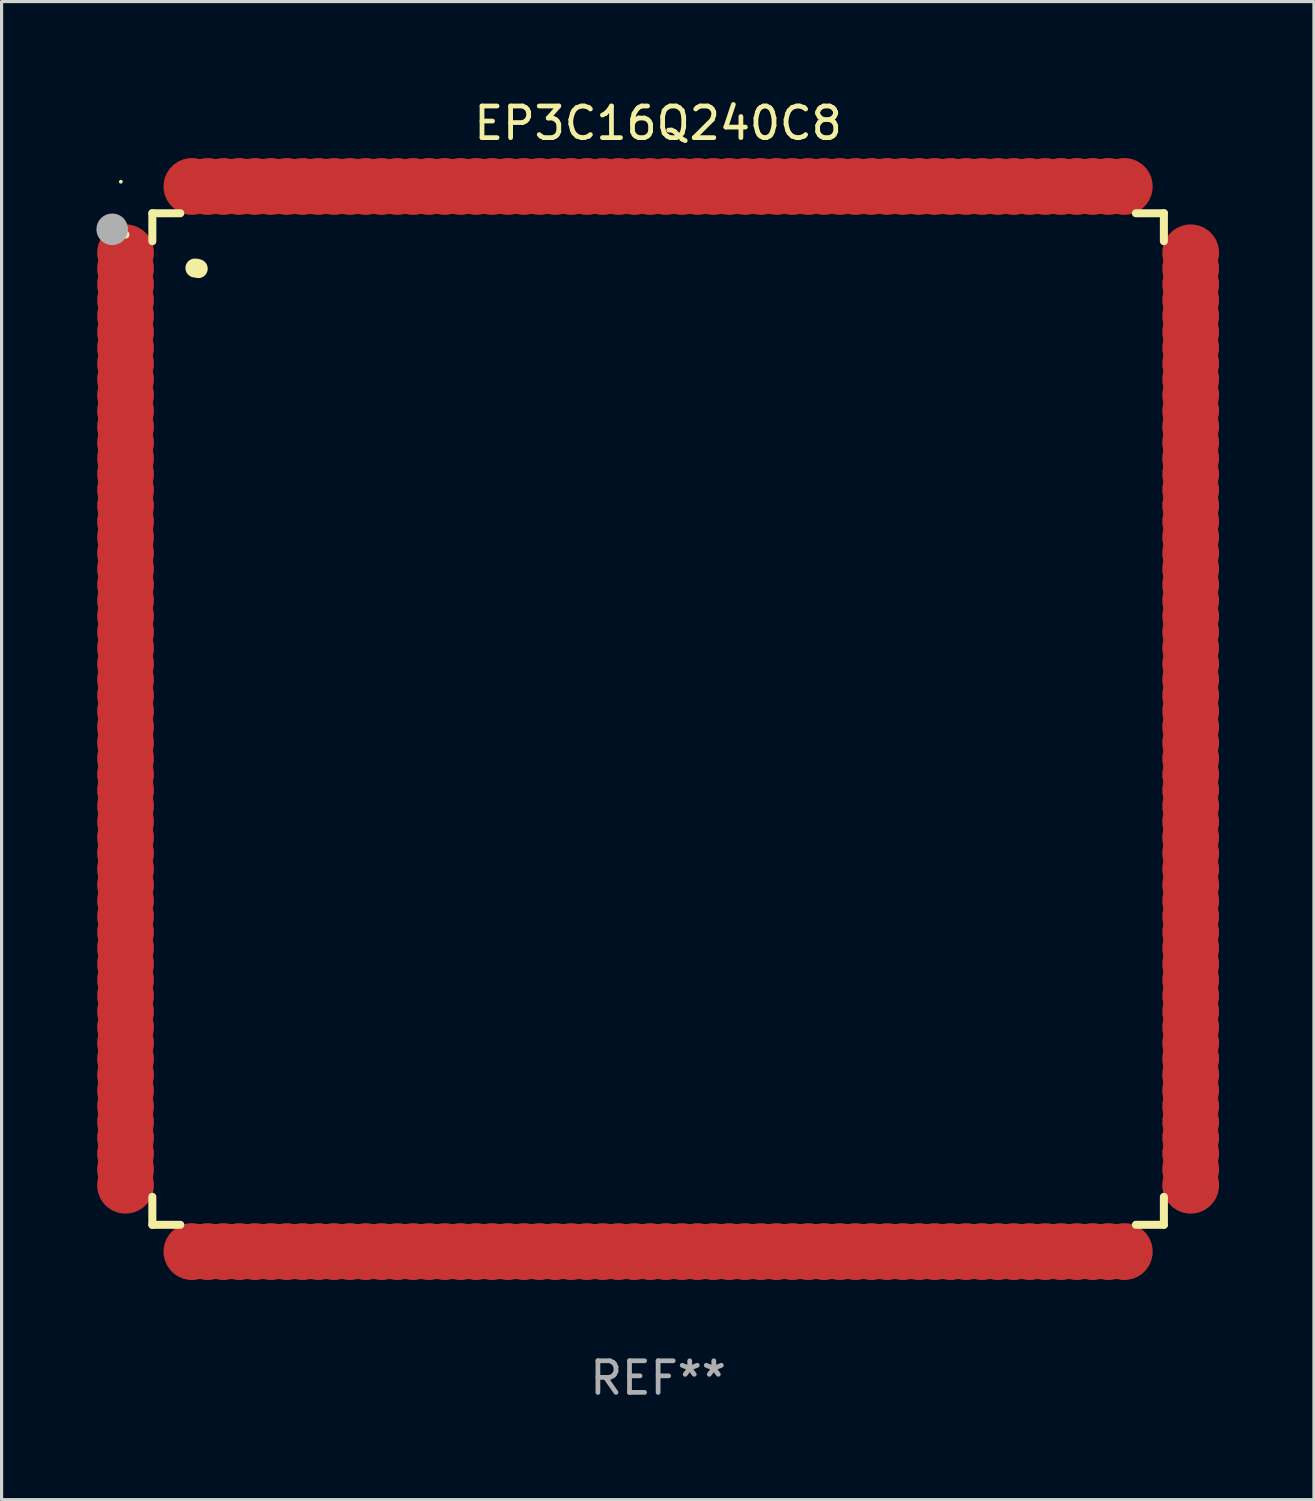
<source format=kicad_pcb>
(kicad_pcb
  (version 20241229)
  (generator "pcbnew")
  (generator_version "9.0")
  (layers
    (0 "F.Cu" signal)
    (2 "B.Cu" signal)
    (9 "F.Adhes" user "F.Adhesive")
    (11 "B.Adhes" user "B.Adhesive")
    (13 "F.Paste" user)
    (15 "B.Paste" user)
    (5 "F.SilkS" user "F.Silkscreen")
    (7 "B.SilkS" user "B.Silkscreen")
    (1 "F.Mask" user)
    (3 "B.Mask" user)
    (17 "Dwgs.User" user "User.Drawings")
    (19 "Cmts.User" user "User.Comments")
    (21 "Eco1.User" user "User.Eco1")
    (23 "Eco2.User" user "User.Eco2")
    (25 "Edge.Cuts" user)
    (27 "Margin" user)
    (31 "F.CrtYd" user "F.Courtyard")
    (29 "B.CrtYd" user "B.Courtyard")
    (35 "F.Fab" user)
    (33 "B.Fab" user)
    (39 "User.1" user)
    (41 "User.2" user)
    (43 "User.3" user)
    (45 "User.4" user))
  (footprint "EP3C16Q240C8"
    (layer "F.Cu")
    (at 17.772 19.699)
    (property "Reference" "EP3C16Q240C8" (at 0 -18.85 0) (layer "F.SilkS") (effects (font (size 1 1) (thickness 0.15))))
    (attr through_hole)
    (fp_line (start -16.002 -16.002) (end -15.118 -16.002) (stroke (width 0.254) (type solid)) (layer "F.SilkS"))
    (fp_line (start -16.002 -15.117) (end -16.002 -16.002) (stroke (width 0.254) (type solid)) (layer "F.SilkS"))
    (fp_line (start -16.002 16.002) (end -16.002 15.117) (stroke (width 0.254) (type solid)) (layer "F.SilkS"))
    (fp_line (start -15.118 16.002) (end -16.002 16.002) (stroke (width 0.254) (type solid)) (layer "F.SilkS"))
    (fp_line (start 15.117 -16.002) (end 16.002 -16.002) (stroke (width 0.254) (type solid)) (layer "F.SilkS"))
    (fp_line (start 16.002 -16.002) (end 16.002 -15.117) (stroke (width 0.254) (type solid)) (layer "F.SilkS"))
    (fp_line (start 16.002 15.118) (end 16.002 16.002) (stroke (width 0.254) (type solid)) (layer "F.SilkS"))
    (fp_line (start 16.002 16.002) (end 15.117 16.002) (stroke (width 0.254) (type solid)) (layer "F.SilkS"))
    (fp_arc (start -16.932207 -15.355321) (mid -16.888565 -15.347454) (end -16.850419 -15.324841) (stroke (width 0.249936) (type solid)) (layer "F.SilkS"))
    (fp_arc (start -14.655347 -14.268707) (mid -14.602053 -14.264012) (end -14.550445 -14.249911) (stroke (width 0.599949) (type solid)) (layer "F.SilkS"))
    (fp_circle (center -17 -17) (end -16.97 -17) (stroke (width 0.06) (type solid)) (fill no) (layer "F.SilkS"))
    (fp_circle (center -17.272 -15.494) (end -17.022 -15.494) (stroke (width 0.5) (type solid)) (fill no) (layer "F.Fab"))
    (fp_text user "REF**" (at 0 20.85 0) (layer "F.Fab") (effects (font (size 1 1) (thickness 0.15))))
    (pad "1" smd custom (at -16.85 -14.75 90) (size 1.8 0.3) (layers "F.Cu" "F.Mask" "F.Paste") (options (anchor circle)) (primitives (gr_poly (pts (xy 0.749 -0.15) (xy 0.795 -0.142) (xy 0.838 -0.122) (xy 0.871 -0.089) (xy 0.892 -0.046) (xy 0.899 0.000025) (xy 0.892 0.046) (xy 0.871 0.089) (xy 0.838 0.122) (xy 0.795 0.142) (xy 0.749 0.15) (xy -0.749 0.15) (xy -0.798 0.142) (xy -0.838 0.122) (xy -0.871 0.089) (xy -0.892 0.046) (xy -0.899 0.000025) (xy -0.892 -0.046) (xy -0.871 -0.089) (xy -0.838 -0.122) (xy -0.798 -0.142) (xy -0.749 -0.15)) (width 0) (fill yes))))
    (pad "2" smd custom (at -16.85 -14.249 90) (size 1.8 0.3) (layers "F.Cu" "F.Mask" "F.Paste") (options (anchor circle)) (primitives (gr_poly (pts (xy 0.749 -0.15) (xy 0.795 -0.142) (xy 0.838 -0.122) (xy 0.871 -0.089) (xy 0.892 -0.046) (xy 0.899 0.000025) (xy 0.892 0.046) (xy 0.871 0.089) (xy 0.838 0.122) (xy 0.795 0.142) (xy 0.749 0.15) (xy -0.749 0.15) (xy -0.798 0.142) (xy -0.838 0.122) (xy -0.871 0.089) (xy -0.892 0.046) (xy -0.899 0.000025) (xy -0.892 -0.046) (xy -0.871 -0.089) (xy -0.838 -0.122) (xy -0.798 -0.142) (xy -0.749 -0.15)) (width 0) (fill yes))))
    (pad "3" smd custom (at -16.85 -13.749 90) (size 1.8 0.3) (layers "F.Cu" "F.Mask" "F.Paste") (options (anchor circle)) (primitives (gr_poly (pts (xy 0.749 -0.15) (xy 0.795 -0.142) (xy 0.838 -0.122) (xy 0.871 -0.089) (xy 0.892 -0.046) (xy 0.899 0.000025) (xy 0.892 0.046) (xy 0.871 0.086) (xy 0.838 0.122) (xy 0.795 0.142) (xy 0.749 0.15) (xy -0.749 0.15) (xy -0.798 0.142) (xy -0.838 0.122) (xy -0.871 0.086) (xy -0.892 0.046) (xy -0.899 0.000025) (xy -0.892 -0.046) (xy -0.871 -0.089) (xy -0.838 -0.122) (xy -0.798 -0.142) (xy -0.749 -0.15)) (width 0) (fill yes))))
    (pad "4" smd custom (at -16.85 -13.249 90) (size 1.8 0.3) (layers "F.Cu" "F.Mask" "F.Paste") (options (anchor circle)) (primitives (gr_poly (pts (xy 0.749 -0.15) (xy 0.795 -0.145) (xy 0.838 -0.122) (xy 0.871 -0.089) (xy 0.892 -0.048) (xy 0.899 0.000025) (xy 0.892 0.046) (xy 0.871 0.086) (xy 0.838 0.119) (xy 0.795 0.142) (xy 0.749 0.15) (xy -0.749 0.15) (xy -0.798 0.142) (xy -0.838 0.119) (xy -0.871 0.086) (xy -0.892 0.046) (xy -0.899 0.000025) (xy -0.892 -0.048) (xy -0.871 -0.089) (xy -0.838 -0.122) (xy -0.798 -0.145) (xy -0.749 -0.15)) (width 0) (fill yes))))
    (pad "5" smd custom (at -16.85 -12.751 90) (size 1.8 0.3) (layers "F.Cu" "F.Mask" "F.Paste") (options (anchor circle)) (primitives (gr_poly (pts (xy 0.749 -0.15) (xy 0.795 -0.142) (xy 0.838 -0.119) (xy 0.871 -0.086) (xy 0.892 -0.046) (xy 0.899 0.000025) (xy 0.892 0.048) (xy 0.871 0.089) (xy 0.838 0.122) (xy 0.795 0.145) (xy 0.749 0.152) (xy -0.749 0.152) (xy -0.798 0.145) (xy -0.838 0.122) (xy -0.871 0.089) (xy -0.892 0.048) (xy -0.899 0.000025) (xy -0.892 -0.046) (xy -0.871 -0.086) (xy -0.838 -0.119) (xy -0.798 -0.142) (xy -0.749 -0.15)) (width 0) (fill yes))))
    (pad "6" smd custom (at -16.85 -12.25 90) (size 1.8 0.3) (layers "F.Cu" "F.Mask" "F.Paste") (options (anchor circle)) (primitives (gr_poly (pts (xy 0.749 -0.15) (xy 0.795 -0.142) (xy 0.838 -0.119) (xy 0.871 -0.086) (xy 0.892 -0.046) (xy 0.899 0.000025) (xy 0.892 0.048) (xy 0.871 0.089) (xy 0.838 0.122) (xy 0.795 0.142) (xy 0.749 0.15) (xy -0.749 0.15) (xy -0.798 0.142) (xy -0.838 0.122) (xy -0.871 0.089) (xy -0.892 0.048) (xy -0.899 0.000025) (xy -0.892 -0.046) (xy -0.871 -0.086) (xy -0.838 -0.119) (xy -0.798 -0.142) (xy -0.749 -0.15)) (width 0) (fill yes))))
    (pad "7" smd custom (at -16.85 -11.75 90) (size 1.8 0.3) (layers "F.Cu" "F.Mask" "F.Paste") (options (anchor circle)) (primitives (gr_poly (pts (xy 0.749 -0.15) (xy 0.795 -0.142) (xy 0.838 -0.122) (xy 0.871 -0.089) (xy 0.892 -0.046) (xy 0.899 0.000025) (xy 0.892 0.046) (xy 0.871 0.089) (xy 0.838 0.122) (xy 0.795 0.142) (xy 0.749 0.15) (xy -0.749 0.15) (xy -0.798 0.142) (xy -0.838 0.122) (xy -0.871 0.089) (xy -0.892 0.046) (xy -0.899 0.000025) (xy -0.892 -0.046) (xy -0.871 -0.089) (xy -0.838 -0.122) (xy -0.798 -0.142) (xy -0.749 -0.15)) (width 0) (fill yes))))
    (pad "8" smd custom (at -16.85 -11.25 90) (size 1.8 0.3) (layers "F.Cu" "F.Mask" "F.Paste") (options (anchor circle)) (primitives (gr_poly (pts (xy 0.749 -0.15) (xy 0.795 -0.142) (xy 0.838 -0.122) (xy 0.871 -0.089) (xy 0.892 -0.046) (xy 0.899 0.000025) (xy 0.892 0.046) (xy 0.871 0.089) (xy 0.838 0.122) (xy 0.795 0.142) (xy 0.749 0.15) (xy -0.749 0.15) (xy -0.798 0.142) (xy -0.838 0.122) (xy -0.871 0.089) (xy -0.892 0.046) (xy -0.899 0.000025) (xy -0.892 -0.046) (xy -0.871 -0.089) (xy -0.838 -0.122) (xy -0.798 -0.142) (xy -0.749 -0.15)) (width 0) (fill yes))))
    (pad "9" smd custom (at -16.85 -10.749 90) (size 1.8 0.3) (layers "F.Cu" "F.Mask" "F.Paste") (options (anchor circle)) (primitives (gr_poly (pts (xy 0.749 -0.15) (xy 0.795 -0.142) (xy 0.838 -0.122) (xy 0.871 -0.089) (xy 0.892 -0.046) (xy 0.899 0.000025) (xy 0.892 0.046) (xy 0.871 0.089) (xy 0.838 0.122) (xy 0.795 0.142) (xy 0.749 0.15) (xy -0.749 0.15) (xy -0.798 0.142) (xy -0.838 0.122) (xy -0.871 0.089) (xy -0.892 0.046) (xy -0.899 0.000025) (xy -0.892 -0.046) (xy -0.871 -0.089) (xy -0.838 -0.122) (xy -0.798 -0.142) (xy -0.749 -0.15)) (width 0) (fill yes))))
    (pad "10" smd custom (at -16.85 -10.249 90) (size 1.8 0.3) (layers "F.Cu" "F.Mask" "F.Paste") (options (anchor circle)) (primitives (gr_poly (pts (xy 0.749 -0.15) (xy 0.795 -0.142) (xy 0.838 -0.122) (xy 0.871 -0.089) (xy 0.892 -0.048) (xy 0.899 0.000025) (xy 0.892 0.046) (xy 0.871 0.086) (xy 0.838 0.119) (xy 0.795 0.142) (xy 0.749 0.15) (xy -0.749 0.15) (xy -0.798 0.142) (xy -0.838 0.119) (xy -0.871 0.086) (xy -0.892 0.046) (xy -0.899 0.000025) (xy -0.892 -0.048) (xy -0.871 -0.089) (xy -0.838 -0.122) (xy -0.798 -0.142) (xy -0.749 -0.15)) (width 0) (fill yes))))
    (pad "11" smd custom (at -16.85 -9.749 90) (size 1.8 0.3) (layers "F.Cu" "F.Mask" "F.Paste") (options (anchor circle)) (primitives (gr_poly (pts (xy 0.749 -0.152) (xy 0.795 -0.145) (xy 0.838 -0.122) (xy 0.871 -0.089) (xy 0.892 -0.048) (xy 0.899 0.000025) (xy 0.892 0.046) (xy 0.871 0.086) (xy 0.838 0.119) (xy 0.795 0.142) (xy 0.749 0.15) (xy -0.749 0.15) (xy -0.798 0.142) (xy -0.838 0.119) (xy -0.871 0.086) (xy -0.892 0.046) (xy -0.899 0.000025) (xy -0.892 -0.048) (xy -0.871 -0.089) (xy -0.838 -0.122) (xy -0.798 -0.145) (xy -0.749 -0.152)) (width 0) (fill yes))))
    (pad "12" smd custom (at -16.85 -9.251 90) (size 1.8 0.3) (layers "F.Cu" "F.Mask" "F.Paste") (options (anchor circle)) (primitives (gr_poly (pts (xy 0.749 -0.15) (xy 0.795 -0.142) (xy 0.838 -0.119) (xy 0.871 -0.086) (xy 0.892 -0.046) (xy 0.899 0.000025) (xy 0.892 0.048) (xy 0.871 0.089) (xy 0.838 0.122) (xy 0.795 0.145) (xy 0.749 0.15) (xy -0.749 0.15) (xy -0.798 0.145) (xy -0.838 0.122) (xy -0.871 0.089) (xy -0.892 0.048) (xy -0.899 0.000025) (xy -0.892 -0.046) (xy -0.871 -0.086) (xy -0.838 -0.119) (xy -0.798 -0.142) (xy -0.749 -0.15)) (width 0) (fill yes))))
    (pad "13" smd custom (at -16.85 -8.75 90) (size 1.8 0.3) (layers "F.Cu" "F.Mask" "F.Paste") (options (anchor circle)) (primitives (gr_poly (pts (xy 0.749 -0.15) (xy 0.795 -0.142) (xy 0.838 -0.122) (xy 0.871 -0.086) (xy 0.892 -0.046) (xy 0.899 0.000025) (xy 0.892 0.048) (xy 0.871 0.089) (xy 0.838 0.122) (xy 0.795 0.142) (xy 0.749 0.15) (xy -0.749 0.15) (xy -0.798 0.142) (xy -0.838 0.122) (xy -0.871 0.089) (xy -0.892 0.048) (xy -0.899 0.000025) (xy -0.892 -0.046) (xy -0.871 -0.086) (xy -0.838 -0.122) (xy -0.798 -0.142) (xy -0.749 -0.15)) (width 0) (fill yes))))
    (pad "14" smd custom (at -16.85 -8.25 90) (size 1.8 0.3) (layers "F.Cu" "F.Mask" "F.Paste") (options (anchor circle)) (primitives (gr_poly (pts (xy 0.749 -0.15) (xy 0.795 -0.142) (xy 0.838 -0.122) (xy 0.871 -0.089) (xy 0.892 -0.046) (xy 0.899 0.000025) (xy 0.892 0.046) (xy 0.871 0.089) (xy 0.838 0.122) (xy 0.795 0.142) (xy 0.749 0.15) (xy -0.749 0.15) (xy -0.798 0.142) (xy -0.838 0.122) (xy -0.871 0.089) (xy -0.892 0.046) (xy -0.899 0.000025) (xy -0.892 -0.046) (xy -0.871 -0.089) (xy -0.838 -0.122) (xy -0.798 -0.142) (xy -0.749 -0.15)) (width 0) (fill yes))))
    (pad "15" smd custom (at -16.85 -7.75 90) (size 1.8 0.3) (layers "F.Cu" "F.Mask" "F.Paste") (options (anchor circle)) (primitives (gr_poly (pts (xy 0.749 -0.15) (xy 0.795 -0.142) (xy 0.838 -0.122) (xy 0.871 -0.089) (xy 0.892 -0.046) (xy 0.899 0.000025) (xy 0.892 0.046) (xy 0.871 0.089) (xy 0.838 0.122) (xy 0.795 0.142) (xy 0.749 0.15) (xy -0.749 0.15) (xy -0.798 0.142) (xy -0.838 0.122) (xy -0.871 0.089) (xy -0.892 0.046) (xy -0.899 0.000025) (xy -0.892 -0.046) (xy -0.871 -0.089) (xy -0.838 -0.122) (xy -0.798 -0.142) (xy -0.749 -0.15)) (width 0) (fill yes))))
    (pad "16" smd custom (at -16.85 -7.249 90) (size 1.8 0.3) (layers "F.Cu" "F.Mask" "F.Paste") (options (anchor circle)) (primitives (gr_poly (pts (xy 0.749 -0.15) (xy 0.795 -0.142) (xy 0.838 -0.122) (xy 0.871 -0.089) (xy 0.892 -0.046) (xy 0.899 0.000025) (xy 0.892 0.046) (xy 0.871 0.089) (xy 0.838 0.122) (xy 0.795 0.142) (xy 0.749 0.15) (xy -0.749 0.15) (xy -0.798 0.142) (xy -0.838 0.122) (xy -0.871 0.089) (xy -0.892 0.046) (xy -0.899 0.000025) (xy -0.892 -0.046) (xy -0.871 -0.089) (xy -0.838 -0.122) (xy -0.798 -0.142) (xy -0.749 -0.15)) (width 0) (fill yes))))
    (pad "17" smd custom (at -16.85 -6.749 90) (size 1.8 0.3) (layers "F.Cu" "F.Mask" "F.Paste") (options (anchor circle)) (primitives (gr_poly (pts (xy 0.749 -0.15) (xy 0.795 -0.145) (xy 0.838 -0.122) (xy 0.871 -0.089) (xy 0.892 -0.048) (xy 0.899 0.000025) (xy 0.892 0.046) (xy 0.871 0.086) (xy 0.838 0.119) (xy 0.795 0.142) (xy 0.749 0.15) (xy -0.749 0.15) (xy -0.798 0.142) (xy -0.838 0.119) (xy -0.871 0.086) (xy -0.892 0.046) (xy -0.899 0.000025) (xy -0.892 -0.048) (xy -0.871 -0.089) (xy -0.838 -0.122) (xy -0.798 -0.145) (xy -0.749 -0.15)) (width 0) (fill yes))))
    (pad "18" smd custom (at -16.85 -6.248 90) (size 1.8 0.3) (layers "F.Cu" "F.Mask" "F.Paste") (options (anchor circle)) (primitives (gr_poly (pts (xy 0.749 -0.152) (xy 0.795 -0.145) (xy 0.838 -0.122) (xy 0.871 -0.089) (xy 0.892 -0.048) (xy 0.899 0.000025) (xy 0.892 0.046) (xy 0.871 0.086) (xy 0.838 0.119) (xy 0.795 0.142) (xy 0.749 0.15) (xy -0.749 0.15) (xy -0.798 0.142) (xy -0.838 0.119) (xy -0.871 0.086) (xy -0.892 0.046) (xy -0.899 0.000025) (xy -0.892 -0.048) (xy -0.871 -0.089) (xy -0.838 -0.122) (xy -0.798 -0.145) (xy -0.749 -0.152)) (width 0) (fill yes))))
    (pad "19" smd custom (at -16.85 -5.751 90) (size 1.8 0.3) (layers "F.Cu" "F.Mask" "F.Paste") (options (anchor circle)) (primitives (gr_poly (pts (xy 0.749 -0.15) (xy 0.795 -0.142) (xy 0.838 -0.119) (xy 0.871 -0.086) (xy 0.892 -0.046) (xy 0.899 0.000025) (xy 0.892 0.048) (xy 0.871 0.089) (xy 0.838 0.122) (xy 0.795 0.145) (xy 0.749 0.15) (xy -0.749 0.15) (xy -0.798 0.145) (xy -0.838 0.122) (xy -0.871 0.089) (xy -0.892 0.048) (xy -0.899 0.000025) (xy -0.892 -0.046) (xy -0.871 -0.086) (xy -0.838 -0.119) (xy -0.798 -0.142) (xy -0.749 -0.15)) (width 0) (fill yes))))
    (pad "20" smd custom (at -16.85 -5.25 90) (size 1.8 0.3) (layers "F.Cu" "F.Mask" "F.Paste") (options (anchor circle)) (primitives (gr_poly (pts (xy 0.749 -0.15) (xy 0.795 -0.142) (xy 0.838 -0.122) (xy 0.871 -0.089) (xy 0.892 -0.046) (xy 0.899 0.000025) (xy 0.892 0.046) (xy 0.871 0.089) (xy 0.838 0.122) (xy 0.795 0.142) (xy 0.749 0.15) (xy -0.749 0.15) (xy -0.798 0.142) (xy -0.838 0.122) (xy -0.871 0.089) (xy -0.892 0.046) (xy -0.899 0.000025) (xy -0.892 -0.046) (xy -0.871 -0.089) (xy -0.838 -0.122) (xy -0.798 -0.142) (xy -0.749 -0.15)) (width 0) (fill yes))))
    (pad "21" smd custom (at -16.85 -4.75 90) (size 1.8 0.3) (layers "F.Cu" "F.Mask" "F.Paste") (options (anchor circle)) (primitives (gr_poly (pts (xy 0.749 -0.15) (xy 0.795 -0.142) (xy 0.838 -0.122) (xy 0.871 -0.089) (xy 0.892 -0.046) (xy 0.899 0.000025) (xy 0.892 0.046) (xy 0.871 0.089) (xy 0.838 0.122) (xy 0.795 0.142) (xy 0.749 0.15) (xy -0.749 0.15) (xy -0.798 0.142) (xy -0.838 0.122) (xy -0.871 0.089) (xy -0.892 0.046) (xy -0.899 0.000025) (xy -0.892 -0.046) (xy -0.871 -0.089) (xy -0.838 -0.122) (xy -0.798 -0.142) (xy -0.749 -0.15)) (width 0) (fill yes))))
    (pad "22" smd custom (at -16.85 -4.249 90) (size 1.8 0.3) (layers "F.Cu" "F.Mask" "F.Paste") (options (anchor circle)) (primitives (gr_poly (pts (xy 0.749 -0.15) (xy 0.795 -0.142) (xy 0.838 -0.122) (xy 0.871 -0.089) (xy 0.892 -0.046) (xy 0.899 0.000025) (xy 0.892 0.046) (xy 0.871 0.089) (xy 0.838 0.122) (xy 0.795 0.142) (xy 0.749 0.15) (xy -0.749 0.15) (xy -0.798 0.142) (xy -0.838 0.122) (xy -0.871 0.089) (xy -0.892 0.046) (xy -0.899 0.000025) (xy -0.892 -0.046) (xy -0.871 -0.089) (xy -0.838 -0.122) (xy -0.798 -0.142) (xy -0.749 -0.15)) (width 0) (fill yes))))
    (pad "23" smd custom (at -16.85 -3.749 90) (size 1.8 0.3) (layers "F.Cu" "F.Mask" "F.Paste") (options (anchor circle)) (primitives (gr_poly (pts (xy 0.749 -0.15) (xy 0.795 -0.142) (xy 0.838 -0.122) (xy 0.871 -0.089) (xy 0.892 -0.046) (xy 0.899 0.000025) (xy 0.892 0.046) (xy 0.871 0.086) (xy 0.838 0.122) (xy 0.795 0.142) (xy 0.749 0.15) (xy -0.749 0.15) (xy -0.798 0.142) (xy -0.838 0.122) (xy -0.871 0.086) (xy -0.892 0.046) (xy -0.899 0.000025) (xy -0.892 -0.046) (xy -0.871 -0.089) (xy -0.838 -0.122) (xy -0.798 -0.142) (xy -0.749 -0.15)) (width 0) (fill yes))))
    (pad "24" smd custom (at -16.85 -3.249 90) (size 1.8 0.3) (layers "F.Cu" "F.Mask" "F.Paste") (options (anchor circle)) (primitives (gr_poly (pts (xy 0.749 -0.15) (xy 0.795 -0.145) (xy 0.838 -0.122) (xy 0.871 -0.089) (xy 0.892 -0.048) (xy 0.899 0.000025) (xy 0.892 0.046) (xy 0.871 0.086) (xy 0.838 0.119) (xy 0.795 0.142) (xy 0.749 0.15) (xy -0.749 0.15) (xy -0.798 0.142) (xy -0.838 0.119) (xy -0.871 0.086) (xy -0.892 0.046) (xy -0.899 0.000025) (xy -0.892 -0.048) (xy -0.871 -0.089) (xy -0.838 -0.122) (xy -0.798 -0.145) (xy -0.749 -0.15)) (width 0) (fill yes))))
    (pad "25" smd custom (at -16.85 -2.751 90) (size 1.8 0.3) (layers "F.Cu" "F.Mask" "F.Paste") (options (anchor circle)) (primitives (gr_poly (pts (xy 0.749 -0.15) (xy 0.795 -0.142) (xy 0.838 -0.119) (xy 0.871 -0.086) (xy 0.892 -0.046) (xy 0.899 0.000025) (xy 0.892 0.048) (xy 0.871 0.089) (xy 0.838 0.122) (xy 0.795 0.145) (xy 0.749 0.152) (xy -0.749 0.152) (xy -0.798 0.145) (xy -0.838 0.122) (xy -0.871 0.089) (xy -0.892 0.048) (xy -0.899 0.000025) (xy -0.892 -0.046) (xy -0.871 -0.086) (xy -0.838 -0.119) (xy -0.798 -0.142) (xy -0.749 -0.15)) (width 0) (fill yes))))
    (pad "26" smd custom (at -16.85 -2.25 90) (size 1.8 0.3) (layers "F.Cu" "F.Mask" "F.Paste") (options (anchor circle)) (primitives (gr_poly (pts (xy 0.749 -0.15) (xy 0.795 -0.142) (xy 0.838 -0.119) (xy 0.871 -0.086) (xy 0.892 -0.046) (xy 0.899 0.000025) (xy 0.892 0.048) (xy 0.871 0.089) (xy 0.838 0.122) (xy 0.795 0.142) (xy 0.749 0.15) (xy -0.749 0.15) (xy -0.798 0.142) (xy -0.838 0.122) (xy -0.871 0.089) (xy -0.892 0.048) (xy -0.899 0.000025) (xy -0.892 -0.046) (xy -0.871 -0.086) (xy -0.838 -0.119) (xy -0.798 -0.142) (xy -0.749 -0.15)) (width 0) (fill yes))))
    (pad "27" smd custom (at -16.85 -1.75 90) (size 1.8 0.3) (layers "F.Cu" "F.Mask" "F.Paste") (options (anchor circle)) (primitives (gr_poly (pts (xy 0.749 -0.15) (xy 0.795 -0.142) (xy 0.838 -0.122) (xy 0.871 -0.089) (xy 0.892 -0.046) (xy 0.899 0.000025) (xy 0.892 0.046) (xy 0.871 0.089) (xy 0.838 0.122) (xy 0.795 0.142) (xy 0.749 0.15) (xy -0.749 0.15) (xy -0.798 0.142) (xy -0.838 0.122) (xy -0.871 0.089) (xy -0.892 0.046) (xy -0.899 0.000025) (xy -0.892 -0.046) (xy -0.871 -0.089) (xy -0.838 -0.122) (xy -0.798 -0.142) (xy -0.749 -0.15)) (width 0) (fill yes))))
    (pad "28" smd custom (at -16.85 -1.25 90) (size 1.8 0.3) (layers "F.Cu" "F.Mask" "F.Paste") (options (anchor circle)) (primitives (gr_poly (pts (xy 0.749 -0.15) (xy 0.795 -0.142) (xy 0.838 -0.122) (xy 0.871 -0.089) (xy 0.892 -0.046) (xy 0.899 0.000025) (xy 0.892 0.046) (xy 0.871 0.089) (xy 0.838 0.122) (xy 0.795 0.142) (xy 0.749 0.15) (xy -0.749 0.15) (xy -0.798 0.142) (xy -0.838 0.122) (xy -0.871 0.089) (xy -0.892 0.046) (xy -0.899 0.000025) (xy -0.892 -0.046) (xy -0.871 -0.089) (xy -0.838 -0.122) (xy -0.798 -0.142) (xy -0.749 -0.15)) (width 0) (fill yes))))
    (pad "29" smd custom (at -16.85 -0.749 90) (size 1.8 0.3) (layers "F.Cu" "F.Mask" "F.Paste") (options (anchor circle)) (primitives (gr_poly (pts (xy 0.749 -0.15) (xy 0.795 -0.142) (xy 0.838 -0.122) (xy 0.871 -0.089) (xy 0.892 -0.046) (xy 0.899 0.000025) (xy 0.892 0.046) (xy 0.871 0.089) (xy 0.838 0.122) (xy 0.795 0.142) (xy 0.749 0.15) (xy -0.749 0.15) (xy -0.798 0.142) (xy -0.838 0.122) (xy -0.871 0.089) (xy -0.892 0.046) (xy -0.899 0.000025) (xy -0.892 -0.046) (xy -0.871 -0.089) (xy -0.838 -0.122) (xy -0.798 -0.142) (xy -0.749 -0.15)) (width 0) (fill yes))))
    (pad "30" smd custom (at -16.85 -0.249 90) (size 1.8 0.3) (layers "F.Cu" "F.Mask" "F.Paste") (options (anchor circle)) (primitives (gr_poly (pts (xy 0.749 -0.15) (xy 0.795 -0.142) (xy 0.838 -0.122) (xy 0.871 -0.089) (xy 0.892 -0.048) (xy 0.899 0.000025) (xy 0.892 0.046) (xy 0.871 0.086) (xy 0.838 0.119) (xy 0.795 0.142) (xy 0.749 0.15) (xy -0.749 0.15) (xy -0.798 0.142) (xy -0.838 0.119) (xy -0.871 0.086) (xy -0.892 0.046) (xy -0.899 0.000025) (xy -0.892 -0.048) (xy -0.871 -0.089) (xy -0.838 -0.122) (xy -0.798 -0.142) (xy -0.749 -0.15)) (width 0) (fill yes))))
    (pad "31" smd custom (at -16.85 0.251 90) (size 1.8 0.3) (layers "F.Cu" "F.Mask" "F.Paste") (options (anchor circle)) (primitives (gr_poly (pts (xy 0.749 -0.15) (xy 0.795 -0.145) (xy 0.838 -0.122) (xy 0.871 -0.089) (xy 0.892 -0.048) (xy 0.899 0.000025) (xy 0.892 0.046) (xy 0.871 0.086) (xy 0.838 0.119) (xy 0.795 0.142) (xy 0.749 0.15) (xy -0.749 0.15) (xy -0.798 0.142) (xy -0.838 0.119) (xy -0.871 0.086) (xy -0.892 0.046) (xy -0.899 0.000025) (xy -0.892 -0.048) (xy -0.871 -0.089) (xy -0.838 -0.122) (xy -0.798 -0.145) (xy -0.749 -0.15)) (width 0) (fill yes))))
    (pad "32" smd custom (at -16.85 0.749 90) (size 1.8 0.3) (layers "F.Cu" "F.Mask" "F.Paste") (options (anchor circle)) (primitives (gr_poly (pts (xy 0.749 -0.15) (xy 0.795 -0.142) (xy 0.838 -0.119) (xy 0.871 -0.086) (xy 0.892 -0.046) (xy 0.899 0.000025) (xy 0.892 0.048) (xy 0.871 0.089) (xy 0.838 0.122) (xy 0.795 0.145) (xy 0.749 0.15) (xy -0.749 0.15) (xy -0.798 0.145) (xy -0.838 0.122) (xy -0.871 0.089) (xy -0.892 0.048) (xy -0.899 0.000025) (xy -0.892 -0.046) (xy -0.871 -0.086) (xy -0.838 -0.119) (xy -0.798 -0.142) (xy -0.749 -0.15)) (width 0) (fill yes))))
    (pad "33" smd custom (at -16.85 1.25 90) (size 1.8 0.3) (layers "F.Cu" "F.Mask" "F.Paste") (options (anchor circle)) (primitives (gr_poly (pts (xy 0.749 -0.15) (xy 0.795 -0.142) (xy 0.838 -0.122) (xy 0.871 -0.086) (xy 0.892 -0.046) (xy 0.899 0.000025) (xy 0.892 0.048) (xy 0.871 0.089) (xy 0.838 0.122) (xy 0.795 0.142) (xy 0.749 0.15) (xy -0.749 0.15) (xy -0.798 0.142) (xy -0.838 0.122) (xy -0.871 0.089) (xy -0.892 0.048) (xy -0.899 0.000025) (xy -0.892 -0.046) (xy -0.871 -0.086) (xy -0.838 -0.122) (xy -0.798 -0.142) (xy -0.749 -0.15)) (width 0) (fill yes))))
    (pad "34" smd custom (at -16.85 1.75 90) (size 1.8 0.3) (layers "F.Cu" "F.Mask" "F.Paste") (options (anchor circle)) (primitives (gr_poly (pts (xy 0.749 -0.15) (xy 0.795 -0.142) (xy 0.838 -0.122) (xy 0.871 -0.089) (xy 0.892 -0.046) (xy 0.899 0.000025) (xy 0.892 0.046) (xy 0.871 0.089) (xy 0.838 0.122) (xy 0.795 0.142) (xy 0.749 0.15) (xy -0.749 0.15) (xy -0.798 0.142) (xy -0.838 0.122) (xy -0.871 0.089) (xy -0.892 0.046) (xy -0.899 0.000025) (xy -0.892 -0.046) (xy -0.871 -0.089) (xy -0.838 -0.122) (xy -0.798 -0.142) (xy -0.749 -0.15)) (width 0) (fill yes))))
    (pad "35" smd custom (at -16.85 2.25 90) (size 1.8 0.3) (layers "F.Cu" "F.Mask" "F.Paste") (options (anchor circle)) (primitives (gr_poly (pts (xy 0.749 -0.15) (xy 0.795 -0.142) (xy 0.838 -0.122) (xy 0.871 -0.089) (xy 0.892 -0.046) (xy 0.899 0.000025) (xy 0.892 0.046) (xy 0.871 0.089) (xy 0.838 0.122) (xy 0.795 0.142) (xy 0.749 0.15) (xy -0.749 0.15) (xy -0.798 0.142) (xy -0.838 0.122) (xy -0.871 0.089) (xy -0.892 0.046) (xy -0.899 0.000025) (xy -0.892 -0.046) (xy -0.871 -0.089) (xy -0.838 -0.122) (xy -0.798 -0.142) (xy -0.749 -0.15)) (width 0) (fill yes))))
    (pad "36" smd custom (at -16.85 2.751 90) (size 1.8 0.3) (layers "F.Cu" "F.Mask" "F.Paste") (options (anchor circle)) (primitives (gr_poly (pts (xy 0.749 -0.15) (xy 0.795 -0.142) (xy 0.838 -0.122) (xy 0.871 -0.089) (xy 0.892 -0.046) (xy 0.899 0.000025) (xy 0.892 0.046) (xy 0.871 0.089) (xy 0.838 0.122) (xy 0.795 0.142) (xy 0.749 0.15) (xy -0.749 0.15) (xy -0.798 0.142) (xy -0.838 0.122) (xy -0.871 0.089) (xy -0.892 0.046) (xy -0.899 0.000025) (xy -0.892 -0.046) (xy -0.871 -0.089) (xy -0.838 -0.122) (xy -0.798 -0.142) (xy -0.749 -0.15)) (width 0) (fill yes))))
    (pad "37" smd custom (at -16.85 3.251 90) (size 1.8 0.3) (layers "F.Cu" "F.Mask" "F.Paste") (options (anchor circle)) (primitives (gr_poly (pts (xy 0.749 -0.15) (xy 0.795 -0.145) (xy 0.838 -0.122) (xy 0.871 -0.089) (xy 0.892 -0.048) (xy 0.899 0.000025) (xy 0.892 0.046) (xy 0.871 0.086) (xy 0.838 0.119) (xy 0.795 0.142) (xy 0.749 0.15) (xy -0.749 0.15) (xy -0.798 0.142) (xy -0.838 0.119) (xy -0.871 0.086) (xy -0.892 0.046) (xy -0.899 0.000025) (xy -0.892 -0.048) (xy -0.871 -0.089) (xy -0.838 -0.122) (xy -0.798 -0.145) (xy -0.749 -0.15)) (width 0) (fill yes))))
    (pad "38" smd custom (at -16.85 3.752 90) (size 1.8 0.3) (layers "F.Cu" "F.Mask" "F.Paste") (options (anchor circle)) (primitives (gr_poly (pts (xy 0.749 -0.152) (xy 0.795 -0.145) (xy 0.838 -0.122) (xy 0.871 -0.089) (xy 0.892 -0.048) (xy 0.899 0.000025) (xy 0.892 0.046) (xy 0.871 0.086) (xy 0.838 0.119) (xy 0.795 0.142) (xy 0.749 0.15) (xy -0.749 0.15) (xy -0.798 0.142) (xy -0.838 0.119) (xy -0.871 0.086) (xy -0.892 0.046) (xy -0.899 0.000025) (xy -0.892 -0.048) (xy -0.871 -0.089) (xy -0.838 -0.122) (xy -0.798 -0.145) (xy -0.749 -0.152)) (width 0) (fill yes))))
    (pad "39" smd custom (at -16.85 4.249 90) (size 1.8 0.3) (layers "F.Cu" "F.Mask" "F.Paste") (options (anchor circle)) (primitives (gr_poly (pts (xy 0.749 -0.15) (xy 0.795 -0.142) (xy 0.838 -0.119) (xy 0.871 -0.086) (xy 0.892 -0.046) (xy 0.899 0.000025) (xy 0.892 0.048) (xy 0.871 0.089) (xy 0.838 0.122) (xy 0.795 0.145) (xy 0.749 0.15) (xy -0.749 0.15) (xy -0.798 0.145) (xy -0.838 0.122) (xy -0.871 0.089) (xy -0.892 0.048) (xy -0.899 0.000025) (xy -0.892 -0.046) (xy -0.871 -0.086) (xy -0.838 -0.119) (xy -0.798 -0.142) (xy -0.749 -0.15)) (width 0) (fill yes))))
    (pad "40" smd custom (at -16.85 4.75 90) (size 1.8 0.3) (layers "F.Cu" "F.Mask" "F.Paste") (options (anchor circle)) (primitives (gr_poly (pts (xy 0.749 -0.15) (xy 0.795 -0.142) (xy 0.838 -0.122) (xy 0.871 -0.086) (xy 0.892 -0.046) (xy 0.899 0.000025) (xy 0.892 0.046) (xy 0.871 0.089) (xy 0.838 0.122) (xy 0.795 0.142) (xy 0.749 0.15) (xy -0.749 0.15) (xy -0.798 0.142) (xy -0.838 0.122) (xy -0.871 0.089) (xy -0.892 0.046) (xy -0.899 0.000025) (xy -0.892 -0.046) (xy -0.871 -0.086) (xy -0.838 -0.122) (xy -0.798 -0.142) (xy -0.749 -0.15)) (width 0) (fill yes))))
    (pad "41" smd custom (at -16.85 5.25 90) (size 1.8 0.3) (layers "F.Cu" "F.Mask" "F.Paste") (options (anchor circle)) (primitives (gr_poly (pts (xy 0.749 -0.15) (xy 0.795 -0.142) (xy 0.838 -0.122) (xy 0.871 -0.089) (xy 0.892 -0.046) (xy 0.899 0.000025) (xy 0.892 0.046) (xy 0.871 0.089) (xy 0.838 0.122) (xy 0.795 0.142) (xy 0.749 0.15) (xy -0.749 0.15) (xy -0.798 0.142) (xy -0.838 0.122) (xy -0.871 0.089) (xy -0.892 0.046) (xy -0.899 0.000025) (xy -0.892 -0.046) (xy -0.871 -0.089) (xy -0.838 -0.122) (xy -0.798 -0.142) (xy -0.749 -0.15)) (width 0) (fill yes))))
    (pad "42" smd custom (at -16.85 5.751 90) (size 1.8 0.3) (layers "F.Cu" "F.Mask" "F.Paste") (options (anchor circle)) (primitives (gr_poly (pts (xy 0.749 -0.15) (xy 0.795 -0.142) (xy 0.838 -0.122) (xy 0.871 -0.089) (xy 0.892 -0.046) (xy 0.899 0.000025) (xy 0.892 0.046) (xy 0.871 0.089) (xy 0.838 0.122) (xy 0.795 0.142) (xy 0.749 0.15) (xy -0.749 0.15) (xy -0.798 0.142) (xy -0.838 0.122) (xy -0.871 0.089) (xy -0.892 0.046) (xy -0.899 0.000025) (xy -0.892 -0.046) (xy -0.871 -0.089) (xy -0.838 -0.122) (xy -0.798 -0.142) (xy -0.749 -0.15)) (width 0) (fill yes))))
    (pad "43" smd custom (at -16.85 6.251 90) (size 1.8 0.3) (layers "F.Cu" "F.Mask" "F.Paste") (options (anchor circle)) (primitives (gr_poly (pts (xy 0.749 -0.15) (xy 0.795 -0.142) (xy 0.838 -0.122) (xy 0.871 -0.089) (xy 0.892 -0.046) (xy 0.899 0.000025) (xy 0.892 0.046) (xy 0.871 0.086) (xy 0.838 0.122) (xy 0.795 0.142) (xy 0.749 0.15) (xy -0.749 0.15) (xy -0.798 0.142) (xy -0.838 0.122) (xy -0.871 0.086) (xy -0.892 0.046) (xy -0.899 0.000025) (xy -0.892 -0.046) (xy -0.871 -0.089) (xy -0.838 -0.122) (xy -0.798 -0.142) (xy -0.749 -0.15)) (width 0) (fill yes))))
    (pad "44" smd custom (at -16.85 6.751 90) (size 1.8 0.3) (layers "F.Cu" "F.Mask" "F.Paste") (options (anchor circle)) (primitives (gr_poly (pts (xy 0.749 -0.15) (xy 0.795 -0.145) (xy 0.838 -0.122) (xy 0.871 -0.089) (xy 0.892 -0.048) (xy 0.899 0.000025) (xy 0.892 0.046) (xy 0.871 0.086) (xy 0.838 0.119) (xy 0.795 0.142) (xy 0.749 0.15) (xy -0.749 0.15) (xy -0.798 0.142) (xy -0.838 0.119) (xy -0.871 0.086) (xy -0.892 0.046) (xy -0.899 0.000025) (xy -0.892 -0.048) (xy -0.871 -0.089) (xy -0.838 -0.122) (xy -0.798 -0.145) (xy -0.749 -0.15)) (width 0) (fill yes))))
    (pad "45" smd custom (at -16.85 7.249 90) (size 1.8 0.3) (layers "F.Cu" "F.Mask" "F.Paste") (options (anchor circle)) (primitives (gr_poly (pts (xy 0.749 -0.15) (xy 0.795 -0.142) (xy 0.838 -0.119) (xy 0.871 -0.086) (xy 0.892 -0.046) (xy 0.899 0.000025) (xy 0.892 0.048) (xy 0.871 0.089) (xy 0.838 0.122) (xy 0.795 0.145) (xy 0.749 0.152) (xy -0.749 0.152) (xy -0.798 0.145) (xy -0.838 0.122) (xy -0.871 0.089) (xy -0.892 0.048) (xy -0.899 0.000025) (xy -0.892 -0.046) (xy -0.871 -0.086) (xy -0.838 -0.119) (xy -0.798 -0.142) (xy -0.749 -0.15)) (width 0) (fill yes))))
    (pad "46" smd custom (at -16.85 7.75 90) (size 1.8 0.3) (layers "F.Cu" "F.Mask" "F.Paste") (options (anchor circle)) (primitives (gr_poly (pts (xy 0.749 -0.15) (xy 0.795 -0.142) (xy 0.838 -0.119) (xy 0.871 -0.086) (xy 0.892 -0.046) (xy 0.899 0.000025) (xy 0.892 0.048) (xy 0.871 0.089) (xy 0.838 0.122) (xy 0.795 0.142) (xy 0.749 0.15) (xy -0.749 0.15) (xy -0.798 0.142) (xy -0.838 0.122) (xy -0.871 0.089) (xy -0.892 0.048) (xy -0.899 0.000025) (xy -0.892 -0.046) (xy -0.871 -0.086) (xy -0.838 -0.119) (xy -0.798 -0.142) (xy -0.749 -0.15)) (width 0) (fill yes))))
    (pad "47" smd custom (at -16.85 8.25 90) (size 1.8 0.3) (layers "F.Cu" "F.Mask" "F.Paste") (options (anchor circle)) (primitives (gr_poly (pts (xy 0.749 -0.15) (xy 0.795 -0.142) (xy 0.838 -0.122) (xy 0.871 -0.089) (xy 0.892 -0.046) (xy 0.899 0.000025) (xy 0.892 0.046) (xy 0.871 0.089) (xy 0.838 0.122) (xy 0.795 0.142) (xy 0.749 0.15) (xy -0.749 0.15) (xy -0.798 0.142) (xy -0.838 0.122) (xy -0.871 0.089) (xy -0.892 0.046) (xy -0.899 0.000025) (xy -0.892 -0.046) (xy -0.871 -0.089) (xy -0.838 -0.122) (xy -0.798 -0.142) (xy -0.749 -0.15)) (width 0) (fill yes))))
    (pad "48" smd custom (at -16.85 8.75 90) (size 1.8 0.3) (layers "F.Cu" "F.Mask" "F.Paste") (options (anchor circle)) (primitives (gr_poly (pts (xy 0.749 -0.15) (xy 0.795 -0.142) (xy 0.838 -0.122) (xy 0.871 -0.089) (xy 0.892 -0.046) (xy 0.899 0.000025) (xy 0.892 0.046) (xy 0.871 0.089) (xy 0.838 0.122) (xy 0.795 0.142) (xy 0.749 0.15) (xy -0.749 0.15) (xy -0.798 0.142) (xy -0.838 0.122) (xy -0.871 0.089) (xy -0.892 0.046) (xy -0.899 0.000025) (xy -0.892 -0.046) (xy -0.871 -0.089) (xy -0.838 -0.122) (xy -0.798 -0.142) (xy -0.749 -0.15)) (width 0) (fill yes))))
    (pad "49" smd custom (at -16.85 9.251 90) (size 1.8 0.3) (layers "F.Cu" "F.Mask" "F.Paste") (options (anchor circle)) (primitives (gr_poly (pts (xy 0.749 -0.15) (xy 0.795 -0.142) (xy 0.838 -0.122) (xy 0.871 -0.089) (xy 0.892 -0.046) (xy 0.899 0.000025) (xy 0.892 0.046) (xy 0.871 0.089) (xy 0.838 0.122) (xy 0.795 0.142) (xy 0.749 0.15) (xy -0.749 0.15) (xy -0.798 0.142) (xy -0.838 0.122) (xy -0.871 0.089) (xy -0.892 0.046) (xy -0.899 0.000025) (xy -0.892 -0.046) (xy -0.871 -0.089) (xy -0.838 -0.122) (xy -0.798 -0.142) (xy -0.749 -0.15)) (width 0) (fill yes))))
    (pad "50" smd custom (at -16.85 9.751 90) (size 1.8 0.3) (layers "F.Cu" "F.Mask" "F.Paste") (options (anchor circle)) (primitives (gr_poly (pts (xy 0.749 -0.15) (xy 0.795 -0.142) (xy 0.838 -0.122) (xy 0.871 -0.089) (xy 0.892 -0.048) (xy 0.899 0.000025) (xy 0.892 0.046) (xy 0.871 0.086) (xy 0.838 0.119) (xy 0.795 0.142) (xy 0.749 0.15) (xy -0.749 0.15) (xy -0.798 0.142) (xy -0.838 0.119) (xy -0.871 0.086) (xy -0.892 0.046) (xy -0.899 0.000025) (xy -0.892 -0.048) (xy -0.871 -0.089) (xy -0.838 -0.122) (xy -0.798 -0.142) (xy -0.749 -0.15)) (width 0) (fill yes))))
    (pad "51" smd custom (at -16.85 10.251 90) (size 1.8 0.3) (layers "F.Cu" "F.Mask" "F.Paste") (options (anchor circle)) (primitives (gr_poly (pts (xy 0.749 -0.15) (xy 0.795 -0.145) (xy 0.838 -0.122) (xy 0.871 -0.089) (xy 0.892 -0.048) (xy 0.899 0.000025) (xy 0.892 0.046) (xy 0.871 0.086) (xy 0.838 0.119) (xy 0.795 0.142) (xy 0.749 0.15) (xy -0.749 0.15) (xy -0.798 0.142) (xy -0.838 0.119) (xy -0.871 0.086) (xy -0.892 0.046) (xy -0.899 0.000025) (xy -0.892 -0.048) (xy -0.871 -0.089) (xy -0.838 -0.122) (xy -0.798 -0.145) (xy -0.749 -0.15)) (width 0) (fill yes))))
    (pad "52" smd custom (at -16.85 10.749 90) (size 1.8 0.3) (layers "F.Cu" "F.Mask" "F.Paste") (options (anchor circle)) (primitives (gr_poly (pts (xy 0.749 -0.15) (xy 0.795 -0.142) (xy 0.838 -0.119) (xy 0.871 -0.086) (xy 0.892 -0.046) (xy 0.899 0.000025) (xy 0.892 0.048) (xy 0.871 0.089) (xy 0.838 0.122) (xy 0.795 0.145) (xy 0.749 0.15) (xy -0.749 0.15) (xy -0.798 0.145) (xy -0.838 0.122) (xy -0.871 0.089) (xy -0.892 0.048) (xy -0.899 0.000025) (xy -0.892 -0.046) (xy -0.871 -0.086) (xy -0.838 -0.119) (xy -0.798 -0.142) (xy -0.749 -0.15)) (width 0) (fill yes))))
    (pad "53" smd custom (at -16.85 11.25 90) (size 1.8 0.3) (layers "F.Cu" "F.Mask" "F.Paste") (options (anchor circle)) (primitives (gr_poly (pts (xy 0.749 -0.15) (xy 0.795 -0.142) (xy 0.838 -0.122) (xy 0.871 -0.086) (xy 0.892 -0.046) (xy 0.899 0.000025) (xy 0.892 0.048) (xy 0.871 0.089) (xy 0.838 0.122) (xy 0.795 0.142) (xy 0.749 0.15) (xy -0.749 0.15) (xy -0.798 0.142) (xy -0.838 0.122) (xy -0.871 0.089) (xy -0.892 0.048) (xy -0.899 0.000025) (xy -0.892 -0.046) (xy -0.871 -0.086) (xy -0.838 -0.122) (xy -0.798 -0.142) (xy -0.749 -0.15)) (width 0) (fill yes))))
    (pad "54" smd custom (at -16.85 11.75 90) (size 1.8 0.3) (layers "F.Cu" "F.Mask" "F.Paste") (options (anchor circle)) (primitives (gr_poly (pts (xy 0.749 -0.15) (xy 0.795 -0.142) (xy 0.838 -0.122) (xy 0.871 -0.089) (xy 0.892 -0.046) (xy 0.899 0.000025) (xy 0.892 0.046) (xy 0.871 0.089) (xy 0.838 0.122) (xy 0.795 0.142) (xy 0.749 0.15) (xy -0.749 0.15) (xy -0.798 0.142) (xy -0.838 0.122) (xy -0.871 0.089) (xy -0.892 0.046) (xy -0.899 0.000025) (xy -0.892 -0.046) (xy -0.871 -0.089) (xy -0.838 -0.122) (xy -0.798 -0.142) (xy -0.749 -0.15)) (width 0) (fill yes))))
    (pad "55" smd custom (at -16.85 12.25 90) (size 1.8 0.3) (layers "F.Cu" "F.Mask" "F.Paste") (options (anchor circle)) (primitives (gr_poly (pts (xy 0.749 -0.15) (xy 0.795 -0.142) (xy 0.838 -0.122) (xy 0.871 -0.089) (xy 0.892 -0.046) (xy 0.899 0.000025) (xy 0.892 0.046) (xy 0.871 0.089) (xy 0.838 0.122) (xy 0.795 0.142) (xy 0.749 0.15) (xy -0.749 0.15) (xy -0.798 0.142) (xy -0.838 0.122) (xy -0.871 0.089) (xy -0.892 0.046) (xy -0.899 0.000025) (xy -0.892 -0.046) (xy -0.871 -0.089) (xy -0.838 -0.122) (xy -0.798 -0.142) (xy -0.749 -0.15)) (width 0) (fill yes))))
    (pad "56" smd custom (at -16.85 12.751 90) (size 1.8 0.3) (layers "F.Cu" "F.Mask" "F.Paste") (options (anchor circle)) (primitives (gr_poly (pts (xy 0.749 -0.15) (xy 0.795 -0.142) (xy 0.838 -0.122) (xy 0.871 -0.089) (xy 0.892 -0.046) (xy 0.899 0.000025) (xy 0.892 0.046) (xy 0.871 0.089) (xy 0.838 0.122) (xy 0.795 0.142) (xy 0.749 0.15) (xy -0.749 0.15) (xy -0.798 0.142) (xy -0.838 0.122) (xy -0.871 0.089) (xy -0.892 0.046) (xy -0.899 0.000025) (xy -0.892 -0.046) (xy -0.871 -0.089) (xy -0.838 -0.122) (xy -0.798 -0.142) (xy -0.749 -0.15)) (width 0) (fill yes))))
    (pad "57" smd custom (at -16.85 13.251 90) (size 1.8 0.3) (layers "F.Cu" "F.Mask" "F.Paste") (options (anchor circle)) (primitives (gr_poly (pts (xy 0.749 -0.15) (xy 0.795 -0.142) (xy 0.838 -0.122) (xy 0.871 -0.089) (xy 0.892 -0.048) (xy 0.899 0.000025) (xy 0.892 0.046) (xy 0.871 0.086) (xy 0.838 0.119) (xy 0.795 0.142) (xy 0.749 0.15) (xy -0.749 0.15) (xy -0.798 0.142) (xy -0.838 0.119) (xy -0.871 0.086) (xy -0.892 0.046) (xy -0.899 0.000025) (xy -0.892 -0.048) (xy -0.871 -0.089) (xy -0.838 -0.122) (xy -0.798 -0.142) (xy -0.749 -0.15)) (width 0) (fill yes))))
    (pad "58" smd custom (at -16.85 13.752 90) (size 1.8 0.3) (layers "F.Cu" "F.Mask" "F.Paste") (options (anchor circle)) (primitives (gr_poly (pts (xy 0.749 -0.152) (xy 0.795 -0.145) (xy 0.838 -0.122) (xy 0.871 -0.089) (xy 0.892 -0.048) (xy 0.899 0.000025) (xy 0.892 0.046) (xy 0.871 0.086) (xy 0.838 0.119) (xy 0.795 0.142) (xy 0.749 0.15) (xy -0.749 0.15) (xy -0.798 0.142) (xy -0.838 0.119) (xy -0.871 0.086) (xy -0.892 0.046) (xy -0.899 0.000025) (xy -0.892 -0.048) (xy -0.871 -0.089) (xy -0.838 -0.122) (xy -0.798 -0.145) (xy -0.749 -0.152)) (width 0) (fill yes))))
    (pad "59" smd custom (at -16.85 14.249 90) (size 1.8 0.3) (layers "F.Cu" "F.Mask" "F.Paste") (options (anchor circle)) (primitives (gr_poly (pts (xy 0.749 -0.15) (xy 0.795 -0.142) (xy 0.838 -0.119) (xy 0.871 -0.086) (xy 0.892 -0.046) (xy 0.899 0.000025) (xy 0.892 0.048) (xy 0.871 0.089) (xy 0.838 0.122) (xy 0.795 0.145) (xy 0.749 0.15) (xy -0.749 0.15) (xy -0.798 0.145) (xy -0.838 0.122) (xy -0.871 0.089) (xy -0.892 0.048) (xy -0.899 0.000025) (xy -0.892 -0.046) (xy -0.871 -0.086) (xy -0.838 -0.119) (xy -0.798 -0.142) (xy -0.749 -0.15)) (width 0) (fill yes))))
    (pad "60" smd custom (at -16.85 14.75 90) (size 1.8 0.3) (layers "F.Cu" "F.Mask" "F.Paste") (options (anchor circle)) (primitives (gr_poly (pts (xy 0.749 -0.15) (xy 0.795 -0.142) (xy 0.838 -0.122) (xy 0.871 -0.086) (xy 0.892 -0.046) (xy 0.899 0.000025) (xy 0.892 0.046) (xy 0.871 0.089) (xy 0.838 0.122) (xy 0.795 0.142) (xy 0.749 0.15) (xy -0.749 0.15) (xy -0.798 0.142) (xy -0.838 0.122) (xy -0.871 0.089) (xy -0.892 0.046) (xy -0.899 0.000025) (xy -0.892 -0.046) (xy -0.871 -0.086) (xy -0.838 -0.122) (xy -0.798 -0.142) (xy -0.749 -0.15)) (width 0) (fill yes))))
    (pad "61" smd custom (at -14.75 16.85) (size 1.8 0.3) (layers "F.Cu" "F.Mask" "F.Paste") (options (anchor circle)) (primitives (gr_poly (pts (xy 0.15 0.749) (xy 0.142 0.798) (xy 0.119 0.838) (xy 0.086 0.871) (xy 0.046 0.892) (xy -0.000025 0.899) (xy -0.048 0.892) (xy -0.089 0.871) (xy -0.122 0.838) (xy -0.142 0.798) (xy -0.15 0.749) (xy -0.15 -0.749) (xy -0.142 -0.798) (xy -0.122 -0.838) (xy -0.089 -0.871) (xy -0.048 -0.892) (xy -0.000025 -0.899) (xy 0.046 -0.892) (xy 0.086 -0.871) (xy 0.119 -0.838) (xy 0.142 -0.798) (xy 0.15 -0.749)) (width 0) (fill yes))))
    (pad "62" smd custom (at -14.249 16.85) (size 1.8 0.3) (layers "F.Cu" "F.Mask" "F.Paste") (options (anchor circle)) (primitives (gr_poly (pts (xy 0.15 0.749) (xy 0.142 0.798) (xy 0.119 0.838) (xy 0.086 0.871) (xy 0.046 0.892) (xy -0.000025 0.899) (xy -0.048 0.892) (xy -0.089 0.871) (xy -0.122 0.838) (xy -0.145 0.798) (xy -0.15 0.749) (xy -0.15 -0.749) (xy -0.145 -0.798) (xy -0.122 -0.838) (xy -0.089 -0.871) (xy -0.048 -0.892) (xy -0.000025 -0.899) (xy 0.046 -0.892) (xy 0.086 -0.871) (xy 0.119 -0.838) (xy 0.142 -0.798) (xy 0.15 -0.749)) (width 0) (fill yes))))
    (pad "63" smd custom (at -13.752 16.85) (size 1.8 0.3) (layers "F.Cu" "F.Mask" "F.Paste") (options (anchor circle)) (primitives (gr_poly (pts (xy 0.15 0.749) (xy 0.145 0.798) (xy 0.122 0.838) (xy 0.089 0.871) (xy 0.048 0.892) (xy -0.000025 0.899) (xy -0.046 0.892) (xy -0.086 0.871) (xy -0.119 0.838) (xy -0.142 0.798) (xy -0.15 0.749) (xy -0.15 -0.749) (xy -0.142 -0.798) (xy -0.119 -0.838) (xy -0.086 -0.871) (xy -0.046 -0.892) (xy -0.000025 -0.899) (xy 0.048 -0.892) (xy 0.089 -0.871) (xy 0.122 -0.838) (xy 0.145 -0.798) (xy 0.15 -0.749)) (width 0) (fill yes))))
    (pad "64" smd custom (at -13.251 16.85) (size 1.8 0.3) (layers "F.Cu" "F.Mask" "F.Paste") (options (anchor circle)) (primitives (gr_poly (pts (xy 0.15 0.749) (xy 0.142 0.798) (xy 0.122 0.838) (xy 0.089 0.871) (xy 0.048 0.892) (xy -0.000025 0.899) (xy -0.046 0.892) (xy -0.086 0.871) (xy -0.122 0.838) (xy -0.142 0.798) (xy -0.15 0.749) (xy -0.15 -0.749) (xy -0.142 -0.798) (xy -0.122 -0.838) (xy -0.086 -0.871) (xy -0.046 -0.892) (xy -0.000025 -0.899) (xy 0.048 -0.892) (xy 0.089 -0.871) (xy 0.122 -0.838) (xy 0.142 -0.798) (xy 0.15 -0.749)) (width 0) (fill yes))))
    (pad "65" smd custom (at -12.751 16.85) (size 1.8 0.3) (layers "F.Cu" "F.Mask" "F.Paste") (options (anchor circle)) (primitives (gr_poly (pts (xy 0.15 0.749) (xy 0.142 0.798) (xy 0.122 0.838) (xy 0.089 0.871) (xy 0.046 0.892) (xy -0.000025 0.899) (xy -0.046 0.892) (xy -0.089 0.871) (xy -0.122 0.838) (xy -0.142 0.798) (xy -0.15 0.749) (xy -0.15 -0.749) (xy -0.142 -0.798) (xy -0.122 -0.838) (xy -0.089 -0.871) (xy -0.046 -0.892) (xy -0.000025 -0.899) (xy 0.046 -0.892) (xy 0.089 -0.871) (xy 0.122 -0.838) (xy 0.142 -0.798) (xy 0.15 -0.749)) (width 0) (fill yes))))
    (pad "66" smd custom (at -12.25 16.85) (size 1.8 0.3) (layers "F.Cu" "F.Mask" "F.Paste") (options (anchor circle)) (primitives (gr_poly (pts (xy 0.15 0.749) (xy 0.142 0.798) (xy 0.122 0.838) (xy 0.089 0.871) (xy 0.046 0.892) (xy -0.000025 0.899) (xy -0.046 0.892) (xy -0.089 0.871) (xy -0.122 0.838) (xy -0.142 0.798) (xy -0.15 0.749) (xy -0.15 -0.749) (xy -0.142 -0.798) (xy -0.122 -0.838) (xy -0.089 -0.871) (xy -0.046 -0.892) (xy -0.000025 -0.899) (xy 0.046 -0.892) (xy 0.089 -0.871) (xy 0.122 -0.838) (xy 0.142 -0.798) (xy 0.15 -0.749)) (width 0) (fill yes))))
    (pad "67" smd custom (at -11.75 16.85) (size 1.8 0.3) (layers "F.Cu" "F.Mask" "F.Paste") (options (anchor circle)) (primitives (gr_poly (pts (xy 0.15 0.749) (xy 0.142 0.798) (xy 0.122 0.838) (xy 0.089 0.871) (xy 0.046 0.892) (xy -0.000025 0.899) (xy -0.046 0.892) (xy -0.089 0.871) (xy -0.122 0.838) (xy -0.142 0.798) (xy -0.15 0.749) (xy -0.15 -0.749) (xy -0.142 -0.798) (xy -0.122 -0.838) (xy -0.089 -0.871) (xy -0.046 -0.892) (xy -0.000025 -0.899) (xy 0.046 -0.892) (xy 0.089 -0.871) (xy 0.122 -0.838) (xy 0.142 -0.798) (xy 0.15 -0.749)) (width 0) (fill yes))))
    (pad "68" smd custom (at -11.25 16.85) (size 1.8 0.3) (layers "F.Cu" "F.Mask" "F.Paste") (options (anchor circle)) (primitives (gr_poly (pts (xy 0.15 0.749) (xy 0.142 0.798) (xy 0.119 0.838) (xy 0.086 0.871) (xy 0.046 0.892) (xy -0.000025 0.899) (xy -0.048 0.892) (xy -0.089 0.871) (xy -0.122 0.838) (xy -0.142 0.798) (xy -0.15 0.749) (xy -0.15 -0.749) (xy -0.142 -0.798) (xy -0.122 -0.838) (xy -0.089 -0.871) (xy -0.048 -0.892) (xy -0.000025 -0.899) (xy 0.046 -0.892) (xy 0.086 -0.871) (xy 0.119 -0.838) (xy 0.142 -0.798) (xy 0.15 -0.749)) (width 0) (fill yes))))
    (pad "69" smd custom (at -10.749 16.85) (size 1.8 0.3) (layers "F.Cu" "F.Mask" "F.Paste") (options (anchor circle)) (primitives (gr_poly (pts (xy 0.15 0.749) (xy 0.142 0.798) (xy 0.119 0.838) (xy 0.086 0.871) (xy 0.046 0.892) (xy -0.000025 0.899) (xy -0.048 0.892) (xy -0.089 0.871) (xy -0.122 0.838) (xy -0.145 0.798) (xy -0.152 0.749) (xy -0.152 -0.749) (xy -0.145 -0.798) (xy -0.122 -0.838) (xy -0.089 -0.871) (xy -0.048 -0.892) (xy -0.000025 -0.899) (xy 0.046 -0.892) (xy 0.086 -0.871) (xy 0.119 -0.838) (xy 0.142 -0.798) (xy 0.15 -0.749)) (width 0) (fill yes))))
    (pad "70" smd custom (at -10.251 16.85) (size 1.8 0.3) (layers "F.Cu" "F.Mask" "F.Paste") (options (anchor circle)) (primitives (gr_poly (pts (xy 0.15 0.749) (xy 0.145 0.798) (xy 0.122 0.838) (xy 0.089 0.871) (xy 0.048 0.892) (xy -0.000025 0.899) (xy -0.046 0.892) (xy -0.086 0.871) (xy -0.119 0.838) (xy -0.142 0.798) (xy -0.15 0.749) (xy -0.15 -0.749) (xy -0.142 -0.798) (xy -0.119 -0.838) (xy -0.086 -0.871) (xy -0.046 -0.892) (xy -0.000025 -0.899) (xy 0.048 -0.892) (xy 0.089 -0.871) (xy 0.122 -0.838) (xy 0.145 -0.798) (xy 0.15 -0.749)) (width 0) (fill yes))))
    (pad "71" smd custom (at -9.751 16.85) (size 1.8 0.3) (layers "F.Cu" "F.Mask" "F.Paste") (options (anchor circle)) (primitives (gr_poly (pts (xy 0.15 0.749) (xy 0.142 0.798) (xy 0.122 0.838) (xy 0.089 0.871) (xy 0.046 0.892) (xy -0.000025 0.899) (xy -0.046 0.892) (xy -0.086 0.871) (xy -0.122 0.838) (xy -0.142 0.798) (xy -0.15 0.749) (xy -0.15 -0.749) (xy -0.142 -0.798) (xy -0.122 -0.838) (xy -0.086 -0.871) (xy -0.046 -0.892) (xy -0.000025 -0.899) (xy 0.046 -0.892) (xy 0.089 -0.871) (xy 0.122 -0.838) (xy 0.142 -0.798) (xy 0.15 -0.749)) (width 0) (fill yes))))
    (pad "72" smd custom (at -9.251 16.85) (size 1.8 0.3) (layers "F.Cu" "F.Mask" "F.Paste") (options (anchor circle)) (primitives (gr_poly (pts (xy 0.15 0.749) (xy 0.142 0.798) (xy 0.122 0.838) (xy 0.089 0.871) (xy 0.046 0.892) (xy -0.000025 0.899) (xy -0.046 0.892) (xy -0.089 0.871) (xy -0.122 0.838) (xy -0.142 0.798) (xy -0.15 0.749) (xy -0.15 -0.749) (xy -0.142 -0.798) (xy -0.122 -0.838) (xy -0.089 -0.871) (xy -0.046 -0.892) (xy -0.000025 -0.899) (xy 0.046 -0.892) (xy 0.089 -0.871) (xy 0.122 -0.838) (xy 0.142 -0.798) (xy 0.15 -0.749)) (width 0) (fill yes))))
    (pad "73" smd custom (at -8.75 16.85) (size 1.8 0.3) (layers "F.Cu" "F.Mask" "F.Paste") (options (anchor circle)) (primitives (gr_poly (pts (xy 0.15 0.749) (xy 0.142 0.798) (xy 0.122 0.838) (xy 0.089 0.871) (xy 0.046 0.892) (xy -0.000025 0.899) (xy -0.046 0.892) (xy -0.089 0.871) (xy -0.122 0.838) (xy -0.142 0.798) (xy -0.15 0.749) (xy -0.15 -0.749) (xy -0.142 -0.798) (xy -0.122 -0.838) (xy -0.089 -0.871) (xy -0.046 -0.892) (xy -0.000025 -0.899) (xy 0.046 -0.892) (xy 0.089 -0.871) (xy 0.122 -0.838) (xy 0.142 -0.798) (xy 0.15 -0.749)) (width 0) (fill yes))))
    (pad "74" smd custom (at -8.25 16.85) (size 1.8 0.3) (layers "F.Cu" "F.Mask" "F.Paste") (options (anchor circle)) (primitives (gr_poly (pts (xy 0.15 0.749) (xy 0.142 0.798) (xy 0.122 0.838) (xy 0.086 0.871) (xy 0.046 0.892) (xy -0.000025 0.899) (xy -0.046 0.892) (xy -0.089 0.871) (xy -0.122 0.838) (xy -0.142 0.798) (xy -0.15 0.749) (xy -0.15 -0.749) (xy -0.142 -0.798) (xy -0.122 -0.838) (xy -0.089 -0.871) (xy -0.046 -0.892) (xy -0.000025 -0.899) (xy 0.046 -0.892) (xy 0.086 -0.871) (xy 0.122 -0.838) (xy 0.142 -0.798) (xy 0.15 -0.749)) (width 0) (fill yes))))
    (pad "75" smd custom (at -7.75 16.85) (size 1.8 0.3) (layers "F.Cu" "F.Mask" "F.Paste") (options (anchor circle)) (primitives (gr_poly (pts (xy 0.15 0.749) (xy 0.142 0.798) (xy 0.119 0.838) (xy 0.086 0.871) (xy 0.046 0.892) (xy -0.000025 0.899) (xy -0.048 0.892) (xy -0.089 0.871) (xy -0.122 0.838) (xy -0.145 0.798) (xy -0.15 0.749) (xy -0.15 -0.749) (xy -0.145 -0.798) (xy -0.122 -0.838) (xy -0.089 -0.871) (xy -0.048 -0.892) (xy -0.000025 -0.899) (xy 0.046 -0.892) (xy 0.086 -0.871) (xy 0.119 -0.838) (xy 0.142 -0.798) (xy 0.15 -0.749)) (width 0) (fill yes))))
    (pad "76" smd custom (at -7.252 16.85) (size 1.8 0.3) (layers "F.Cu" "F.Mask" "F.Paste") (options (anchor circle)) (primitives (gr_poly (pts (xy 0.152 0.749) (xy 0.145 0.798) (xy 0.122 0.838) (xy 0.089 0.871) (xy 0.048 0.892) (xy -0.000025 0.899) (xy -0.046 0.892) (xy -0.086 0.871) (xy -0.119 0.838) (xy -0.142 0.798) (xy -0.15 0.749) (xy -0.15 -0.749) (xy -0.142 -0.798) (xy -0.119 -0.838) (xy -0.086 -0.871) (xy -0.046 -0.892) (xy -0.000025 -0.899) (xy 0.048 -0.892) (xy 0.089 -0.871) (xy 0.122 -0.838) (xy 0.145 -0.798) (xy 0.152 -0.749)) (width 0) (fill yes))))
    (pad "77" smd custom (at -6.751 16.85) (size 1.8 0.3) (layers "F.Cu" "F.Mask" "F.Paste") (options (anchor circle)) (primitives (gr_poly (pts (xy 0.15 0.749) (xy 0.142 0.798) (xy 0.122 0.838) (xy 0.089 0.871) (xy 0.048 0.892) (xy -0.000025 0.899) (xy -0.046 0.892) (xy -0.086 0.871) (xy -0.119 0.838) (xy -0.142 0.798) (xy -0.15 0.749) (xy -0.15 -0.749) (xy -0.142 -0.798) (xy -0.119 -0.838) (xy -0.086 -0.871) (xy -0.046 -0.892) (xy -0.000025 -0.899) (xy 0.048 -0.892) (xy 0.089 -0.871) (xy 0.122 -0.838) (xy 0.142 -0.798) (xy 0.15 -0.749)) (width 0) (fill yes))))
    (pad "78" smd custom (at -6.251 16.85) (size 1.8 0.3) (layers "F.Cu" "F.Mask" "F.Paste") (options (anchor circle)) (primitives (gr_poly (pts (xy 0.15 0.749) (xy 0.142 0.798) (xy 0.122 0.838) (xy 0.089 0.871) (xy 0.046 0.892) (xy -0.000025 0.899) (xy -0.046 0.892) (xy -0.089 0.871) (xy -0.122 0.838) (xy -0.142 0.798) (xy -0.15 0.749) (xy -0.15 -0.749) (xy -0.142 -0.798) (xy -0.122 -0.838) (xy -0.089 -0.871) (xy -0.046 -0.892) (xy -0.000025 -0.899) (xy 0.046 -0.892) (xy 0.089 -0.871) (xy 0.122 -0.838) (xy 0.142 -0.798) (xy 0.15 -0.749)) (width 0) (fill yes))))
    (pad "79" smd custom (at -5.751 16.85) (size 1.8 0.3) (layers "F.Cu" "F.Mask" "F.Paste") (options (anchor circle)) (primitives (gr_poly (pts (xy 0.15 0.749) (xy 0.142 0.798) (xy 0.122 0.838) (xy 0.089 0.871) (xy 0.046 0.892) (xy -0.000025 0.899) (xy -0.046 0.892) (xy -0.089 0.871) (xy -0.122 0.838) (xy -0.142 0.798) (xy -0.15 0.749) (xy -0.15 -0.749) (xy -0.142 -0.798) (xy -0.122 -0.838) (xy -0.089 -0.871) (xy -0.046 -0.892) (xy -0.000025 -0.899) (xy 0.046 -0.892) (xy 0.089 -0.871) (xy 0.122 -0.838) (xy 0.142 -0.798) (xy 0.15 -0.749)) (width 0) (fill yes))))
    (pad "80" smd custom (at -5.25 16.85) (size 1.8 0.3) (layers "F.Cu" "F.Mask" "F.Paste") (options (anchor circle)) (primitives (gr_poly (pts (xy 0.15 0.749) (xy 0.142 0.798) (xy 0.122 0.838) (xy 0.089 0.871) (xy 0.046 0.892) (xy -0.000025 0.899) (xy -0.046 0.892) (xy -0.089 0.871) (xy -0.122 0.838) (xy -0.142 0.798) (xy -0.15 0.749) (xy -0.15 -0.749) (xy -0.142 -0.798) (xy -0.122 -0.838) (xy -0.089 -0.871) (xy -0.046 -0.892) (xy -0.000025 -0.899) (xy 0.046 -0.892) (xy 0.089 -0.871) (xy 0.122 -0.838) (xy 0.142 -0.798) (xy 0.15 -0.749)) (width 0) (fill yes))))
    (pad "81" smd custom (at -4.75 16.85) (size 1.8 0.3) (layers "F.Cu" "F.Mask" "F.Paste") (options (anchor circle)) (primitives (gr_poly (pts (xy 0.15 0.749) (xy 0.142 0.798) (xy 0.122 0.838) (xy 0.086 0.871) (xy 0.046 0.892) (xy -0.000025 0.899) (xy -0.048 0.892) (xy -0.089 0.871) (xy -0.122 0.838) (xy -0.142 0.798) (xy -0.15 0.749) (xy -0.15 -0.749) (xy -0.142 -0.798) (xy -0.122 -0.838) (xy -0.089 -0.871) (xy -0.048 -0.892) (xy -0.000025 -0.899) (xy 0.046 -0.892) (xy 0.086 -0.871) (xy 0.122 -0.838) (xy 0.142 -0.798) (xy 0.15 -0.749)) (width 0) (fill yes))))
    (pad "82" smd custom (at -4.249 16.85) (size 1.8 0.3) (layers "F.Cu" "F.Mask" "F.Paste") (options (anchor circle)) (primitives (gr_poly (pts (xy 0.15 0.749) (xy 0.142 0.798) (xy 0.119 0.838) (xy 0.086 0.871) (xy 0.046 0.892) (xy -0.000025 0.899) (xy -0.048 0.892) (xy -0.089 0.871) (xy -0.122 0.838) (xy -0.145 0.798) (xy -0.15 0.749) (xy -0.15 -0.749) (xy -0.145 -0.798) (xy -0.122 -0.838) (xy -0.089 -0.871) (xy -0.048 -0.892) (xy -0.000025 -0.899) (xy 0.046 -0.892) (xy 0.086 -0.871) (xy 0.119 -0.838) (xy 0.142 -0.798) (xy 0.15 -0.749)) (width 0) (fill yes))))
    (pad "83" smd custom (at -3.752 16.85) (size 1.8 0.3) (layers "F.Cu" "F.Mask" "F.Paste") (options (anchor circle)) (primitives (gr_poly (pts (xy 0.15 0.749) (xy 0.145 0.798) (xy 0.122 0.838) (xy 0.089 0.871) (xy 0.048 0.892) (xy -0.000025 0.899) (xy -0.046 0.892) (xy -0.086 0.871) (xy -0.119 0.838) (xy -0.142 0.798) (xy -0.15 0.749) (xy -0.15 -0.749) (xy -0.142 -0.798) (xy -0.119 -0.838) (xy -0.086 -0.871) (xy -0.046 -0.892) (xy -0.000025 -0.899) (xy 0.048 -0.892) (xy 0.089 -0.871) (xy 0.122 -0.838) (xy 0.145 -0.798) (xy 0.15 -0.749)) (width 0) (fill yes))))
    (pad "84" smd custom (at -3.251 16.85) (size 1.8 0.3) (layers "F.Cu" "F.Mask" "F.Paste") (options (anchor circle)) (primitives (gr_poly (pts (xy 0.15 0.749) (xy 0.142 0.798) (xy 0.122 0.838) (xy 0.089 0.871) (xy 0.048 0.892) (xy -0.000025 0.899) (xy -0.046 0.892) (xy -0.086 0.871) (xy -0.119 0.838) (xy -0.142 0.798) (xy -0.15 0.749) (xy -0.15 -0.749) (xy -0.142 -0.798) (xy -0.119 -0.838) (xy -0.086 -0.871) (xy -0.046 -0.892) (xy -0.000025 -0.899) (xy 0.048 -0.892) (xy 0.089 -0.871) (xy 0.122 -0.838) (xy 0.142 -0.798) (xy 0.15 -0.749)) (width 0) (fill yes))))
    (pad "85" smd custom (at -2.751 16.85) (size 1.8 0.3) (layers "F.Cu" "F.Mask" "F.Paste") (options (anchor circle)) (primitives (gr_poly (pts (xy 0.15 0.749) (xy 0.142 0.798) (xy 0.122 0.838) (xy 0.089 0.871) (xy 0.046 0.892) (xy -0.000025 0.899) (xy -0.046 0.892) (xy -0.089 0.871) (xy -0.122 0.838) (xy -0.142 0.798) (xy -0.15 0.749) (xy -0.15 -0.749) (xy -0.142 -0.798) (xy -0.122 -0.838) (xy -0.089 -0.871) (xy -0.046 -0.892) (xy -0.000025 -0.899) (xy 0.046 -0.892) (xy 0.089 -0.871) (xy 0.122 -0.838) (xy 0.142 -0.798) (xy 0.15 -0.749)) (width 0) (fill yes))))
    (pad "86" smd custom (at -2.25 16.85) (size 1.8 0.3) (layers "F.Cu" "F.Mask" "F.Paste") (options (anchor circle)) (primitives (gr_poly (pts (xy 0.15 0.749) (xy 0.142 0.798) (xy 0.122 0.838) (xy 0.089 0.871) (xy 0.046 0.892) (xy -0.000025 0.899) (xy -0.046 0.892) (xy -0.089 0.871) (xy -0.122 0.838) (xy -0.142 0.798) (xy -0.15 0.749) (xy -0.15 -0.749) (xy -0.142 -0.798) (xy -0.122 -0.838) (xy -0.089 -0.871) (xy -0.046 -0.892) (xy -0.000025 -0.899) (xy 0.046 -0.892) (xy 0.089 -0.871) (xy 0.122 -0.838) (xy 0.142 -0.798) (xy 0.15 -0.749)) (width 0) (fill yes))))
    (pad "87" smd custom (at -1.75 16.85) (size 1.8 0.3) (layers "F.Cu" "F.Mask" "F.Paste") (options (anchor circle)) (primitives (gr_poly (pts (xy 0.15 0.749) (xy 0.142 0.798) (xy 0.122 0.838) (xy 0.089 0.871) (xy 0.046 0.892) (xy -0.000025 0.899) (xy -0.046 0.892) (xy -0.089 0.871) (xy -0.122 0.838) (xy -0.142 0.798) (xy -0.15 0.749) (xy -0.15 -0.749) (xy -0.142 -0.798) (xy -0.122 -0.838) (xy -0.089 -0.871) (xy -0.046 -0.892) (xy -0.000025 -0.899) (xy 0.046 -0.892) (xy 0.089 -0.871) (xy 0.122 -0.838) (xy 0.142 -0.798) (xy 0.15 -0.749)) (width 0) (fill yes))))
    (pad "88" smd custom (at -1.25 16.85) (size 1.8 0.3) (layers "F.Cu" "F.Mask" "F.Paste") (options (anchor circle)) (primitives (gr_poly (pts (xy 0.15 0.749) (xy 0.142 0.798) (xy 0.119 0.838) (xy 0.086 0.871) (xy 0.046 0.892) (xy -0.000025 0.899) (xy -0.048 0.892) (xy -0.089 0.871) (xy -0.122 0.838) (xy -0.142 0.798) (xy -0.15 0.749) (xy -0.15 -0.749) (xy -0.142 -0.798) (xy -0.122 -0.838) (xy -0.089 -0.871) (xy -0.048 -0.892) (xy -0.000025 -0.899) (xy 0.046 -0.892) (xy 0.086 -0.871) (xy 0.119 -0.838) (xy 0.142 -0.798) (xy 0.15 -0.749)) (width 0) (fill yes))))
    (pad "89" smd custom (at -0.749 16.85) (size 1.8 0.3) (layers "F.Cu" "F.Mask" "F.Paste") (options (anchor circle)) (primitives (gr_poly (pts (xy 0.15 0.749) (xy 0.142 0.798) (xy 0.119 0.838) (xy 0.086 0.871) (xy 0.046 0.892) (xy -0.000025 0.899) (xy -0.048 0.892) (xy -0.089 0.871) (xy -0.122 0.838) (xy -0.145 0.798) (xy -0.152 0.749) (xy -0.152 -0.749) (xy -0.145 -0.798) (xy -0.122 -0.838) (xy -0.089 -0.871) (xy -0.048 -0.892) (xy -0.000025 -0.899) (xy 0.046 -0.892) (xy 0.086 -0.871) (xy 0.119 -0.838) (xy 0.142 -0.798) (xy 0.15 -0.749)) (width 0) (fill yes))))
    (pad "90" smd custom (at -0.251 16.85) (size 1.8 0.3) (layers "F.Cu" "F.Mask" "F.Paste") (options (anchor circle)) (primitives (gr_poly (pts (xy 0.15 0.749) (xy 0.145 0.798) (xy 0.122 0.838) (xy 0.089 0.871) (xy 0.048 0.892) (xy -0.000025 0.899) (xy -0.046 0.892) (xy -0.086 0.871) (xy -0.119 0.838) (xy -0.142 0.798) (xy -0.15 0.749) (xy -0.15 -0.749) (xy -0.142 -0.798) (xy -0.119 -0.838) (xy -0.086 -0.871) (xy -0.046 -0.892) (xy -0.000025 -0.899) (xy 0.048 -0.892) (xy 0.089 -0.871) (xy 0.122 -0.838) (xy 0.145 -0.798) (xy 0.15 -0.749)) (width 0) (fill yes))))
    (pad "91" smd custom (at 0.249 16.85) (size 1.8 0.3) (layers "F.Cu" "F.Mask" "F.Paste") (options (anchor circle)) (primitives (gr_poly (pts (xy 0.15 0.749) (xy 0.142 0.798) (xy 0.122 0.838) (xy 0.089 0.871) (xy 0.046 0.892) (xy -0.000025 0.899) (xy -0.046 0.892) (xy -0.086 0.871) (xy -0.122 0.838) (xy -0.142 0.798) (xy -0.15 0.749) (xy -0.15 -0.749) (xy -0.142 -0.798) (xy -0.122 -0.838) (xy -0.086 -0.871) (xy -0.046 -0.892) (xy -0.000025 -0.899) (xy 0.046 -0.892) (xy 0.089 -0.871) (xy 0.122 -0.838) (xy 0.142 -0.798) (xy 0.15 -0.749)) (width 0) (fill yes))))
    (pad "92" smd custom (at 0.749 16.85) (size 1.8 0.3) (layers "F.Cu" "F.Mask" "F.Paste") (options (anchor circle)) (primitives (gr_poly (pts (xy 0.15 0.749) (xy 0.142 0.798) (xy 0.122 0.838) (xy 0.089 0.871) (xy 0.046 0.892) (xy -0.000025 0.899) (xy -0.046 0.892) (xy -0.089 0.871) (xy -0.122 0.838) (xy -0.142 0.798) (xy -0.15 0.749) (xy -0.15 -0.749) (xy -0.142 -0.798) (xy -0.122 -0.838) (xy -0.089 -0.871) (xy -0.046 -0.892) (xy -0.000025 -0.899) (xy 0.046 -0.892) (xy 0.089 -0.871) (xy 0.122 -0.838) (xy 0.142 -0.798) (xy 0.15 -0.749)) (width 0) (fill yes))))
    (pad "93" smd custom (at 1.25 16.85) (size 1.8 0.3) (layers "F.Cu" "F.Mask" "F.Paste") (options (anchor circle)) (primitives (gr_poly (pts (xy 0.15 0.749) (xy 0.142 0.798) (xy 0.122 0.838) (xy 0.089 0.871) (xy 0.046 0.892) (xy -0.000025 0.899) (xy -0.046 0.892) (xy -0.089 0.871) (xy -0.122 0.838) (xy -0.142 0.798) (xy -0.15 0.749) (xy -0.15 -0.749) (xy -0.142 -0.798) (xy -0.122 -0.838) (xy -0.089 -0.871) (xy -0.046 -0.892) (xy -0.000025 -0.899) (xy 0.046 -0.892) (xy 0.089 -0.871) (xy 0.122 -0.838) (xy 0.142 -0.798) (xy 0.15 -0.749)) (width 0) (fill yes))))
    (pad "94" smd custom (at 1.75 16.85) (size 1.8 0.3) (layers "F.Cu" "F.Mask" "F.Paste") (options (anchor circle)) (primitives (gr_poly (pts (xy 0.15 0.749) (xy 0.142 0.798) (xy 0.122 0.838) (xy 0.086 0.871) (xy 0.046 0.892) (xy -0.000025 0.899) (xy -0.046 0.892) (xy -0.089 0.871) (xy -0.122 0.838) (xy -0.142 0.798) (xy -0.15 0.749) (xy -0.15 -0.749) (xy -0.142 -0.798) (xy -0.122 -0.838) (xy -0.089 -0.871) (xy -0.046 -0.892) (xy -0.000025 -0.899) (xy 0.046 -0.892) (xy 0.086 -0.871) (xy 0.122 -0.838) (xy 0.142 -0.798) (xy 0.15 -0.749)) (width 0) (fill yes))))
    (pad "95" smd custom (at 2.25 16.85) (size 1.8 0.3) (layers "F.Cu" "F.Mask" "F.Paste") (options (anchor circle)) (primitives (gr_poly (pts (xy 0.15 0.749) (xy 0.142 0.798) (xy 0.119 0.838) (xy 0.086 0.871) (xy 0.046 0.892) (xy -0.000025 0.899) (xy -0.048 0.892) (xy -0.089 0.871) (xy -0.122 0.838) (xy -0.145 0.798) (xy -0.15 0.749) (xy -0.15 -0.749) (xy -0.145 -0.798) (xy -0.122 -0.838) (xy -0.089 -0.871) (xy -0.048 -0.892) (xy -0.000025 -0.899) (xy 0.046 -0.892) (xy 0.086 -0.871) (xy 0.119 -0.838) (xy 0.142 -0.798) (xy 0.15 -0.749)) (width 0) (fill yes))))
    (pad "96" smd custom (at 2.748 16.85) (size 1.8 0.3) (layers "F.Cu" "F.Mask" "F.Paste") (options (anchor circle)) (primitives (gr_poly (pts (xy 0.152 0.749) (xy 0.145 0.798) (xy 0.122 0.838) (xy 0.089 0.871) (xy 0.048 0.892) (xy -0.000025 0.899) (xy -0.046 0.892) (xy -0.086 0.871) (xy -0.119 0.838) (xy -0.142 0.798) (xy -0.15 0.749) (xy -0.15 -0.749) (xy -0.142 -0.798) (xy -0.119 -0.838) (xy -0.086 -0.871) (xy -0.046 -0.892) (xy -0.000025 -0.899) (xy 0.048 -0.892) (xy 0.089 -0.871) (xy 0.122 -0.838) (xy 0.145 -0.798) (xy 0.152 -0.749)) (width 0) (fill yes))))
    (pad "97" smd custom (at 3.249 16.85) (size 1.8 0.3) (layers "F.Cu" "F.Mask" "F.Paste") (options (anchor circle)) (primitives (gr_poly (pts (xy 0.15 0.749) (xy 0.145 0.798) (xy 0.122 0.838) (xy 0.089 0.871) (xy 0.048 0.892) (xy -0.000025 0.899) (xy -0.046 0.892) (xy -0.086 0.871) (xy -0.119 0.838) (xy -0.142 0.798) (xy -0.15 0.749) (xy -0.15 -0.749) (xy -0.142 -0.798) (xy -0.119 -0.838) (xy -0.086 -0.871) (xy -0.046 -0.892) (xy -0.000025 -0.899) (xy 0.048 -0.892) (xy 0.089 -0.871) (xy 0.122 -0.838) (xy 0.145 -0.798) (xy 0.15 -0.749)) (width 0) (fill yes))))
    (pad "98" smd custom (at 3.749 16.85) (size 1.8 0.3) (layers "F.Cu" "F.Mask" "F.Paste") (options (anchor circle)) (primitives (gr_poly (pts (xy 0.15 0.749) (xy 0.142 0.798) (xy 0.122 0.838) (xy 0.089 0.871) (xy 0.046 0.892) (xy -0.000025 0.899) (xy -0.046 0.892) (xy -0.089 0.871) (xy -0.122 0.838) (xy -0.142 0.798) (xy -0.15 0.749) (xy -0.15 -0.749) (xy -0.142 -0.798) (xy -0.122 -0.838) (xy -0.089 -0.871) (xy -0.046 -0.892) (xy -0.000025 -0.899) (xy 0.046 -0.892) (xy 0.089 -0.871) (xy 0.122 -0.838) (xy 0.142 -0.798) (xy 0.15 -0.749)) (width 0) (fill yes))))
    (pad "99" smd custom (at 4.249 16.85) (size 1.8 0.3) (layers "F.Cu" "F.Mask" "F.Paste") (options (anchor circle)) (primitives (gr_poly (pts (xy 0.15 0.749) (xy 0.142 0.798) (xy 0.122 0.838) (xy 0.089 0.871) (xy 0.046 0.892) (xy -0.000025 0.899) (xy -0.046 0.892) (xy -0.089 0.871) (xy -0.122 0.838) (xy -0.142 0.798) (xy -0.15 0.749) (xy -0.15 -0.749) (xy -0.142 -0.798) (xy -0.122 -0.838) (xy -0.089 -0.871) (xy -0.046 -0.892) (xy -0.000025 -0.899) (xy 0.046 -0.892) (xy 0.089 -0.871) (xy 0.122 -0.838) (xy 0.142 -0.798) (xy 0.15 -0.749)) (width 0) (fill yes))))
    (pad "100" smd custom (at 4.75 16.85) (size 1.8 0.3) (layers "F.Cu" "F.Mask" "F.Paste") (options (anchor circle)) (primitives (gr_poly (pts (xy 0.15 0.749) (xy 0.142 0.798) (xy 0.122 0.838) (xy 0.089 0.871) (xy 0.046 0.892) (xy -0.000025 0.899) (xy -0.046 0.892) (xy -0.089 0.871) (xy -0.122 0.838) (xy -0.142 0.798) (xy -0.15 0.749) (xy -0.15 -0.749) (xy -0.142 -0.798) (xy -0.122 -0.838) (xy -0.089 -0.871) (xy -0.046 -0.892) (xy -0.000025 -0.899) (xy 0.046 -0.892) (xy 0.089 -0.871) (xy 0.122 -0.838) (xy 0.142 -0.798) (xy 0.15 -0.749)) (width 0) (fill yes))))
    (pad "101" smd custom (at 5.25 16.85) (size 1.8 0.3) (layers "F.Cu" "F.Mask" "F.Paste") (options (anchor circle)) (primitives (gr_poly (pts (xy 0.15 0.749) (xy 0.142 0.798) (xy 0.122 0.838) (xy 0.086 0.871) (xy 0.046 0.892) (xy -0.000025 0.899) (xy -0.048 0.892) (xy -0.089 0.871) (xy -0.122 0.838) (xy -0.142 0.798) (xy -0.15 0.749) (xy -0.15 -0.749) (xy -0.142 -0.798) (xy -0.122 -0.838) (xy -0.089 -0.871) (xy -0.048 -0.892) (xy -0.000025 -0.899) (xy 0.046 -0.892) (xy 0.086 -0.871) (xy 0.122 -0.838) (xy 0.142 -0.798) (xy 0.15 -0.749)) (width 0) (fill yes))))
    (pad "102" smd custom (at 5.751 16.85) (size 1.8 0.3) (layers "F.Cu" "F.Mask" "F.Paste") (options (anchor circle)) (primitives (gr_poly (pts (xy 0.15 0.749) (xy 0.142 0.798) (xy 0.119 0.838) (xy 0.086 0.871) (xy 0.046 0.892) (xy -0.000025 0.899) (xy -0.048 0.892) (xy -0.089 0.871) (xy -0.122 0.838) (xy -0.145 0.798) (xy -0.15 0.749) (xy -0.15 -0.749) (xy -0.145 -0.798) (xy -0.122 -0.838) (xy -0.089 -0.871) (xy -0.048 -0.892) (xy -0.000025 -0.899) (xy 0.046 -0.892) (xy 0.086 -0.871) (xy 0.119 -0.838) (xy 0.142 -0.798) (xy 0.15 -0.749)) (width 0) (fill yes))))
    (pad "103" smd custom (at 6.248 16.85) (size 1.8 0.3) (layers "F.Cu" "F.Mask" "F.Paste") (options (anchor circle)) (primitives (gr_poly (pts (xy 0.15 0.749) (xy 0.145 0.798) (xy 0.122 0.838) (xy 0.089 0.871) (xy 0.048 0.892) (xy -0.000025 0.899) (xy -0.046 0.892) (xy -0.086 0.871) (xy -0.119 0.838) (xy -0.142 0.798) (xy -0.15 0.749) (xy -0.15 -0.749) (xy -0.142 -0.798) (xy -0.119 -0.838) (xy -0.086 -0.871) (xy -0.046 -0.892) (xy -0.000025 -0.899) (xy 0.048 -0.892) (xy 0.089 -0.871) (xy 0.122 -0.838) (xy 0.145 -0.798) (xy 0.15 -0.749)) (width 0) (fill yes))))
    (pad "104" smd custom (at 6.749 16.85) (size 1.8 0.3) (layers "F.Cu" "F.Mask" "F.Paste") (options (anchor circle)) (primitives (gr_poly (pts (xy 0.15 0.749) (xy 0.142 0.798) (xy 0.122 0.838) (xy 0.089 0.871) (xy 0.048 0.892) (xy -0.000025 0.899) (xy -0.046 0.892) (xy -0.086 0.871) (xy -0.119 0.838) (xy -0.142 0.798) (xy -0.15 0.749) (xy -0.15 -0.749) (xy -0.142 -0.798) (xy -0.119 -0.838) (xy -0.086 -0.871) (xy -0.046 -0.892) (xy -0.000025 -0.899) (xy 0.048 -0.892) (xy 0.089 -0.871) (xy 0.122 -0.838) (xy 0.142 -0.798) (xy 0.15 -0.749)) (width 0) (fill yes))))
    (pad "105" smd custom (at 7.249 16.85) (size 1.8 0.3) (layers "F.Cu" "F.Mask" "F.Paste") (options (anchor circle)) (primitives (gr_poly (pts (xy 0.15 0.749) (xy 0.142 0.798) (xy 0.122 0.838) (xy 0.089 0.871) (xy 0.046 0.892) (xy -0.000025 0.899) (xy -0.046 0.892) (xy -0.089 0.871) (xy -0.122 0.838) (xy -0.142 0.798) (xy -0.15 0.749) (xy -0.15 -0.749) (xy -0.142 -0.798) (xy -0.122 -0.838) (xy -0.089 -0.871) (xy -0.046 -0.892) (xy -0.000025 -0.899) (xy 0.046 -0.892) (xy 0.089 -0.871) (xy 0.122 -0.838) (xy 0.142 -0.798) (xy 0.15 -0.749)) (width 0) (fill yes))))
    (pad "106" smd custom (at 7.75 16.85) (size 1.8 0.3) (layers "F.Cu" "F.Mask" "F.Paste") (options (anchor circle)) (primitives (gr_poly (pts (xy 0.15 0.749) (xy 0.142 0.798) (xy 0.122 0.838) (xy 0.089 0.871) (xy 0.046 0.892) (xy -0.000025 0.899) (xy -0.046 0.892) (xy -0.089 0.871) (xy -0.122 0.838) (xy -0.142 0.798) (xy -0.15 0.749) (xy -0.15 -0.749) (xy -0.142 -0.798) (xy -0.122 -0.838) (xy -0.089 -0.871) (xy -0.046 -0.892) (xy -0.000025 -0.899) (xy 0.046 -0.892) (xy 0.089 -0.871) (xy 0.122 -0.838) (xy 0.142 -0.798) (xy 0.15 -0.749)) (width 0) (fill yes))))
    (pad "107" smd custom (at 8.25 16.85) (size 1.8 0.3) (layers "F.Cu" "F.Mask" "F.Paste") (options (anchor circle)) (primitives (gr_poly (pts (xy 0.15 0.749) (xy 0.142 0.798) (xy 0.122 0.838) (xy 0.089 0.871) (xy 0.046 0.892) (xy -0.000025 0.899) (xy -0.046 0.892) (xy -0.089 0.871) (xy -0.122 0.838) (xy -0.142 0.798) (xy -0.15 0.749) (xy -0.15 -0.749) (xy -0.142 -0.798) (xy -0.122 -0.838) (xy -0.089 -0.871) (xy -0.046 -0.892) (xy -0.000025 -0.899) (xy 0.046 -0.892) (xy 0.089 -0.871) (xy 0.122 -0.838) (xy 0.142 -0.798) (xy 0.15 -0.749)) (width 0) (fill yes))))
    (pad "108" smd custom (at 8.75 16.85) (size 1.8 0.3) (layers "F.Cu" "F.Mask" "F.Paste") (options (anchor circle)) (primitives (gr_poly (pts (xy 0.15 0.749) (xy 0.142 0.798) (xy 0.119 0.838) (xy 0.086 0.871) (xy 0.046 0.892) (xy -0.000025 0.899) (xy -0.048 0.892) (xy -0.089 0.871) (xy -0.122 0.838) (xy -0.142 0.798) (xy -0.15 0.749) (xy -0.15 -0.749) (xy -0.142 -0.798) (xy -0.122 -0.838) (xy -0.089 -0.871) (xy -0.048 -0.892) (xy -0.000025 -0.899) (xy 0.046 -0.892) (xy 0.086 -0.871) (xy 0.119 -0.838) (xy 0.142 -0.798) (xy 0.15 -0.749)) (width 0) (fill yes))))
    (pad "109" smd custom (at 9.251 16.85) (size 1.8 0.3) (layers "F.Cu" "F.Mask" "F.Paste") (options (anchor circle)) (primitives (gr_poly (pts (xy 0.15 0.749) (xy 0.142 0.798) (xy 0.119 0.838) (xy 0.086 0.871) (xy 0.046 0.892) (xy -0.000025 0.899) (xy -0.048 0.892) (xy -0.089 0.871) (xy -0.122 0.838) (xy -0.145 0.798) (xy -0.152 0.749) (xy -0.152 -0.749) (xy -0.145 -0.798) (xy -0.122 -0.838) (xy -0.089 -0.871) (xy -0.048 -0.892) (xy -0.000025 -0.899) (xy 0.046 -0.892) (xy 0.086 -0.871) (xy 0.119 -0.838) (xy 0.142 -0.798) (xy 0.15 -0.749)) (width 0) (fill yes))))
    (pad "110" smd custom (at 9.749 16.85) (size 1.8 0.3) (layers "F.Cu" "F.Mask" "F.Paste") (options (anchor circle)) (primitives (gr_poly (pts (xy 0.15 0.749) (xy 0.145 0.798) (xy 0.122 0.838) (xy 0.089 0.871) (xy 0.048 0.892) (xy -0.000025 0.899) (xy -0.046 0.892) (xy -0.086 0.871) (xy -0.119 0.838) (xy -0.142 0.798) (xy -0.15 0.749) (xy -0.15 -0.749) (xy -0.142 -0.798) (xy -0.119 -0.838) (xy -0.086 -0.871) (xy -0.046 -0.892) (xy -0.000025 -0.899) (xy 0.048 -0.892) (xy 0.089 -0.871) (xy 0.122 -0.838) (xy 0.145 -0.798) (xy 0.15 -0.749)) (width 0) (fill yes))))
    (pad "111" smd custom (at 10.249 16.85) (size 1.8 0.3) (layers "F.Cu" "F.Mask" "F.Paste") (options (anchor circle)) (primitives (gr_poly (pts (xy 0.15 0.749) (xy 0.142 0.798) (xy 0.122 0.838) (xy 0.089 0.871) (xy 0.046 0.892) (xy -0.000025 0.899) (xy -0.046 0.892) (xy -0.086 0.871) (xy -0.122 0.838) (xy -0.142 0.798) (xy -0.15 0.749) (xy -0.15 -0.749) (xy -0.142 -0.798) (xy -0.122 -0.838) (xy -0.086 -0.871) (xy -0.046 -0.892) (xy -0.000025 -0.899) (xy 0.046 -0.892) (xy 0.089 -0.871) (xy 0.122 -0.838) (xy 0.142 -0.798) (xy 0.15 -0.749)) (width 0) (fill yes))))
    (pad "112" smd custom (at 10.749 16.85) (size 1.8 0.3) (layers "F.Cu" "F.Mask" "F.Paste") (options (anchor circle)) (primitives (gr_poly (pts (xy 0.15 0.749) (xy 0.142 0.798) (xy 0.122 0.838) (xy 0.089 0.871) (xy 0.046 0.892) (xy -0.000025 0.899) (xy -0.046 0.892) (xy -0.089 0.871) (xy -0.122 0.838) (xy -0.142 0.798) (xy -0.15 0.749) (xy -0.15 -0.749) (xy -0.142 -0.798) (xy -0.122 -0.838) (xy -0.089 -0.871) (xy -0.046 -0.892) (xy -0.000025 -0.899) (xy 0.046 -0.892) (xy 0.089 -0.871) (xy 0.122 -0.838) (xy 0.142 -0.798) (xy 0.15 -0.749)) (width 0) (fill yes))))
    (pad "113" smd custom (at 11.25 16.85) (size 1.8 0.3) (layers "F.Cu" "F.Mask" "F.Paste") (options (anchor circle)) (primitives (gr_poly (pts (xy 0.15 0.749) (xy 0.142 0.798) (xy 0.122 0.838) (xy 0.089 0.871) (xy 0.046 0.892) (xy -0.000025 0.899) (xy -0.046 0.892) (xy -0.089 0.871) (xy -0.122 0.838) (xy -0.142 0.798) (xy -0.15 0.749) (xy -0.15 -0.749) (xy -0.142 -0.798) (xy -0.122 -0.838) (xy -0.089 -0.871) (xy -0.046 -0.892) (xy -0.000025 -0.899) (xy 0.046 -0.892) (xy 0.089 -0.871) (xy 0.122 -0.838) (xy 0.142 -0.798) (xy 0.15 -0.749)) (width 0) (fill yes))))
    (pad "114" smd custom (at 11.75 16.85) (size 1.8 0.3) (layers "F.Cu" "F.Mask" "F.Paste") (options (anchor circle)) (primitives (gr_poly (pts (xy 0.15 0.749) (xy 0.142 0.798) (xy 0.122 0.838) (xy 0.089 0.871) (xy 0.046 0.892) (xy -0.000025 0.899) (xy -0.046 0.892) (xy -0.089 0.871) (xy -0.122 0.838) (xy -0.142 0.798) (xy -0.15 0.749) (xy -0.15 -0.749) (xy -0.142 -0.798) (xy -0.122 -0.838) (xy -0.089 -0.871) (xy -0.046 -0.892) (xy -0.000025 -0.899) (xy 0.046 -0.892) (xy 0.089 -0.871) (xy 0.122 -0.838) (xy 0.142 -0.798) (xy 0.15 -0.749)) (width 0) (fill yes))))
    (pad "115" smd custom (at 12.25 16.85) (size 1.8 0.3) (layers "F.Cu" "F.Mask" "F.Paste") (options (anchor circle)) (primitives (gr_poly (pts (xy 0.15 0.749) (xy 0.142 0.798) (xy 0.119 0.838) (xy 0.086 0.871) (xy 0.046 0.892) (xy -0.000025 0.899) (xy -0.048 0.892) (xy -0.089 0.871) (xy -0.122 0.838) (xy -0.145 0.798) (xy -0.15 0.749) (xy -0.15 -0.749) (xy -0.145 -0.798) (xy -0.122 -0.838) (xy -0.089 -0.871) (xy -0.048 -0.892) (xy -0.000025 -0.899) (xy 0.046 -0.892) (xy 0.086 -0.871) (xy 0.119 -0.838) (xy 0.142 -0.798) (xy 0.15 -0.749)) (width 0) (fill yes))))
    (pad "116" smd custom (at 12.748 16.85) (size 1.8 0.3) (layers "F.Cu" "F.Mask" "F.Paste") (options (anchor circle)) (primitives (gr_poly (pts (xy 0.152 0.749) (xy 0.145 0.798) (xy 0.122 0.838) (xy 0.089 0.871) (xy 0.048 0.892) (xy -0.000025 0.899) (xy -0.046 0.892) (xy -0.086 0.871) (xy -0.119 0.838) (xy -0.142 0.798) (xy -0.15 0.749) (xy -0.15 -0.749) (xy -0.142 -0.798) (xy -0.119 -0.838) (xy -0.086 -0.871) (xy -0.046 -0.892) (xy -0.000025 -0.899) (xy 0.048 -0.892) (xy 0.089 -0.871) (xy 0.122 -0.838) (xy 0.145 -0.798) (xy 0.152 -0.749)) (width 0) (fill yes))))
    (pad "117" smd custom (at 13.249 16.85) (size 1.8 0.3) (layers "F.Cu" "F.Mask" "F.Paste") (options (anchor circle)) (primitives (gr_poly (pts (xy 0.15 0.749) (xy 0.145 0.798) (xy 0.122 0.838) (xy 0.089 0.871) (xy 0.048 0.892) (xy -0.000025 0.899) (xy -0.046 0.892) (xy -0.086 0.871) (xy -0.119 0.838) (xy -0.142 0.798) (xy -0.15 0.749) (xy -0.15 -0.749) (xy -0.142 -0.798) (xy -0.119 -0.838) (xy -0.086 -0.871) (xy -0.046 -0.892) (xy -0.000025 -0.899) (xy 0.048 -0.892) (xy 0.089 -0.871) (xy 0.122 -0.838) (xy 0.145 -0.798) (xy 0.15 -0.749)) (width 0) (fill yes))))
    (pad "118" smd custom (at 13.749 16.85) (size 1.8 0.3) (layers "F.Cu" "F.Mask" "F.Paste") (options (anchor circle)) (primitives (gr_poly (pts (xy 0.15 0.749) (xy 0.142 0.798) (xy 0.122 0.838) (xy 0.089 0.871) (xy 0.046 0.892) (xy -0.000025 0.899) (xy -0.046 0.892) (xy -0.089 0.871) (xy -0.122 0.838) (xy -0.142 0.798) (xy -0.15 0.749) (xy -0.15 -0.749) (xy -0.142 -0.798) (xy -0.122 -0.838) (xy -0.089 -0.871) (xy -0.046 -0.892) (xy -0.000025 -0.899) (xy 0.046 -0.892) (xy 0.089 -0.871) (xy 0.122 -0.838) (xy 0.142 -0.798) (xy 0.15 -0.749)) (width 0) (fill yes))))
    (pad "119" smd custom (at 14.249 16.85) (size 1.8 0.3) (layers "F.Cu" "F.Mask" "F.Paste") (options (anchor circle)) (primitives (gr_poly (pts (xy 0.15 0.749) (xy 0.142 0.798) (xy 0.122 0.838) (xy 0.089 0.871) (xy 0.046 0.892) (xy -0.000025 0.899) (xy -0.046 0.892) (xy -0.089 0.871) (xy -0.122 0.838) (xy -0.142 0.798) (xy -0.15 0.749) (xy -0.15 -0.749) (xy -0.142 -0.798) (xy -0.122 -0.838) (xy -0.089 -0.871) (xy -0.046 -0.892) (xy -0.000025 -0.899) (xy 0.046 -0.892) (xy 0.089 -0.871) (xy 0.122 -0.838) (xy 0.142 -0.798) (xy 0.15 -0.749)) (width 0) (fill yes))))
    (pad "120" smd custom (at 14.75 16.85) (size 1.8 0.3) (layers "F.Cu" "F.Mask" "F.Paste") (options (anchor circle)) (primitives (gr_poly (pts (xy 0.15 0.749) (xy 0.142 0.798) (xy 0.122 0.838) (xy 0.089 0.871) (xy 0.046 0.892) (xy -0.000025 0.899) (xy -0.046 0.892) (xy -0.089 0.871) (xy -0.122 0.838) (xy -0.142 0.798) (xy -0.15 0.749) (xy -0.15 -0.749) (xy -0.142 -0.798) (xy -0.122 -0.838) (xy -0.089 -0.871) (xy -0.046 -0.892) (xy -0.000025 -0.899) (xy 0.046 -0.892) (xy 0.089 -0.871) (xy 0.122 -0.838) (xy 0.142 -0.798) (xy 0.15 -0.749)) (width 0) (fill yes))))
    (pad "121" smd custom (at 16.85 14.75 90) (size 1.8 0.3) (layers "F.Cu" "F.Mask" "F.Paste") (options (anchor circle)) (primitives (gr_poly (pts (xy 0.749 -0.15) (xy 0.795 -0.142) (xy 0.838 -0.122) (xy 0.871 -0.086) (xy 0.892 -0.046) (xy 0.899 0.000025) (xy 0.892 0.046) (xy 0.871 0.089) (xy 0.838 0.122) (xy 0.795 0.142) (xy 0.749 0.15) (xy -0.752 0.15) (xy -0.798 0.142) (xy -0.838 0.122) (xy -0.871 0.089) (xy -0.894 0.046) (xy -0.902 0.000025) (xy -0.894 -0.046) (xy -0.871 -0.086) (xy -0.838 -0.122) (xy -0.798 -0.142) (xy -0.752 -0.15)) (width 0) (fill yes))))
    (pad "122" smd custom (at 16.85 14.249 90) (size 1.8 0.3) (layers "F.Cu" "F.Mask" "F.Paste") (options (anchor circle)) (primitives (gr_poly (pts (xy 0.749 -0.15) (xy 0.795 -0.142) (xy 0.838 -0.119) (xy 0.871 -0.086) (xy 0.892 -0.046) (xy 0.899 0.000025) (xy 0.892 0.048) (xy 0.871 0.089) (xy 0.838 0.122) (xy 0.795 0.145) (xy 0.749 0.15) (xy -0.752 0.15) (xy -0.798 0.145) (xy -0.838 0.122) (xy -0.871 0.089) (xy -0.894 0.048) (xy -0.902 0.000025) (xy -0.894 -0.046) (xy -0.871 -0.086) (xy -0.838 -0.119) (xy -0.798 -0.142) (xy -0.752 -0.15)) (width 0) (fill yes))))
    (pad "123" smd custom (at 16.85 13.752 90) (size 1.8 0.3) (layers "F.Cu" "F.Mask" "F.Paste") (options (anchor circle)) (primitives (gr_poly (pts (xy 0.749 -0.152) (xy 0.795 -0.145) (xy 0.838 -0.122) (xy 0.871 -0.089) (xy 0.892 -0.048) (xy 0.899 0.000025) (xy 0.892 0.046) (xy 0.871 0.086) (xy 0.838 0.119) (xy 0.795 0.142) (xy 0.749 0.15) (xy -0.752 0.15) (xy -0.798 0.142) (xy -0.838 0.119) (xy -0.871 0.086) (xy -0.894 0.046) (xy -0.902 0.000025) (xy -0.894 -0.048) (xy -0.871 -0.089) (xy -0.838 -0.122) (xy -0.798 -0.145) (xy -0.752 -0.152)) (width 0) (fill yes))))
    (pad "124" smd custom (at 16.85 13.251 90) (size 1.8 0.3) (layers "F.Cu" "F.Mask" "F.Paste") (options (anchor circle)) (primitives (gr_poly (pts (xy 0.749 -0.15) (xy 0.795 -0.142) (xy 0.838 -0.122) (xy 0.871 -0.089) (xy 0.892 -0.048) (xy 0.899 0.000025) (xy 0.892 0.046) (xy 0.871 0.086) (xy 0.838 0.119) (xy 0.795 0.142) (xy 0.749 0.15) (xy -0.752 0.15) (xy -0.798 0.142) (xy -0.838 0.119) (xy -0.871 0.086) (xy -0.894 0.046) (xy -0.902 0.000025) (xy -0.894 -0.048) (xy -0.871 -0.089) (xy -0.838 -0.122) (xy -0.798 -0.142) (xy -0.752 -0.15)) (width 0) (fill yes))))
    (pad "125" smd custom (at 16.85 12.751 90) (size 1.8 0.3) (layers "F.Cu" "F.Mask" "F.Paste") (options (anchor circle)) (primitives (gr_poly (pts (xy 0.749 -0.15) (xy 0.795 -0.142) (xy 0.838 -0.122) (xy 0.871 -0.089) (xy 0.892 -0.046) (xy 0.899 0.000025) (xy 0.892 0.046) (xy 0.871 0.089) (xy 0.838 0.122) (xy 0.795 0.142) (xy 0.749 0.15) (xy -0.752 0.15) (xy -0.798 0.142) (xy -0.838 0.122) (xy -0.871 0.089) (xy -0.894 0.046) (xy -0.902 0.000025) (xy -0.894 -0.046) (xy -0.871 -0.089) (xy -0.838 -0.122) (xy -0.798 -0.142) (xy -0.752 -0.15)) (width 0) (fill yes))))
    (pad "126" smd custom (at 16.85 12.25 90) (size 1.8 0.3) (layers "F.Cu" "F.Mask" "F.Paste") (options (anchor circle)) (primitives (gr_poly (pts (xy 0.749 -0.15) (xy 0.795 -0.142) (xy 0.838 -0.122) (xy 0.871 -0.089) (xy 0.892 -0.046) (xy 0.899 0.000025) (xy 0.892 0.046) (xy 0.871 0.089) (xy 0.838 0.122) (xy 0.795 0.142) (xy 0.749 0.15) (xy -0.752 0.15) (xy -0.798 0.142) (xy -0.838 0.122) (xy -0.871 0.089) (xy -0.894 0.046) (xy -0.902 0.000025) (xy -0.894 -0.046) (xy -0.871 -0.089) (xy -0.838 -0.122) (xy -0.798 -0.142) (xy -0.752 -0.15)) (width 0) (fill yes))))
    (pad "127" smd custom (at 16.85 11.75 90) (size 1.8 0.3) (layers "F.Cu" "F.Mask" "F.Paste") (options (anchor circle)) (primitives (gr_poly (pts (xy 0.749 -0.15) (xy 0.795 -0.142) (xy 0.838 -0.122) (xy 0.871 -0.089) (xy 0.892 -0.046) (xy 0.899 0.000025) (xy 0.892 0.046) (xy 0.871 0.089) (xy 0.838 0.122) (xy 0.795 0.142) (xy 0.749 0.15) (xy -0.752 0.15) (xy -0.798 0.142) (xy -0.838 0.122) (xy -0.871 0.089) (xy -0.894 0.046) (xy -0.902 0.000025) (xy -0.894 -0.046) (xy -0.871 -0.089) (xy -0.838 -0.122) (xy -0.798 -0.142) (xy -0.752 -0.15)) (width 0) (fill yes))))
    (pad "128" smd custom (at 16.85 11.25 90) (size 1.8 0.3) (layers "F.Cu" "F.Mask" "F.Paste") (options (anchor circle)) (primitives (gr_poly (pts (xy 0.749 -0.15) (xy 0.795 -0.142) (xy 0.838 -0.122) (xy 0.871 -0.086) (xy 0.892 -0.046) (xy 0.899 0.000025) (xy 0.892 0.048) (xy 0.871 0.089) (xy 0.838 0.122) (xy 0.795 0.142) (xy 0.749 0.15) (xy -0.752 0.15) (xy -0.798 0.142) (xy -0.838 0.122) (xy -0.871 0.089) (xy -0.894 0.048) (xy -0.902 0.000025) (xy -0.894 -0.046) (xy -0.871 -0.086) (xy -0.838 -0.122) (xy -0.798 -0.142) (xy -0.752 -0.15)) (width 0) (fill yes))))
    (pad "129" smd custom (at 16.85 10.749 90) (size 1.8 0.3) (layers "F.Cu" "F.Mask" "F.Paste") (options (anchor circle)) (primitives (gr_poly (pts (xy 0.749 -0.15) (xy 0.795 -0.142) (xy 0.838 -0.119) (xy 0.871 -0.086) (xy 0.892 -0.046) (xy 0.899 0.000025) (xy 0.892 0.048) (xy 0.871 0.089) (xy 0.838 0.122) (xy 0.795 0.145) (xy 0.749 0.15) (xy -0.752 0.15) (xy -0.798 0.145) (xy -0.838 0.122) (xy -0.871 0.089) (xy -0.894 0.048) (xy -0.902 0.000025) (xy -0.894 -0.046) (xy -0.871 -0.086) (xy -0.838 -0.119) (xy -0.798 -0.142) (xy -0.752 -0.15)) (width 0) (fill yes))))
    (pad "130" smd custom (at 16.85 10.251 90) (size 1.8 0.3) (layers "F.Cu" "F.Mask" "F.Paste") (options (anchor circle)) (primitives (gr_poly (pts (xy 0.749 -0.15) (xy 0.795 -0.145) (xy 0.838 -0.122) (xy 0.871 -0.089) (xy 0.892 -0.048) (xy 0.899 0.000025) (xy 0.892 0.046) (xy 0.871 0.086) (xy 0.838 0.119) (xy 0.795 0.142) (xy 0.749 0.15) (xy -0.752 0.15) (xy -0.798 0.142) (xy -0.838 0.119) (xy -0.871 0.086) (xy -0.894 0.046) (xy -0.902 0.000025) (xy -0.894 -0.048) (xy -0.871 -0.089) (xy -0.838 -0.122) (xy -0.798 -0.145) (xy -0.752 -0.15)) (width 0) (fill yes))))
    (pad "131" smd custom (at 16.85 9.751 90) (size 1.8 0.3) (layers "F.Cu" "F.Mask" "F.Paste") (options (anchor circle)) (primitives (gr_poly (pts (xy 0.749 -0.15) (xy 0.795 -0.142) (xy 0.838 -0.122) (xy 0.871 -0.089) (xy 0.892 -0.048) (xy 0.899 0.000025) (xy 0.892 0.046) (xy 0.871 0.086) (xy 0.838 0.119) (xy 0.795 0.142) (xy 0.749 0.15) (xy -0.752 0.15) (xy -0.798 0.142) (xy -0.838 0.119) (xy -0.871 0.086) (xy -0.894 0.046) (xy -0.902 0.000025) (xy -0.894 -0.048) (xy -0.871 -0.089) (xy -0.838 -0.122) (xy -0.798 -0.142) (xy -0.752 -0.15)) (width 0) (fill yes))))
    (pad "132" smd custom (at 16.85 9.251 90) (size 1.8 0.3) (layers "F.Cu" "F.Mask" "F.Paste") (options (anchor circle)) (primitives (gr_poly (pts (xy 0.749 -0.15) (xy 0.795 -0.142) (xy 0.838 -0.122) (xy 0.871 -0.089) (xy 0.892 -0.046) (xy 0.899 0.000025) (xy 0.892 0.046) (xy 0.871 0.089) (xy 0.838 0.122) (xy 0.795 0.142) (xy 0.749 0.15) (xy -0.752 0.15) (xy -0.798 0.142) (xy -0.838 0.122) (xy -0.871 0.089) (xy -0.894 0.046) (xy -0.902 0.000025) (xy -0.894 -0.046) (xy -0.871 -0.089) (xy -0.838 -0.122) (xy -0.798 -0.142) (xy -0.752 -0.15)) (width 0) (fill yes))))
    (pad "133" smd custom (at 16.85 8.75 90) (size 1.8 0.3) (layers "F.Cu" "F.Mask" "F.Paste") (options (anchor circle)) (primitives (gr_poly (pts (xy 0.749 -0.15) (xy 0.795 -0.142) (xy 0.838 -0.122) (xy 0.871 -0.089) (xy 0.892 -0.046) (xy 0.899 0.000025) (xy 0.892 0.046) (xy 0.871 0.089) (xy 0.838 0.122) (xy 0.795 0.142) (xy 0.749 0.15) (xy -0.752 0.15) (xy -0.798 0.142) (xy -0.838 0.122) (xy -0.871 0.089) (xy -0.894 0.046) (xy -0.902 0.000025) (xy -0.894 -0.046) (xy -0.871 -0.089) (xy -0.838 -0.122) (xy -0.798 -0.142) (xy -0.752 -0.15)) (width 0) (fill yes))))
    (pad "134" smd custom (at 16.85 8.25 90) (size 1.8 0.3) (layers "F.Cu" "F.Mask" "F.Paste") (options (anchor circle)) (primitives (gr_poly (pts (xy 0.749 -0.15) (xy 0.795 -0.142) (xy 0.838 -0.122) (xy 0.871 -0.089) (xy 0.892 -0.046) (xy 0.899 0.000025) (xy 0.892 0.046) (xy 0.871 0.089) (xy 0.838 0.122) (xy 0.795 0.142) (xy 0.749 0.15) (xy -0.752 0.15) (xy -0.798 0.142) (xy -0.838 0.122) (xy -0.871 0.089) (xy -0.894 0.046) (xy -0.902 0.000025) (xy -0.894 -0.046) (xy -0.871 -0.089) (xy -0.838 -0.122) (xy -0.798 -0.142) (xy -0.752 -0.15)) (width 0) (fill yes))))
    (pad "135" smd custom (at 16.85 7.75 90) (size 1.8 0.3) (layers "F.Cu" "F.Mask" "F.Paste") (options (anchor circle)) (primitives (gr_poly (pts (xy 0.749 -0.15) (xy 0.795 -0.142) (xy 0.838 -0.119) (xy 0.871 -0.086) (xy 0.892 -0.046) (xy 0.899 0.000025) (xy 0.892 0.048) (xy 0.871 0.089) (xy 0.838 0.122) (xy 0.795 0.142) (xy 0.749 0.15) (xy -0.752 0.15) (xy -0.798 0.142) (xy -0.838 0.122) (xy -0.871 0.089) (xy -0.894 0.048) (xy -0.902 0.000025) (xy -0.894 -0.046) (xy -0.871 -0.086) (xy -0.838 -0.119) (xy -0.798 -0.142) (xy -0.752 -0.15)) (width 0) (fill yes))))
    (pad "136" smd custom (at 16.85 7.249 90) (size 1.8 0.3) (layers "F.Cu" "F.Mask" "F.Paste") (options (anchor circle)) (primitives (gr_poly (pts (xy 0.749 -0.15) (xy 0.795 -0.142) (xy 0.838 -0.119) (xy 0.871 -0.086) (xy 0.892 -0.046) (xy 0.899 0.000025) (xy 0.892 0.048) (xy 0.871 0.089) (xy 0.838 0.122) (xy 0.795 0.145) (xy 0.749 0.152) (xy -0.752 0.152) (xy -0.798 0.145) (xy -0.838 0.122) (xy -0.871 0.089) (xy -0.894 0.048) (xy -0.902 0.000025) (xy -0.894 -0.046) (xy -0.871 -0.086) (xy -0.838 -0.119) (xy -0.798 -0.142) (xy -0.752 -0.15)) (width 0) (fill yes))))
    (pad "137" smd custom (at 16.85 6.751 90) (size 1.8 0.3) (layers "F.Cu" "F.Mask" "F.Paste") (options (anchor circle)) (primitives (gr_poly (pts (xy 0.749 -0.15) (xy 0.795 -0.145) (xy 0.838 -0.122) (xy 0.871 -0.089) (xy 0.892 -0.048) (xy 0.899 0.000025) (xy 0.892 0.046) (xy 0.871 0.086) (xy 0.838 0.119) (xy 0.795 0.142) (xy 0.749 0.15) (xy -0.752 0.15) (xy -0.798 0.142) (xy -0.838 0.119) (xy -0.871 0.086) (xy -0.894 0.046) (xy -0.902 0.000025) (xy -0.894 -0.048) (xy -0.871 -0.089) (xy -0.838 -0.122) (xy -0.798 -0.145) (xy -0.752 -0.15)) (width 0) (fill yes))))
    (pad "138" smd custom (at 16.85 6.251 90) (size 1.8 0.3) (layers "F.Cu" "F.Mask" "F.Paste") (options (anchor circle)) (primitives (gr_poly (pts (xy 0.749 -0.15) (xy 0.795 -0.142) (xy 0.838 -0.122) (xy 0.871 -0.089) (xy 0.892 -0.046) (xy 0.899 0.000025) (xy 0.892 0.046) (xy 0.871 0.086) (xy 0.838 0.122) (xy 0.795 0.142) (xy 0.749 0.15) (xy -0.752 0.15) (xy -0.798 0.142) (xy -0.838 0.122) (xy -0.871 0.086) (xy -0.894 0.046) (xy -0.902 0.000025) (xy -0.894 -0.046) (xy -0.871 -0.089) (xy -0.838 -0.122) (xy -0.798 -0.142) (xy -0.752 -0.15)) (width 0) (fill yes))))
    (pad "139" smd custom (at 16.85 5.751 90) (size 1.8 0.3) (layers "F.Cu" "F.Mask" "F.Paste") (options (anchor circle)) (primitives (gr_poly (pts (xy 0.749 -0.15) (xy 0.795 -0.142) (xy 0.838 -0.122) (xy 0.871 -0.089) (xy 0.892 -0.046) (xy 0.899 0.000025) (xy 0.892 0.046) (xy 0.871 0.089) (xy 0.838 0.122) (xy 0.795 0.142) (xy 0.749 0.15) (xy -0.752 0.15) (xy -0.798 0.142) (xy -0.838 0.122) (xy -0.871 0.089) (xy -0.894 0.046) (xy -0.902 0.000025) (xy -0.894 -0.046) (xy -0.871 -0.089) (xy -0.838 -0.122) (xy -0.798 -0.142) (xy -0.752 -0.15)) (width 0) (fill yes))))
    (pad "140" smd custom (at 16.85 5.25 90) (size 1.8 0.3) (layers "F.Cu" "F.Mask" "F.Paste") (options (anchor circle)) (primitives (gr_poly (pts (xy 0.749 -0.15) (xy 0.795 -0.142) (xy 0.838 -0.122) (xy 0.871 -0.089) (xy 0.892 -0.046) (xy 0.899 0.000025) (xy 0.892 0.046) (xy 0.871 0.089) (xy 0.838 0.122) (xy 0.795 0.142) (xy 0.749 0.15) (xy -0.752 0.15) (xy -0.798 0.142) (xy -0.838 0.122) (xy -0.871 0.089) (xy -0.894 0.046) (xy -0.902 0.000025) (xy -0.894 -0.046) (xy -0.871 -0.089) (xy -0.838 -0.122) (xy -0.798 -0.142) (xy -0.752 -0.15)) (width 0) (fill yes))))
    (pad "141" smd custom (at 16.85 4.75 90) (size 1.8 0.3) (layers "F.Cu" "F.Mask" "F.Paste") (options (anchor circle)) (primitives (gr_poly (pts (xy 0.749 -0.15) (xy 0.795 -0.142) (xy 0.838 -0.122) (xy 0.871 -0.086) (xy 0.892 -0.046) (xy 0.899 0.000025) (xy 0.892 0.046) (xy 0.871 0.089) (xy 0.838 0.122) (xy 0.795 0.142) (xy 0.749 0.15) (xy -0.752 0.15) (xy -0.798 0.142) (xy -0.838 0.122) (xy -0.871 0.089) (xy -0.894 0.046) (xy -0.902 0.000025) (xy -0.894 -0.046) (xy -0.871 -0.086) (xy -0.838 -0.122) (xy -0.798 -0.142) (xy -0.752 -0.15)) (width 0) (fill yes))))
    (pad "142" smd custom (at 16.85 4.249 90) (size 1.8 0.3) (layers "F.Cu" "F.Mask" "F.Paste") (options (anchor circle)) (primitives (gr_poly (pts (xy 0.749 -0.15) (xy 0.795 -0.142) (xy 0.838 -0.119) (xy 0.871 -0.086) (xy 0.892 -0.046) (xy 0.899 0.000025) (xy 0.892 0.048) (xy 0.871 0.089) (xy 0.838 0.122) (xy 0.795 0.145) (xy 0.749 0.15) (xy -0.752 0.15) (xy -0.798 0.145) (xy -0.838 0.122) (xy -0.871 0.089) (xy -0.894 0.048) (xy -0.902 0.000025) (xy -0.894 -0.046) (xy -0.871 -0.086) (xy -0.838 -0.119) (xy -0.798 -0.142) (xy -0.752 -0.15)) (width 0) (fill yes))))
    (pad "143" smd custom (at 16.85 3.752 90) (size 1.8 0.3) (layers "F.Cu" "F.Mask" "F.Paste") (options (anchor circle)) (primitives (gr_poly (pts (xy 0.749 -0.152) (xy 0.795 -0.145) (xy 0.838 -0.122) (xy 0.871 -0.089) (xy 0.892 -0.048) (xy 0.899 0.000025) (xy 0.892 0.046) (xy 0.871 0.086) (xy 0.838 0.119) (xy 0.795 0.142) (xy 0.749 0.15) (xy -0.752 0.15) (xy -0.798 0.142) (xy -0.838 0.119) (xy -0.871 0.086) (xy -0.894 0.046) (xy -0.902 0.000025) (xy -0.894 -0.048) (xy -0.871 -0.089) (xy -0.838 -0.122) (xy -0.798 -0.145) (xy -0.752 -0.152)) (width 0) (fill yes))))
    (pad "144" smd custom (at 16.85 3.251 90) (size 1.8 0.3) (layers "F.Cu" "F.Mask" "F.Paste") (options (anchor circle)) (primitives (gr_poly (pts (xy 0.749 -0.15) (xy 0.795 -0.145) (xy 0.838 -0.122) (xy 0.871 -0.089) (xy 0.892 -0.048) (xy 0.899 0.000025) (xy 0.892 0.046) (xy 0.871 0.086) (xy 0.838 0.119) (xy 0.795 0.142) (xy 0.749 0.15) (xy -0.752 0.15) (xy -0.798 0.142) (xy -0.838 0.119) (xy -0.871 0.086) (xy -0.894 0.046) (xy -0.902 0.000025) (xy -0.894 -0.048) (xy -0.871 -0.089) (xy -0.838 -0.122) (xy -0.798 -0.145) (xy -0.752 -0.15)) (width 0) (fill yes))))
    (pad "145" smd custom (at 16.85 2.751 90) (size 1.8 0.3) (layers "F.Cu" "F.Mask" "F.Paste") (options (anchor circle)) (primitives (gr_poly (pts (xy 0.749 -0.15) (xy 0.795 -0.142) (xy 0.838 -0.122) (xy 0.871 -0.089) (xy 0.892 -0.046) (xy 0.899 0.000025) (xy 0.892 0.046) (xy 0.871 0.089) (xy 0.838 0.122) (xy 0.795 0.142) (xy 0.749 0.15) (xy -0.752 0.15) (xy -0.798 0.142) (xy -0.838 0.122) (xy -0.871 0.089) (xy -0.894 0.046) (xy -0.902 0.000025) (xy -0.894 -0.046) (xy -0.871 -0.089) (xy -0.838 -0.122) (xy -0.798 -0.142) (xy -0.752 -0.15)) (width 0) (fill yes))))
    (pad "146" smd custom (at 16.85 2.25 90) (size 1.8 0.3) (layers "F.Cu" "F.Mask" "F.Paste") (options (anchor circle)) (primitives (gr_poly (pts (xy 0.749 -0.15) (xy 0.795 -0.142) (xy 0.838 -0.122) (xy 0.871 -0.089) (xy 0.892 -0.046) (xy 0.899 0.000025) (xy 0.892 0.046) (xy 0.871 0.089) (xy 0.838 0.122) (xy 0.795 0.142) (xy 0.749 0.15) (xy -0.752 0.15) (xy -0.798 0.142) (xy -0.838 0.122) (xy -0.871 0.089) (xy -0.894 0.046) (xy -0.902 0.000025) (xy -0.894 -0.046) (xy -0.871 -0.089) (xy -0.838 -0.122) (xy -0.798 -0.142) (xy -0.752 -0.15)) (width 0) (fill yes))))
    (pad "147" smd custom (at 16.85 1.75 90) (size 1.8 0.3) (layers "F.Cu" "F.Mask" "F.Paste") (options (anchor circle)) (primitives (gr_poly (pts (xy 0.749 -0.15) (xy 0.795 -0.142) (xy 0.838 -0.122) (xy 0.871 -0.089) (xy 0.892 -0.046) (xy 0.899 0.000025) (xy 0.892 0.046) (xy 0.871 0.089) (xy 0.838 0.122) (xy 0.795 0.142) (xy 0.749 0.15) (xy -0.752 0.15) (xy -0.798 0.142) (xy -0.838 0.122) (xy -0.871 0.089) (xy -0.894 0.046) (xy -0.902 0.000025) (xy -0.894 -0.046) (xy -0.871 -0.089) (xy -0.838 -0.122) (xy -0.798 -0.142) (xy -0.752 -0.15)) (width 0) (fill yes))))
    (pad "148" smd custom (at 16.85 1.25 90) (size 1.8 0.3) (layers "F.Cu" "F.Mask" "F.Paste") (options (anchor circle)) (primitives (gr_poly (pts (xy 0.749 -0.15) (xy 0.795 -0.142) (xy 0.838 -0.122) (xy 0.871 -0.086) (xy 0.892 -0.046) (xy 0.899 0.000025) (xy 0.892 0.048) (xy 0.871 0.089) (xy 0.838 0.122) (xy 0.795 0.142) (xy 0.749 0.15) (xy -0.752 0.15) (xy -0.798 0.142) (xy -0.838 0.122) (xy -0.871 0.089) (xy -0.894 0.048) (xy -0.902 0.000025) (xy -0.894 -0.046) (xy -0.871 -0.086) (xy -0.838 -0.122) (xy -0.798 -0.142) (xy -0.752 -0.15)) (width 0) (fill yes))))
    (pad "149" smd custom (at 16.85 0.749 90) (size 1.8 0.3) (layers "F.Cu" "F.Mask" "F.Paste") (options (anchor circle)) (primitives (gr_poly (pts (xy 0.749 -0.15) (xy 0.795 -0.142) (xy 0.838 -0.119) (xy 0.871 -0.086) (xy 0.892 -0.046) (xy 0.899 0.000025) (xy 0.892 0.048) (xy 0.871 0.089) (xy 0.838 0.122) (xy 0.795 0.145) (xy 0.749 0.15) (xy -0.752 0.15) (xy -0.798 0.145) (xy -0.838 0.122) (xy -0.871 0.089) (xy -0.894 0.048) (xy -0.902 0.000025) (xy -0.894 -0.046) (xy -0.871 -0.086) (xy -0.838 -0.119) (xy -0.798 -0.142) (xy -0.752 -0.15)) (width 0) (fill yes))))
    (pad "150" smd custom (at 16.85 0.251 90) (size 1.8 0.3) (layers "F.Cu" "F.Mask" "F.Paste") (options (anchor circle)) (primitives (gr_poly (pts (xy 0.749 -0.15) (xy 0.795 -0.145) (xy 0.838 -0.122) (xy 0.871 -0.089) (xy 0.892 -0.048) (xy 0.899 0.000025) (xy 0.892 0.046) (xy 0.871 0.086) (xy 0.838 0.119) (xy 0.795 0.142) (xy 0.749 0.15) (xy -0.752 0.15) (xy -0.798 0.142) (xy -0.838 0.119) (xy -0.871 0.086) (xy -0.894 0.046) (xy -0.902 0.000025) (xy -0.894 -0.048) (xy -0.871 -0.089) (xy -0.838 -0.122) (xy -0.798 -0.145) (xy -0.752 -0.15)) (width 0) (fill yes))))
    (pad "151" smd custom (at 16.85 -0.249 90) (size 1.8 0.3) (layers "F.Cu" "F.Mask" "F.Paste") (options (anchor circle)) (primitives (gr_poly (pts (xy 0.749 -0.15) (xy 0.795 -0.142) (xy 0.838 -0.122) (xy 0.871 -0.089) (xy 0.892 -0.048) (xy 0.899 0.000025) (xy 0.892 0.046) (xy 0.871 0.086) (xy 0.838 0.119) (xy 0.795 0.142) (xy 0.749 0.15) (xy -0.752 0.15) (xy -0.798 0.142) (xy -0.838 0.119) (xy -0.871 0.086) (xy -0.894 0.046) (xy -0.902 0.000025) (xy -0.894 -0.048) (xy -0.871 -0.089) (xy -0.838 -0.122) (xy -0.798 -0.142) (xy -0.752 -0.15)) (width 0) (fill yes))))
    (pad "152" smd custom (at 16.85 -0.749 90) (size 1.8 0.3) (layers "F.Cu" "F.Mask" "F.Paste") (options (anchor circle)) (primitives (gr_poly (pts (xy 0.749 -0.15) (xy 0.795 -0.142) (xy 0.838 -0.122) (xy 0.871 -0.089) (xy 0.892 -0.046) (xy 0.899 0.000025) (xy 0.892 0.046) (xy 0.871 0.089) (xy 0.838 0.122) (xy 0.795 0.142) (xy 0.749 0.15) (xy -0.752 0.15) (xy -0.798 0.142) (xy -0.838 0.122) (xy -0.871 0.089) (xy -0.894 0.046) (xy -0.902 0.000025) (xy -0.894 -0.046) (xy -0.871 -0.089) (xy -0.838 -0.122) (xy -0.798 -0.142) (xy -0.752 -0.15)) (width 0) (fill yes))))
    (pad "153" smd custom (at 16.85 -1.25 90) (size 1.8 0.3) (layers "F.Cu" "F.Mask" "F.Paste") (options (anchor circle)) (primitives (gr_poly (pts (xy 0.749 -0.15) (xy 0.795 -0.142) (xy 0.838 -0.122) (xy 0.871 -0.089) (xy 0.892 -0.046) (xy 0.899 0.000025) (xy 0.892 0.046) (xy 0.871 0.089) (xy 0.838 0.122) (xy 0.795 0.142) (xy 0.749 0.15) (xy -0.752 0.15) (xy -0.798 0.142) (xy -0.838 0.122) (xy -0.871 0.089) (xy -0.894 0.046) (xy -0.902 0.000025) (xy -0.894 -0.046) (xy -0.871 -0.089) (xy -0.838 -0.122) (xy -0.798 -0.142) (xy -0.752 -0.15)) (width 0) (fill yes))))
    (pad "154" smd custom (at 16.85 -1.75 90) (size 1.8 0.3) (layers "F.Cu" "F.Mask" "F.Paste") (options (anchor circle)) (primitives (gr_poly (pts (xy 0.749 -0.15) (xy 0.795 -0.142) (xy 0.838 -0.122) (xy 0.871 -0.089) (xy 0.892 -0.046) (xy 0.899 0.000025) (xy 0.892 0.046) (xy 0.871 0.089) (xy 0.838 0.122) (xy 0.795 0.142) (xy 0.749 0.15) (xy -0.752 0.15) (xy -0.798 0.142) (xy -0.838 0.122) (xy -0.871 0.089) (xy -0.894 0.046) (xy -0.902 0.000025) (xy -0.894 -0.046) (xy -0.871 -0.089) (xy -0.838 -0.122) (xy -0.798 -0.142) (xy -0.752 -0.15)) (width 0) (fill yes))))
    (pad "155" smd custom (at 16.85 -2.25 90) (size 1.8 0.3) (layers "F.Cu" "F.Mask" "F.Paste") (options (anchor circle)) (primitives (gr_poly (pts (xy 0.749 -0.15) (xy 0.795 -0.142) (xy 0.838 -0.119) (xy 0.871 -0.086) (xy 0.892 -0.046) (xy 0.899 0.000025) (xy 0.892 0.048) (xy 0.871 0.089) (xy 0.838 0.122) (xy 0.795 0.142) (xy 0.749 0.15) (xy -0.752 0.15) (xy -0.798 0.142) (xy -0.838 0.122) (xy -0.871 0.089) (xy -0.894 0.048) (xy -0.902 0.000025) (xy -0.894 -0.046) (xy -0.871 -0.086) (xy -0.838 -0.119) (xy -0.798 -0.142) (xy -0.752 -0.15)) (width 0) (fill yes))))
    (pad "156" smd custom (at 16.85 -2.751 90) (size 1.8 0.3) (layers "F.Cu" "F.Mask" "F.Paste") (options (anchor circle)) (primitives (gr_poly (pts (xy 0.749 -0.15) (xy 0.795 -0.142) (xy 0.838 -0.119) (xy 0.871 -0.086) (xy 0.892 -0.046) (xy 0.899 0.000025) (xy 0.892 0.048) (xy 0.871 0.089) (xy 0.838 0.122) (xy 0.795 0.145) (xy 0.749 0.152) (xy -0.752 0.152) (xy -0.798 0.145) (xy -0.838 0.122) (xy -0.871 0.089) (xy -0.894 0.048) (xy -0.902 0.000025) (xy -0.894 -0.046) (xy -0.871 -0.086) (xy -0.838 -0.119) (xy -0.798 -0.142) (xy -0.752 -0.15)) (width 0) (fill yes))))
    (pad "157" smd custom (at 16.85 -3.249 90) (size 1.8 0.3) (layers "F.Cu" "F.Mask" "F.Paste") (options (anchor circle)) (primitives (gr_poly (pts (xy 0.749 -0.15) (xy 0.795 -0.145) (xy 0.838 -0.122) (xy 0.871 -0.089) (xy 0.892 -0.048) (xy 0.899 0.000025) (xy 0.892 0.046) (xy 0.871 0.086) (xy 0.838 0.119) (xy 0.795 0.142) (xy 0.749 0.15) (xy -0.752 0.15) (xy -0.798 0.142) (xy -0.838 0.119) (xy -0.871 0.086) (xy -0.894 0.046) (xy -0.902 0.000025) (xy -0.894 -0.048) (xy -0.871 -0.089) (xy -0.838 -0.122) (xy -0.798 -0.145) (xy -0.752 -0.15)) (width 0) (fill yes))))
    (pad "158" smd custom (at 16.85 -3.749 90) (size 1.8 0.3) (layers "F.Cu" "F.Mask" "F.Paste") (options (anchor circle)) (primitives (gr_poly (pts (xy 0.749 -0.15) (xy 0.795 -0.142) (xy 0.838 -0.122) (xy 0.871 -0.089) (xy 0.892 -0.046) (xy 0.899 0.000025) (xy 0.892 0.046) (xy 0.871 0.086) (xy 0.838 0.122) (xy 0.795 0.142) (xy 0.749 0.15) (xy -0.752 0.15) (xy -0.798 0.142) (xy -0.838 0.122) (xy -0.871 0.086) (xy -0.894 0.046) (xy -0.902 0.000025) (xy -0.894 -0.046) (xy -0.871 -0.089) (xy -0.838 -0.122) (xy -0.798 -0.142) (xy -0.752 -0.15)) (width 0) (fill yes))))
    (pad "159" smd custom (at 16.85 -4.249 90) (size 1.8 0.3) (layers "F.Cu" "F.Mask" "F.Paste") (options (anchor circle)) (primitives (gr_poly (pts (xy 0.749 -0.15) (xy 0.795 -0.142) (xy 0.838 -0.122) (xy 0.871 -0.089) (xy 0.892 -0.046) (xy 0.899 0.000025) (xy 0.892 0.046) (xy 0.871 0.089) (xy 0.838 0.122) (xy 0.795 0.142) (xy 0.749 0.15) (xy -0.752 0.15) (xy -0.798 0.142) (xy -0.838 0.122) (xy -0.871 0.089) (xy -0.894 0.046) (xy -0.902 0.000025) (xy -0.894 -0.046) (xy -0.871 -0.089) (xy -0.838 -0.122) (xy -0.798 -0.142) (xy -0.752 -0.15)) (width 0) (fill yes))))
    (pad "160" smd custom (at 16.85 -4.75 90) (size 1.8 0.3) (layers "F.Cu" "F.Mask" "F.Paste") (options (anchor circle)) (primitives (gr_poly (pts (xy 0.749 -0.15) (xy 0.795 -0.142) (xy 0.838 -0.122) (xy 0.871 -0.089) (xy 0.892 -0.046) (xy 0.899 0.000025) (xy 0.892 0.046) (xy 0.871 0.089) (xy 0.838 0.122) (xy 0.795 0.142) (xy 0.749 0.15) (xy -0.752 0.15) (xy -0.798 0.142) (xy -0.838 0.122) (xy -0.871 0.089) (xy -0.894 0.046) (xy -0.902 0.000025) (xy -0.894 -0.046) (xy -0.871 -0.089) (xy -0.838 -0.122) (xy -0.798 -0.142) (xy -0.752 -0.15)) (width 0) (fill yes))))
    (pad "161" smd custom (at 16.85 -5.25 90) (size 1.8 0.3) (layers "F.Cu" "F.Mask" "F.Paste") (options (anchor circle)) (primitives (gr_poly (pts (xy 0.749 -0.15) (xy 0.795 -0.142) (xy 0.838 -0.122) (xy 0.871 -0.089) (xy 0.892 -0.046) (xy 0.899 0.000025) (xy 0.892 0.046) (xy 0.871 0.089) (xy 0.838 0.122) (xy 0.795 0.142) (xy 0.749 0.15) (xy -0.752 0.15) (xy -0.798 0.142) (xy -0.838 0.122) (xy -0.871 0.089) (xy -0.894 0.046) (xy -0.902 0.000025) (xy -0.894 -0.046) (xy -0.871 -0.089) (xy -0.838 -0.122) (xy -0.798 -0.142) (xy -0.752 -0.15)) (width 0) (fill yes))))
    (pad "162" smd custom (at 16.85 -5.751 90) (size 1.8 0.3) (layers "F.Cu" "F.Mask" "F.Paste") (options (anchor circle)) (primitives (gr_poly (pts (xy 0.749 -0.15) (xy 0.795 -0.142) (xy 0.838 -0.119) (xy 0.871 -0.086) (xy 0.892 -0.046) (xy 0.899 0.000025) (xy 0.892 0.048) (xy 0.871 0.089) (xy 0.838 0.122) (xy 0.795 0.145) (xy 0.749 0.15) (xy -0.752 0.15) (xy -0.798 0.145) (xy -0.838 0.122) (xy -0.871 0.089) (xy -0.894 0.048) (xy -0.902 0.000025) (xy -0.894 -0.046) (xy -0.871 -0.086) (xy -0.838 -0.119) (xy -0.798 -0.142) (xy -0.752 -0.15)) (width 0) (fill yes))))
    (pad "163" smd custom (at 16.85 -6.248 90) (size 1.8 0.3) (layers "F.Cu" "F.Mask" "F.Paste") (options (anchor circle)) (primitives (gr_poly (pts (xy 0.749 -0.152) (xy 0.795 -0.145) (xy 0.838 -0.122) (xy 0.871 -0.089) (xy 0.892 -0.048) (xy 0.899 0.000025) (xy 0.892 0.046) (xy 0.871 0.086) (xy 0.838 0.119) (xy 0.795 0.142) (xy 0.749 0.15) (xy -0.752 0.15) (xy -0.798 0.142) (xy -0.838 0.119) (xy -0.871 0.086) (xy -0.894 0.046) (xy -0.902 0.000025) (xy -0.894 -0.048) (xy -0.871 -0.089) (xy -0.838 -0.122) (xy -0.798 -0.145) (xy -0.752 -0.152)) (width 0) (fill yes))))
    (pad "164" smd custom (at 16.85 -6.749 90) (size 1.8 0.3) (layers "F.Cu" "F.Mask" "F.Paste") (options (anchor circle)) (primitives (gr_poly (pts (xy 0.749 -0.15) (xy 0.795 -0.145) (xy 0.838 -0.122) (xy 0.871 -0.089) (xy 0.892 -0.048) (xy 0.899 0.000025) (xy 0.892 0.046) (xy 0.871 0.086) (xy 0.838 0.119) (xy 0.795 0.142) (xy 0.749 0.15) (xy -0.752 0.15) (xy -0.798 0.142) (xy -0.838 0.119) (xy -0.871 0.086) (xy -0.894 0.046) (xy -0.902 0.000025) (xy -0.894 -0.048) (xy -0.871 -0.089) (xy -0.838 -0.122) (xy -0.798 -0.145) (xy -0.752 -0.15)) (width 0) (fill yes))))
    (pad "165" smd custom (at 16.85 -7.249 90) (size 1.8 0.3) (layers "F.Cu" "F.Mask" "F.Paste") (options (anchor circle)) (primitives (gr_poly (pts (xy 0.749 -0.15) (xy 0.795 -0.142) (xy 0.838 -0.122) (xy 0.871 -0.089) (xy 0.892 -0.046) (xy 0.899 0.000025) (xy 0.892 0.046) (xy 0.871 0.089) (xy 0.838 0.122) (xy 0.795 0.142) (xy 0.749 0.15) (xy -0.752 0.15) (xy -0.798 0.142) (xy -0.838 0.122) (xy -0.871 0.089) (xy -0.894 0.046) (xy -0.902 0.000025) (xy -0.894 -0.046) (xy -0.871 -0.089) (xy -0.838 -0.122) (xy -0.798 -0.142) (xy -0.752 -0.15)) (width 0) (fill yes))))
    (pad "166" smd custom (at 16.85 -7.75 90) (size 1.8 0.3) (layers "F.Cu" "F.Mask" "F.Paste") (options (anchor circle)) (primitives (gr_poly (pts (xy 0.749 -0.15) (xy 0.795 -0.142) (xy 0.838 -0.122) (xy 0.871 -0.089) (xy 0.892 -0.046) (xy 0.899 0.000025) (xy 0.892 0.046) (xy 0.871 0.089) (xy 0.838 0.122) (xy 0.795 0.142) (xy 0.749 0.15) (xy -0.752 0.15) (xy -0.798 0.142) (xy -0.838 0.122) (xy -0.871 0.089) (xy -0.894 0.046) (xy -0.902 0.000025) (xy -0.894 -0.046) (xy -0.871 -0.089) (xy -0.838 -0.122) (xy -0.798 -0.142) (xy -0.752 -0.15)) (width 0) (fill yes))))
    (pad "167" smd custom (at 16.85 -8.25 90) (size 1.8 0.3) (layers "F.Cu" "F.Mask" "F.Paste") (options (anchor circle)) (primitives (gr_poly (pts (xy 0.749 -0.15) (xy 0.795 -0.142) (xy 0.838 -0.122) (xy 0.871 -0.089) (xy 0.892 -0.046) (xy 0.899 0.000025) (xy 0.892 0.046) (xy 0.871 0.089) (xy 0.838 0.122) (xy 0.795 0.142) (xy 0.749 0.15) (xy -0.752 0.15) (xy -0.798 0.142) (xy -0.838 0.122) (xy -0.871 0.089) (xy -0.894 0.046) (xy -0.902 0.000025) (xy -0.894 -0.046) (xy -0.871 -0.089) (xy -0.838 -0.122) (xy -0.798 -0.142) (xy -0.752 -0.15)) (width 0) (fill yes))))
    (pad "168" smd custom (at 16.85 -8.75 90) (size 1.8 0.3) (layers "F.Cu" "F.Mask" "F.Paste") (options (anchor circle)) (primitives (gr_poly (pts (xy 0.749 -0.15) (xy 0.795 -0.142) (xy 0.838 -0.122) (xy 0.871 -0.086) (xy 0.892 -0.046) (xy 0.899 0.000025) (xy 0.892 0.048) (xy 0.871 0.089) (xy 0.838 0.122) (xy 0.795 0.142) (xy 0.749 0.15) (xy -0.752 0.15) (xy -0.798 0.142) (xy -0.838 0.122) (xy -0.871 0.089) (xy -0.894 0.048) (xy -0.902 0.000025) (xy -0.894 -0.046) (xy -0.871 -0.086) (xy -0.838 -0.122) (xy -0.798 -0.142) (xy -0.752 -0.15)) (width 0) (fill yes))))
    (pad "169" smd custom (at 16.85 -9.251 90) (size 1.8 0.3) (layers "F.Cu" "F.Mask" "F.Paste") (options (anchor circle)) (primitives (gr_poly (pts (xy 0.749 -0.15) (xy 0.795 -0.142) (xy 0.838 -0.119) (xy 0.871 -0.086) (xy 0.892 -0.046) (xy 0.899 0.000025) (xy 0.892 0.048) (xy 0.871 0.089) (xy 0.838 0.122) (xy 0.795 0.145) (xy 0.749 0.15) (xy -0.752 0.15) (xy -0.798 0.145) (xy -0.838 0.122) (xy -0.871 0.089) (xy -0.894 0.048) (xy -0.902 0.000025) (xy -0.894 -0.046) (xy -0.871 -0.086) (xy -0.838 -0.119) (xy -0.798 -0.142) (xy -0.752 -0.15)) (width 0) (fill yes))))
    (pad "170" smd custom (at 16.85 -9.749 90) (size 1.8 0.3) (layers "F.Cu" "F.Mask" "F.Paste") (options (anchor circle)) (primitives (gr_poly (pts (xy 0.749 -0.152) (xy 0.795 -0.145) (xy 0.838 -0.122) (xy 0.871 -0.089) (xy 0.892 -0.048) (xy 0.899 0.000025) (xy 0.892 0.046) (xy 0.871 0.086) (xy 0.838 0.119) (xy 0.795 0.142) (xy 0.749 0.15) (xy -0.752 0.15) (xy -0.798 0.142) (xy -0.838 0.119) (xy -0.871 0.086) (xy -0.894 0.046) (xy -0.902 0.000025) (xy -0.894 -0.048) (xy -0.871 -0.089) (xy -0.838 -0.122) (xy -0.798 -0.145) (xy -0.752 -0.152)) (width 0) (fill yes))))
    (pad "171" smd custom (at 16.85 -10.249 90) (size 1.8 0.3) (layers "F.Cu" "F.Mask" "F.Paste") (options (anchor circle)) (primitives (gr_poly (pts (xy 0.749 -0.15) (xy 0.795 -0.142) (xy 0.838 -0.122) (xy 0.871 -0.089) (xy 0.892 -0.048) (xy 0.899 0.000025) (xy 0.892 0.046) (xy 0.871 0.086) (xy 0.838 0.119) (xy 0.795 0.142) (xy 0.749 0.15) (xy -0.752 0.15) (xy -0.798 0.142) (xy -0.838 0.119) (xy -0.871 0.086) (xy -0.894 0.046) (xy -0.902 0.000025) (xy -0.894 -0.048) (xy -0.871 -0.089) (xy -0.838 -0.122) (xy -0.798 -0.142) (xy -0.752 -0.15)) (width 0) (fill yes))))
    (pad "172" smd custom (at 16.85 -10.749 90) (size 1.8 0.3) (layers "F.Cu" "F.Mask" "F.Paste") (options (anchor circle)) (primitives (gr_poly (pts (xy 0.749 -0.15) (xy 0.795 -0.142) (xy 0.838 -0.122) (xy 0.871 -0.089) (xy 0.892 -0.046) (xy 0.899 0.000025) (xy 0.892 0.046) (xy 0.871 0.089) (xy 0.838 0.122) (xy 0.795 0.142) (xy 0.749 0.15) (xy -0.752 0.15) (xy -0.798 0.142) (xy -0.838 0.122) (xy -0.871 0.089) (xy -0.894 0.046) (xy -0.902 0.000025) (xy -0.894 -0.046) (xy -0.871 -0.089) (xy -0.838 -0.122) (xy -0.798 -0.142) (xy -0.752 -0.15)) (width 0) (fill yes))))
    (pad "173" smd custom (at 16.85 -11.25 90) (size 1.8 0.3) (layers "F.Cu" "F.Mask" "F.Paste") (options (anchor circle)) (primitives (gr_poly (pts (xy 0.749 -0.15) (xy 0.795 -0.142) (xy 0.838 -0.122) (xy 0.871 -0.089) (xy 0.892 -0.046) (xy 0.899 0.000025) (xy 0.892 0.046) (xy 0.871 0.089) (xy 0.838 0.122) (xy 0.795 0.142) (xy 0.749 0.15) (xy -0.752 0.15) (xy -0.798 0.142) (xy -0.838 0.122) (xy -0.871 0.089) (xy -0.894 0.046) (xy -0.902 0.000025) (xy -0.894 -0.046) (xy -0.871 -0.089) (xy -0.838 -0.122) (xy -0.798 -0.142) (xy -0.752 -0.15)) (width 0) (fill yes))))
    (pad "174" smd custom (at 16.85 -11.75 90) (size 1.8 0.3) (layers "F.Cu" "F.Mask" "F.Paste") (options (anchor circle)) (primitives (gr_poly (pts (xy 0.749 -0.15) (xy 0.795 -0.142) (xy 0.838 -0.122) (xy 0.871 -0.089) (xy 0.892 -0.046) (xy 0.899 0.000025) (xy 0.892 0.046) (xy 0.871 0.089) (xy 0.838 0.122) (xy 0.795 0.142) (xy 0.749 0.15) (xy -0.752 0.15) (xy -0.798 0.142) (xy -0.838 0.122) (xy -0.871 0.089) (xy -0.894 0.046) (xy -0.902 0.000025) (xy -0.894 -0.046) (xy -0.871 -0.089) (xy -0.838 -0.122) (xy -0.798 -0.142) (xy -0.752 -0.15)) (width 0) (fill yes))))
    (pad "175" smd custom (at 16.85 -12.25 90) (size 1.8 0.3) (layers "F.Cu" "F.Mask" "F.Paste") (options (anchor circle)) (primitives (gr_poly (pts (xy 0.749 -0.15) (xy 0.795 -0.142) (xy 0.838 -0.119) (xy 0.871 -0.086) (xy 0.892 -0.046) (xy 0.899 0.000025) (xy 0.892 0.048) (xy 0.871 0.089) (xy 0.838 0.122) (xy 0.795 0.142) (xy 0.749 0.15) (xy -0.752 0.15) (xy -0.798 0.142) (xy -0.838 0.122) (xy -0.871 0.089) (xy -0.894 0.048) (xy -0.902 0.000025) (xy -0.894 -0.046) (xy -0.871 -0.086) (xy -0.838 -0.119) (xy -0.798 -0.142) (xy -0.752 -0.15)) (width 0) (fill yes))))
    (pad "176" smd custom (at 16.85 -12.751 90) (size 1.8 0.3) (layers "F.Cu" "F.Mask" "F.Paste") (options (anchor circle)) (primitives (gr_poly (pts (xy 0.749 -0.15) (xy 0.795 -0.142) (xy 0.838 -0.119) (xy 0.871 -0.086) (xy 0.892 -0.046) (xy 0.899 0.000025) (xy 0.892 0.048) (xy 0.871 0.089) (xy 0.838 0.122) (xy 0.795 0.145) (xy 0.749 0.152) (xy -0.752 0.152) (xy -0.798 0.145) (xy -0.838 0.122) (xy -0.871 0.089) (xy -0.894 0.048) (xy -0.902 0.000025) (xy -0.894 -0.046) (xy -0.871 -0.086) (xy -0.838 -0.119) (xy -0.798 -0.142) (xy -0.752 -0.15)) (width 0) (fill yes))))
    (pad "177" smd custom (at 16.85 -13.249 90) (size 1.8 0.3) (layers "F.Cu" "F.Mask" "F.Paste") (options (anchor circle)) (primitives (gr_poly (pts (xy 0.749 -0.15) (xy 0.795 -0.145) (xy 0.838 -0.122) (xy 0.871 -0.089) (xy 0.892 -0.048) (xy 0.899 0.000025) (xy 0.892 0.046) (xy 0.871 0.086) (xy 0.838 0.119) (xy 0.795 0.142) (xy 0.749 0.15) (xy -0.752 0.15) (xy -0.798 0.142) (xy -0.838 0.119) (xy -0.871 0.086) (xy -0.894 0.046) (xy -0.902 0.000025) (xy -0.894 -0.048) (xy -0.871 -0.089) (xy -0.838 -0.122) (xy -0.798 -0.145) (xy -0.752 -0.15)) (width 0) (fill yes))))
    (pad "178" smd custom (at 16.85 -13.749 90) (size 1.8 0.3) (layers "F.Cu" "F.Mask" "F.Paste") (options (anchor circle)) (primitives (gr_poly (pts (xy 0.749 -0.15) (xy 0.795 -0.142) (xy 0.838 -0.122) (xy 0.871 -0.089) (xy 0.892 -0.046) (xy 0.899 0.000025) (xy 0.892 0.046) (xy 0.871 0.086) (xy 0.838 0.122) (xy 0.795 0.142) (xy 0.749 0.15) (xy -0.752 0.15) (xy -0.798 0.142) (xy -0.838 0.122) (xy -0.871 0.086) (xy -0.894 0.046) (xy -0.902 0.000025) (xy -0.894 -0.046) (xy -0.871 -0.089) (xy -0.838 -0.122) (xy -0.798 -0.142) (xy -0.752 -0.15)) (width 0) (fill yes))))
    (pad "179" smd custom (at 16.85 -14.249 90) (size 1.8 0.3) (layers "F.Cu" "F.Mask" "F.Paste") (options (anchor circle)) (primitives (gr_poly (pts (xy 0.749 -0.15) (xy 0.795 -0.142) (xy 0.838 -0.122) (xy 0.871 -0.089) (xy 0.892 -0.046) (xy 0.899 0.000025) (xy 0.892 0.046) (xy 0.871 0.089) (xy 0.838 0.122) (xy 0.795 0.142) (xy 0.749 0.15) (xy -0.752 0.15) (xy -0.798 0.142) (xy -0.838 0.122) (xy -0.871 0.089) (xy -0.894 0.046) (xy -0.902 0.000025) (xy -0.894 -0.046) (xy -0.871 -0.089) (xy -0.838 -0.122) (xy -0.798 -0.142) (xy -0.752 -0.15)) (width 0) (fill yes))))
    (pad "180" smd custom (at 16.85 -14.75 90) (size 1.8 0.3) (layers "F.Cu" "F.Mask" "F.Paste") (options (anchor circle)) (primitives (gr_poly (pts (xy 0.749 -0.15) (xy 0.795 -0.142) (xy 0.838 -0.122) (xy 0.871 -0.089) (xy 0.892 -0.046) (xy 0.899 0.000025) (xy 0.892 0.046) (xy 0.871 0.089) (xy 0.838 0.122) (xy 0.795 0.142) (xy 0.749 0.15) (xy -0.752 0.15) (xy -0.798 0.142) (xy -0.838 0.122) (xy -0.871 0.089) (xy -0.894 0.046) (xy -0.902 0.000025) (xy -0.894 -0.046) (xy -0.871 -0.089) (xy -0.838 -0.122) (xy -0.798 -0.142) (xy -0.752 -0.15)) (width 0) (fill yes))))
    (pad "181" smd custom (at 14.75 -16.85) (size 1.8 0.3) (layers "F.Cu" "F.Mask" "F.Paste") (options (anchor circle)) (primitives (gr_poly (pts (xy 0.15 0.752) (xy 0.142 0.798) (xy 0.122 0.838) (xy 0.089 0.871) (xy 0.046 0.894) (xy -0.000025 0.902) (xy -0.046 0.894) (xy -0.089 0.871) (xy -0.122 0.838) (xy -0.142 0.798) (xy -0.15 0.752) (xy -0.15 -0.749) (xy -0.142 -0.795) (xy -0.122 -0.838) (xy -0.089 -0.871) (xy -0.046 -0.892) (xy -0.000025 -0.899) (xy 0.046 -0.892) (xy 0.089 -0.871) (xy 0.122 -0.838) (xy 0.142 -0.795) (xy 0.15 -0.749)) (width 0) (fill yes))))
    (pad "182" smd custom (at 14.249 -16.85) (size 1.8 0.3) (layers "F.Cu" "F.Mask" "F.Paste") (options (anchor circle)) (primitives (gr_poly (pts (xy 0.15 0.752) (xy 0.142 0.798) (xy 0.122 0.838) (xy 0.089 0.871) (xy 0.046 0.894) (xy -0.000025 0.902) (xy -0.046 0.894) (xy -0.089 0.871) (xy -0.122 0.838) (xy -0.142 0.798) (xy -0.15 0.752) (xy -0.15 -0.749) (xy -0.142 -0.795) (xy -0.122 -0.838) (xy -0.089 -0.871) (xy -0.046 -0.892) (xy -0.000025 -0.899) (xy 0.046 -0.892) (xy 0.089 -0.871) (xy 0.122 -0.838) (xy 0.142 -0.795) (xy 0.15 -0.749)) (width 0) (fill yes))))
    (pad "183" smd custom (at 13.749 -16.85) (size 1.8 0.3) (layers "F.Cu" "F.Mask" "F.Paste") (options (anchor circle)) (primitives (gr_poly (pts (xy 0.15 0.752) (xy 0.142 0.798) (xy 0.122 0.838) (xy 0.089 0.871) (xy 0.046 0.894) (xy -0.000025 0.902) (xy -0.046 0.894) (xy -0.089 0.871) (xy -0.122 0.838) (xy -0.142 0.798) (xy -0.15 0.752) (xy -0.15 -0.749) (xy -0.142 -0.795) (xy -0.122 -0.838) (xy -0.089 -0.871) (xy -0.046 -0.892) (xy -0.000025 -0.899) (xy 0.046 -0.892) (xy 0.089 -0.871) (xy 0.122 -0.838) (xy 0.142 -0.795) (xy 0.15 -0.749)) (width 0) (fill yes))))
    (pad "184" smd custom (at 13.249 -16.85) (size 1.8 0.3) (layers "F.Cu" "F.Mask" "F.Paste") (options (anchor circle)) (primitives (gr_poly (pts (xy 0.15 0.752) (xy 0.145 0.798) (xy 0.122 0.838) (xy 0.089 0.871) (xy 0.048 0.894) (xy -0.000025 0.902) (xy -0.046 0.894) (xy -0.086 0.871) (xy -0.119 0.838) (xy -0.142 0.798) (xy -0.15 0.752) (xy -0.15 -0.749) (xy -0.142 -0.795) (xy -0.119 -0.838) (xy -0.086 -0.871) (xy -0.046 -0.892) (xy -0.000025 -0.899) (xy 0.048 -0.892) (xy 0.089 -0.871) (xy 0.122 -0.838) (xy 0.145 -0.795) (xy 0.15 -0.749)) (width 0) (fill yes))))
    (pad "185" smd custom (at 12.748 -16.85) (size 1.8 0.3) (layers "F.Cu" "F.Mask" "F.Paste") (options (anchor circle)) (primitives (gr_poly (pts (xy 0.152 0.752) (xy 0.145 0.798) (xy 0.122 0.838) (xy 0.089 0.871) (xy 0.048 0.894) (xy -0.000025 0.902) (xy -0.046 0.894) (xy -0.086 0.871) (xy -0.119 0.838) (xy -0.142 0.798) (xy -0.15 0.752) (xy -0.15 -0.749) (xy -0.142 -0.795) (xy -0.119 -0.838) (xy -0.086 -0.871) (xy -0.046 -0.892) (xy -0.000025 -0.899) (xy 0.048 -0.892) (xy 0.089 -0.871) (xy 0.122 -0.838) (xy 0.145 -0.795) (xy 0.152 -0.749)) (width 0) (fill yes))))
    (pad "186" smd custom (at 12.25 -16.85) (size 1.8 0.3) (layers "F.Cu" "F.Mask" "F.Paste") (options (anchor circle)) (primitives (gr_poly (pts (xy 0.15 0.752) (xy 0.142 0.798) (xy 0.119 0.838) (xy 0.086 0.871) (xy 0.046 0.894) (xy -0.000025 0.902) (xy -0.048 0.894) (xy -0.089 0.871) (xy -0.122 0.838) (xy -0.145 0.798) (xy -0.15 0.752) (xy -0.15 -0.749) (xy -0.145 -0.795) (xy -0.122 -0.838) (xy -0.089 -0.871) (xy -0.048 -0.892) (xy -0.000025 -0.899) (xy 0.046 -0.892) (xy 0.086 -0.871) (xy 0.119 -0.838) (xy 0.142 -0.795) (xy 0.15 -0.749)) (width 0) (fill yes))))
    (pad "187" smd custom (at 11.75 -16.85) (size 1.8 0.3) (layers "F.Cu" "F.Mask" "F.Paste") (options (anchor circle)) (primitives (gr_poly (pts (xy 0.15 0.752) (xy 0.142 0.798) (xy 0.122 0.838) (xy 0.089 0.871) (xy 0.046 0.894) (xy -0.000025 0.902) (xy -0.046 0.894) (xy -0.089 0.871) (xy -0.122 0.838) (xy -0.142 0.798) (xy -0.15 0.752) (xy -0.15 -0.749) (xy -0.142 -0.795) (xy -0.122 -0.838) (xy -0.089 -0.871) (xy -0.046 -0.892) (xy -0.000025 -0.899) (xy 0.046 -0.892) (xy 0.089 -0.871) (xy 0.122 -0.838) (xy 0.142 -0.795) (xy 0.15 -0.749)) (width 0) (fill yes))))
    (pad "188" smd custom (at 11.25 -16.85) (size 1.8 0.3) (layers "F.Cu" "F.Mask" "F.Paste") (options (anchor circle)) (primitives (gr_poly (pts (xy 0.15 0.752) (xy 0.142 0.798) (xy 0.122 0.838) (xy 0.089 0.871) (xy 0.046 0.894) (xy -0.000025 0.902) (xy -0.046 0.894) (xy -0.089 0.871) (xy -0.122 0.838) (xy -0.142 0.798) (xy -0.15 0.752) (xy -0.15 -0.749) (xy -0.142 -0.795) (xy -0.122 -0.838) (xy -0.089 -0.871) (xy -0.046 -0.892) (xy -0.000025 -0.899) (xy 0.046 -0.892) (xy 0.089 -0.871) (xy 0.122 -0.838) (xy 0.142 -0.795) (xy 0.15 -0.749)) (width 0) (fill yes))))
    (pad "189" smd custom (at 10.749 -16.85) (size 1.8 0.3) (layers "F.Cu" "F.Mask" "F.Paste") (options (anchor circle)) (primitives (gr_poly (pts (xy 0.15 0.752) (xy 0.142 0.798) (xy 0.122 0.838) (xy 0.089 0.871) (xy 0.046 0.894) (xy -0.000025 0.902) (xy -0.046 0.894) (xy -0.089 0.871) (xy -0.122 0.838) (xy -0.142 0.798) (xy -0.15 0.752) (xy -0.15 -0.749) (xy -0.142 -0.795) (xy -0.122 -0.838) (xy -0.089 -0.871) (xy -0.046 -0.892) (xy -0.000025 -0.899) (xy 0.046 -0.892) (xy 0.089 -0.871) (xy 0.122 -0.838) (xy 0.142 -0.795) (xy 0.15 -0.749)) (width 0) (fill yes))))
    (pad "190" smd custom (at 10.249 -16.85) (size 1.8 0.3) (layers "F.Cu" "F.Mask" "F.Paste") (options (anchor circle)) (primitives (gr_poly (pts (xy 0.15 0.752) (xy 0.142 0.798) (xy 0.122 0.838) (xy 0.089 0.871) (xy 0.046 0.894) (xy -0.000025 0.902) (xy -0.046 0.894) (xy -0.086 0.871) (xy -0.122 0.838) (xy -0.142 0.798) (xy -0.15 0.752) (xy -0.15 -0.749) (xy -0.142 -0.795) (xy -0.122 -0.838) (xy -0.086 -0.871) (xy -0.046 -0.892) (xy -0.000025 -0.899) (xy 0.046 -0.892) (xy 0.089 -0.871) (xy 0.122 -0.838) (xy 0.142 -0.795) (xy 0.15 -0.749)) (width 0) (fill yes))))
    (pad "191" smd custom (at 9.749 -16.85) (size 1.8 0.3) (layers "F.Cu" "F.Mask" "F.Paste") (options (anchor circle)) (primitives (gr_poly (pts (xy 0.15 0.752) (xy 0.145 0.798) (xy 0.122 0.838) (xy 0.089 0.871) (xy 0.048 0.894) (xy -0.000025 0.902) (xy -0.046 0.894) (xy -0.086 0.871) (xy -0.119 0.838) (xy -0.142 0.798) (xy -0.15 0.752) (xy -0.15 -0.749) (xy -0.142 -0.795) (xy -0.119 -0.838) (xy -0.086 -0.871) (xy -0.046 -0.892) (xy -0.000025 -0.899) (xy 0.048 -0.892) (xy 0.089 -0.871) (xy 0.122 -0.838) (xy 0.145 -0.795) (xy 0.15 -0.749)) (width 0) (fill yes))))
    (pad "192" smd custom (at 9.251 -16.85) (size 1.8 0.3) (layers "F.Cu" "F.Mask" "F.Paste") (options (anchor circle)) (primitives (gr_poly (pts (xy 0.15 0.752) (xy 0.142 0.798) (xy 0.119 0.838) (xy 0.086 0.871) (xy 0.046 0.894) (xy -0.000025 0.902) (xy -0.048 0.894) (xy -0.089 0.871) (xy -0.122 0.838) (xy -0.145 0.798) (xy -0.152 0.752) (xy -0.152 -0.749) (xy -0.145 -0.795) (xy -0.122 -0.838) (xy -0.089 -0.871) (xy -0.048 -0.892) (xy -0.000025 -0.899) (xy 0.046 -0.892) (xy 0.086 -0.871) (xy 0.119 -0.838) (xy 0.142 -0.795) (xy 0.15 -0.749)) (width 0) (fill yes))))
    (pad "193" smd custom (at 8.75 -16.85) (size 1.8 0.3) (layers "F.Cu" "F.Mask" "F.Paste") (options (anchor circle)) (primitives (gr_poly (pts (xy 0.15 0.752) (xy 0.142 0.798) (xy 0.119 0.838) (xy 0.086 0.871) (xy 0.046 0.894) (xy -0.000025 0.902) (xy -0.048 0.894) (xy -0.089 0.871) (xy -0.122 0.838) (xy -0.142 0.798) (xy -0.15 0.752) (xy -0.15 -0.749) (xy -0.142 -0.795) (xy -0.122 -0.838) (xy -0.089 -0.871) (xy -0.048 -0.892) (xy -0.000025 -0.899) (xy 0.046 -0.892) (xy 0.086 -0.871) (xy 0.119 -0.838) (xy 0.142 -0.795) (xy 0.15 -0.749)) (width 0) (fill yes))))
    (pad "194" smd custom (at 8.25 -16.85) (size 1.8 0.3) (layers "F.Cu" "F.Mask" "F.Paste") (options (anchor circle)) (primitives (gr_poly (pts (xy 0.15 0.752) (xy 0.142 0.798) (xy 0.122 0.838) (xy 0.089 0.871) (xy 0.046 0.894) (xy -0.000025 0.902) (xy -0.046 0.894) (xy -0.089 0.871) (xy -0.122 0.838) (xy -0.142 0.798) (xy -0.15 0.752) (xy -0.15 -0.749) (xy -0.142 -0.795) (xy -0.122 -0.838) (xy -0.089 -0.871) (xy -0.046 -0.892) (xy -0.000025 -0.899) (xy 0.046 -0.892) (xy 0.089 -0.871) (xy 0.122 -0.838) (xy 0.142 -0.795) (xy 0.15 -0.749)) (width 0) (fill yes))))
    (pad "195" smd custom (at 7.75 -16.85) (size 1.8 0.3) (layers "F.Cu" "F.Mask" "F.Paste") (options (anchor circle)) (primitives (gr_poly (pts (xy 0.15 0.752) (xy 0.142 0.798) (xy 0.122 0.838) (xy 0.089 0.871) (xy 0.046 0.894) (xy -0.000025 0.902) (xy -0.046 0.894) (xy -0.089 0.871) (xy -0.122 0.838) (xy -0.142 0.798) (xy -0.15 0.752) (xy -0.15 -0.749) (xy -0.142 -0.795) (xy -0.122 -0.838) (xy -0.089 -0.871) (xy -0.046 -0.892) (xy -0.000025 -0.899) (xy 0.046 -0.892) (xy 0.089 -0.871) (xy 0.122 -0.838) (xy 0.142 -0.795) (xy 0.15 -0.749)) (width 0) (fill yes))))
    (pad "196" smd custom (at 7.249 -16.85) (size 1.8 0.3) (layers "F.Cu" "F.Mask" "F.Paste") (options (anchor circle)) (primitives (gr_poly (pts (xy 0.15 0.752) (xy 0.142 0.798) (xy 0.122 0.838) (xy 0.089 0.871) (xy 0.046 0.894) (xy -0.000025 0.902) (xy -0.046 0.894) (xy -0.089 0.871) (xy -0.122 0.838) (xy -0.142 0.798) (xy -0.15 0.752) (xy -0.15 -0.749) (xy -0.142 -0.795) (xy -0.122 -0.838) (xy -0.089 -0.871) (xy -0.046 -0.892) (xy -0.000025 -0.899) (xy 0.046 -0.892) (xy 0.089 -0.871) (xy 0.122 -0.838) (xy 0.142 -0.795) (xy 0.15 -0.749)) (width 0) (fill yes))))
    (pad "197" smd custom (at 6.749 -16.85) (size 1.8 0.3) (layers "F.Cu" "F.Mask" "F.Paste") (options (anchor circle)) (primitives (gr_poly (pts (xy 0.15 0.752) (xy 0.142 0.798) (xy 0.122 0.838) (xy 0.089 0.871) (xy 0.048 0.894) (xy -0.000025 0.902) (xy -0.046 0.894) (xy -0.086 0.871) (xy -0.119 0.838) (xy -0.142 0.798) (xy -0.15 0.752) (xy -0.15 -0.749) (xy -0.142 -0.795) (xy -0.119 -0.838) (xy -0.086 -0.871) (xy -0.046 -0.892) (xy -0.000025 -0.899) (xy 0.048 -0.892) (xy 0.089 -0.871) (xy 0.122 -0.838) (xy 0.142 -0.795) (xy 0.15 -0.749)) (width 0) (fill yes))))
    (pad "198" smd custom (at 6.248 -16.85) (size 1.8 0.3) (layers "F.Cu" "F.Mask" "F.Paste") (options (anchor circle)) (primitives (gr_poly (pts (xy 0.15 0.752) (xy 0.145 0.798) (xy 0.122 0.838) (xy 0.089 0.871) (xy 0.048 0.894) (xy -0.000025 0.902) (xy -0.046 0.894) (xy -0.086 0.871) (xy -0.119 0.838) (xy -0.142 0.798) (xy -0.15 0.752) (xy -0.15 -0.749) (xy -0.142 -0.795) (xy -0.119 -0.838) (xy -0.086 -0.871) (xy -0.046 -0.892) (xy -0.000025 -0.899) (xy 0.048 -0.892) (xy 0.089 -0.871) (xy 0.122 -0.838) (xy 0.145 -0.795) (xy 0.15 -0.749)) (width 0) (fill yes))))
    (pad "199" smd custom (at 5.751 -16.85) (size 1.8 0.3) (layers "F.Cu" "F.Mask" "F.Paste") (options (anchor circle)) (primitives (gr_poly (pts (xy 0.15 0.752) (xy 0.142 0.798) (xy 0.119 0.838) (xy 0.086 0.871) (xy 0.046 0.894) (xy -0.000025 0.902) (xy -0.048 0.894) (xy -0.089 0.871) (xy -0.122 0.838) (xy -0.145 0.798) (xy -0.15 0.752) (xy -0.15 -0.749) (xy -0.145 -0.795) (xy -0.122 -0.838) (xy -0.089 -0.871) (xy -0.048 -0.892) (xy -0.000025 -0.899) (xy 0.046 -0.892) (xy 0.086 -0.871) (xy 0.119 -0.838) (xy 0.142 -0.795) (xy 0.15 -0.749)) (width 0) (fill yes))))
    (pad "200" smd custom (at 5.25 -16.85) (size 1.8 0.3) (layers "F.Cu" "F.Mask" "F.Paste") (options (anchor circle)) (primitives (gr_poly (pts (xy 0.15 0.752) (xy 0.142 0.798) (xy 0.122 0.838) (xy 0.086 0.871) (xy 0.046 0.894) (xy -0.000025 0.902) (xy -0.048 0.894) (xy -0.089 0.871) (xy -0.122 0.838) (xy -0.142 0.798) (xy -0.15 0.752) (xy -0.15 -0.749) (xy -0.142 -0.795) (xy -0.122 -0.838) (xy -0.089 -0.871) (xy -0.048 -0.892) (xy -0.000025 -0.899) (xy 0.046 -0.892) (xy 0.086 -0.871) (xy 0.122 -0.838) (xy 0.142 -0.795) (xy 0.15 -0.749)) (width 0) (fill yes))))
    (pad "201" smd custom (at 4.75 -16.85) (size 1.8 0.3) (layers "F.Cu" "F.Mask" "F.Paste") (options (anchor circle)) (primitives (gr_poly (pts (xy 0.15 0.752) (xy 0.142 0.798) (xy 0.122 0.838) (xy 0.089 0.871) (xy 0.046 0.894) (xy -0.000025 0.902) (xy -0.046 0.894) (xy -0.089 0.871) (xy -0.122 0.838) (xy -0.142 0.798) (xy -0.15 0.752) (xy -0.15 -0.749) (xy -0.142 -0.795) (xy -0.122 -0.838) (xy -0.089 -0.871) (xy -0.046 -0.892) (xy -0.000025 -0.899) (xy 0.046 -0.892) (xy 0.089 -0.871) (xy 0.122 -0.838) (xy 0.142 -0.795) (xy 0.15 -0.749)) (width 0) (fill yes))))
    (pad "202" smd custom (at 4.249 -16.85) (size 1.8 0.3) (layers "F.Cu" "F.Mask" "F.Paste") (options (anchor circle)) (primitives (gr_poly (pts (xy 0.15 0.752) (xy 0.142 0.798) (xy 0.122 0.838) (xy 0.089 0.871) (xy 0.046 0.894) (xy -0.000025 0.902) (xy -0.046 0.894) (xy -0.089 0.871) (xy -0.122 0.838) (xy -0.142 0.798) (xy -0.15 0.752) (xy -0.15 -0.749) (xy -0.142 -0.795) (xy -0.122 -0.838) (xy -0.089 -0.871) (xy -0.046 -0.892) (xy -0.000025 -0.899) (xy 0.046 -0.892) (xy 0.089 -0.871) (xy 0.122 -0.838) (xy 0.142 -0.795) (xy 0.15 -0.749)) (width 0) (fill yes))))
    (pad "203" smd custom (at 3.749 -16.85) (size 1.8 0.3) (layers "F.Cu" "F.Mask" "F.Paste") (options (anchor circle)) (primitives (gr_poly (pts (xy 0.15 0.752) (xy 0.142 0.798) (xy 0.122 0.838) (xy 0.089 0.871) (xy 0.046 0.894) (xy -0.000025 0.902) (xy -0.046 0.894) (xy -0.089 0.871) (xy -0.122 0.838) (xy -0.142 0.798) (xy -0.15 0.752) (xy -0.15 -0.749) (xy -0.142 -0.795) (xy -0.122 -0.838) (xy -0.089 -0.871) (xy -0.046 -0.892) (xy -0.000025 -0.899) (xy 0.046 -0.892) (xy 0.089 -0.871) (xy 0.122 -0.838) (xy 0.142 -0.795) (xy 0.15 -0.749)) (width 0) (fill yes))))
    (pad "204" smd custom (at 3.249 -16.85) (size 1.8 0.3) (layers "F.Cu" "F.Mask" "F.Paste") (options (anchor circle)) (primitives (gr_poly (pts (xy 0.15 0.752) (xy 0.145 0.798) (xy 0.122 0.838) (xy 0.089 0.871) (xy 0.048 0.894) (xy -0.000025 0.902) (xy -0.046 0.894) (xy -0.086 0.871) (xy -0.119 0.838) (xy -0.142 0.798) (xy -0.15 0.752) (xy -0.15 -0.749) (xy -0.142 -0.795) (xy -0.119 -0.838) (xy -0.086 -0.871) (xy -0.046 -0.892) (xy -0.000025 -0.899) (xy 0.048 -0.892) (xy 0.089 -0.871) (xy 0.122 -0.838) (xy 0.145 -0.795) (xy 0.15 -0.749)) (width 0) (fill yes))))
    (pad "205" smd custom (at 2.748 -16.85) (size 1.8 0.3) (layers "F.Cu" "F.Mask" "F.Paste") (options (anchor circle)) (primitives (gr_poly (pts (xy 0.152 0.752) (xy 0.145 0.798) (xy 0.122 0.838) (xy 0.089 0.871) (xy 0.048 0.894) (xy -0.000025 0.902) (xy -0.046 0.894) (xy -0.086 0.871) (xy -0.119 0.838) (xy -0.142 0.798) (xy -0.15 0.752) (xy -0.15 -0.749) (xy -0.142 -0.795) (xy -0.119 -0.838) (xy -0.086 -0.871) (xy -0.046 -0.892) (xy -0.000025 -0.899) (xy 0.048 -0.892) (xy 0.089 -0.871) (xy 0.122 -0.838) (xy 0.145 -0.795) (xy 0.152 -0.749)) (width 0) (fill yes))))
    (pad "206" smd custom (at 2.25 -16.85) (size 1.8 0.3) (layers "F.Cu" "F.Mask" "F.Paste") (options (anchor circle)) (primitives (gr_poly (pts (xy 0.15 0.752) (xy 0.142 0.798) (xy 0.119 0.838) (xy 0.086 0.871) (xy 0.046 0.894) (xy -0.000025 0.902) (xy -0.048 0.894) (xy -0.089 0.871) (xy -0.122 0.838) (xy -0.145 0.798) (xy -0.15 0.752) (xy -0.15 -0.749) (xy -0.145 -0.795) (xy -0.122 -0.838) (xy -0.089 -0.871) (xy -0.048 -0.892) (xy -0.000025 -0.899) (xy 0.046 -0.892) (xy 0.086 -0.871) (xy 0.119 -0.838) (xy 0.142 -0.795) (xy 0.15 -0.749)) (width 0) (fill yes))))
    (pad "207" smd custom (at 1.75 -16.85) (size 1.8 0.3) (layers "F.Cu" "F.Mask" "F.Paste") (options (anchor circle)) (primitives (gr_poly (pts (xy 0.15 0.752) (xy 0.142 0.798) (xy 0.122 0.838) (xy 0.086 0.871) (xy 0.046 0.894) (xy -0.000025 0.902) (xy -0.046 0.894) (xy -0.089 0.871) (xy -0.122 0.838) (xy -0.142 0.798) (xy -0.15 0.752) (xy -0.15 -0.749) (xy -0.142 -0.795) (xy -0.122 -0.838) (xy -0.089 -0.871) (xy -0.046 -0.892) (xy -0.000025 -0.899) (xy 0.046 -0.892) (xy 0.086 -0.871) (xy 0.122 -0.838) (xy 0.142 -0.795) (xy 0.15 -0.749)) (width 0) (fill yes))))
    (pad "208" smd custom (at 1.25 -16.85) (size 1.8 0.3) (layers "F.Cu" "F.Mask" "F.Paste") (options (anchor circle)) (primitives (gr_poly (pts (xy 0.15 0.752) (xy 0.142 0.798) (xy 0.122 0.838) (xy 0.089 0.871) (xy 0.046 0.894) (xy -0.000025 0.902) (xy -0.046 0.894) (xy -0.089 0.871) (xy -0.122 0.838) (xy -0.142 0.798) (xy -0.15 0.752) (xy -0.15 -0.749) (xy -0.142 -0.795) (xy -0.122 -0.838) (xy -0.089 -0.871) (xy -0.046 -0.892) (xy -0.000025 -0.899) (xy 0.046 -0.892) (xy 0.089 -0.871) (xy 0.122 -0.838) (xy 0.142 -0.795) (xy 0.15 -0.749)) (width 0) (fill yes))))
    (pad "209" smd custom (at 0.749 -16.85) (size 1.8 0.3) (layers "F.Cu" "F.Mask" "F.Paste") (options (anchor circle)) (primitives (gr_poly (pts (xy 0.15 0.752) (xy 0.142 0.798) (xy 0.122 0.838) (xy 0.089 0.871) (xy 0.046 0.894) (xy -0.000025 0.902) (xy -0.046 0.894) (xy -0.089 0.871) (xy -0.122 0.838) (xy -0.142 0.798) (xy -0.15 0.752) (xy -0.15 -0.749) (xy -0.142 -0.795) (xy -0.122 -0.838) (xy -0.089 -0.871) (xy -0.046 -0.892) (xy -0.000025 -0.899) (xy 0.046 -0.892) (xy 0.089 -0.871) (xy 0.122 -0.838) (xy 0.142 -0.795) (xy 0.15 -0.749)) (width 0) (fill yes))))
    (pad "210" smd custom (at 0.249 -16.85) (size 1.8 0.3) (layers "F.Cu" "F.Mask" "F.Paste") (options (anchor circle)) (primitives (gr_poly (pts (xy 0.15 0.752) (xy 0.142 0.798) (xy 0.122 0.838) (xy 0.089 0.871) (xy 0.046 0.894) (xy -0.000025 0.902) (xy -0.046 0.894) (xy -0.086 0.871) (xy -0.122 0.838) (xy -0.142 0.798) (xy -0.15 0.752) (xy -0.15 -0.749) (xy -0.142 -0.795) (xy -0.122 -0.838) (xy -0.086 -0.871) (xy -0.046 -0.892) (xy -0.000025 -0.899) (xy 0.046 -0.892) (xy 0.089 -0.871) (xy 0.122 -0.838) (xy 0.142 -0.795) (xy 0.15 -0.749)) (width 0) (fill yes))))
    (pad "211" smd custom (at -0.251 -16.85) (size 1.8 0.3) (layers "F.Cu" "F.Mask" "F.Paste") (options (anchor circle)) (primitives (gr_poly (pts (xy 0.15 0.752) (xy 0.145 0.798) (xy 0.122 0.838) (xy 0.089 0.871) (xy 0.048 0.894) (xy -0.000025 0.902) (xy -0.046 0.894) (xy -0.086 0.871) (xy -0.119 0.838) (xy -0.142 0.798) (xy -0.15 0.752) (xy -0.15 -0.749) (xy -0.142 -0.795) (xy -0.119 -0.838) (xy -0.086 -0.871) (xy -0.046 -0.892) (xy -0.000025 -0.899) (xy 0.048 -0.892) (xy 0.089 -0.871) (xy 0.122 -0.838) (xy 0.145 -0.795) (xy 0.15 -0.749)) (width 0) (fill yes))))
    (pad "212" smd custom (at -0.749 -16.85) (size 1.8 0.3) (layers "F.Cu" "F.Mask" "F.Paste") (options (anchor circle)) (primitives (gr_poly (pts (xy 0.15 0.752) (xy 0.142 0.798) (xy 0.119 0.838) (xy 0.086 0.871) (xy 0.046 0.894) (xy -0.000025 0.902) (xy -0.048 0.894) (xy -0.089 0.871) (xy -0.122 0.838) (xy -0.145 0.798) (xy -0.152 0.752) (xy -0.152 -0.749) (xy -0.145 -0.795) (xy -0.122 -0.838) (xy -0.089 -0.871) (xy -0.048 -0.892) (xy -0.000025 -0.899) (xy 0.046 -0.892) (xy 0.086 -0.871) (xy 0.119 -0.838) (xy 0.142 -0.795) (xy 0.15 -0.749)) (width 0) (fill yes))))
    (pad "213" smd custom (at -1.25 -16.85) (size 1.8 0.3) (layers "F.Cu" "F.Mask" "F.Paste") (options (anchor circle)) (primitives (gr_poly (pts (xy 0.15 0.752) (xy 0.142 0.798) (xy 0.119 0.838) (xy 0.086 0.871) (xy 0.046 0.894) (xy -0.000025 0.902) (xy -0.048 0.894) (xy -0.089 0.871) (xy -0.122 0.838) (xy -0.142 0.798) (xy -0.15 0.752) (xy -0.15 -0.749) (xy -0.142 -0.795) (xy -0.122 -0.838) (xy -0.089 -0.871) (xy -0.048 -0.892) (xy -0.000025 -0.899) (xy 0.046 -0.892) (xy 0.086 -0.871) (xy 0.119 -0.838) (xy 0.142 -0.795) (xy 0.15 -0.749)) (width 0) (fill yes))))
    (pad "214" smd custom (at -1.75 -16.85) (size 1.8 0.3) (layers "F.Cu" "F.Mask" "F.Paste") (options (anchor circle)) (primitives (gr_poly (pts (xy 0.15 0.752) (xy 0.142 0.798) (xy 0.122 0.838) (xy 0.089 0.871) (xy 0.046 0.894) (xy -0.000025 0.902) (xy -0.046 0.894) (xy -0.089 0.871) (xy -0.122 0.838) (xy -0.142 0.798) (xy -0.15 0.752) (xy -0.15 -0.749) (xy -0.142 -0.795) (xy -0.122 -0.838) (xy -0.089 -0.871) (xy -0.046 -0.892) (xy -0.000025 -0.899) (xy 0.046 -0.892) (xy 0.089 -0.871) (xy 0.122 -0.838) (xy 0.142 -0.795) (xy 0.15 -0.749)) (width 0) (fill yes))))
    (pad "215" smd custom (at -2.25 -16.85) (size 1.8 0.3) (layers "F.Cu" "F.Mask" "F.Paste") (options (anchor circle)) (primitives (gr_poly (pts (xy 0.15 0.752) (xy 0.142 0.798) (xy 0.122 0.838) (xy 0.089 0.871) (xy 0.046 0.894) (xy -0.000025 0.902) (xy -0.046 0.894) (xy -0.089 0.871) (xy -0.122 0.838) (xy -0.142 0.798) (xy -0.15 0.752) (xy -0.15 -0.749) (xy -0.142 -0.795) (xy -0.122 -0.838) (xy -0.089 -0.871) (xy -0.046 -0.892) (xy -0.000025 -0.899) (xy 0.046 -0.892) (xy 0.089 -0.871) (xy 0.122 -0.838) (xy 0.142 -0.795) (xy 0.15 -0.749)) (width 0) (fill yes))))
    (pad "216" smd custom (at -2.751 -16.85) (size 1.8 0.3) (layers "F.Cu" "F.Mask" "F.Paste") (options (anchor circle)) (primitives (gr_poly (pts (xy 0.15 0.752) (xy 0.142 0.798) (xy 0.122 0.838) (xy 0.089 0.871) (xy 0.046 0.894) (xy -0.000025 0.902) (xy -0.046 0.894) (xy -0.089 0.871) (xy -0.122 0.838) (xy -0.142 0.798) (xy -0.15 0.752) (xy -0.15 -0.749) (xy -0.142 -0.795) (xy -0.122 -0.838) (xy -0.089 -0.871) (xy -0.046 -0.892) (xy -0.000025 -0.899) (xy 0.046 -0.892) (xy 0.089 -0.871) (xy 0.122 -0.838) (xy 0.142 -0.795) (xy 0.15 -0.749)) (width 0) (fill yes))))
    (pad "217" smd custom (at -3.251 -16.85) (size 1.8 0.3) (layers "F.Cu" "F.Mask" "F.Paste") (options (anchor circle)) (primitives (gr_poly (pts (xy 0.15 0.752) (xy 0.142 0.798) (xy 0.122 0.838) (xy 0.089 0.871) (xy 0.048 0.894) (xy -0.000025 0.902) (xy -0.046 0.894) (xy -0.086 0.871) (xy -0.119 0.838) (xy -0.142 0.798) (xy -0.15 0.752) (xy -0.15 -0.749) (xy -0.142 -0.795) (xy -0.119 -0.838) (xy -0.086 -0.871) (xy -0.046 -0.892) (xy -0.000025 -0.899) (xy 0.048 -0.892) (xy 0.089 -0.871) (xy 0.122 -0.838) (xy 0.142 -0.795) (xy 0.15 -0.749)) (width 0) (fill yes))))
    (pad "218" smd custom (at -3.752 -16.85) (size 1.8 0.3) (layers "F.Cu" "F.Mask" "F.Paste") (options (anchor circle)) (primitives (gr_poly (pts (xy 0.15 0.752) (xy 0.145 0.798) (xy 0.122 0.838) (xy 0.089 0.871) (xy 0.048 0.894) (xy -0.000025 0.902) (xy -0.046 0.894) (xy -0.086 0.871) (xy -0.119 0.838) (xy -0.142 0.798) (xy -0.15 0.752) (xy -0.15 -0.749) (xy -0.142 -0.795) (xy -0.119 -0.838) (xy -0.086 -0.871) (xy -0.046 -0.892) (xy -0.000025 -0.899) (xy 0.048 -0.892) (xy 0.089 -0.871) (xy 0.122 -0.838) (xy 0.145 -0.795) (xy 0.15 -0.749)) (width 0) (fill yes))))
    (pad "219" smd custom (at -4.249 -16.85) (size 1.8 0.3) (layers "F.Cu" "F.Mask" "F.Paste") (options (anchor circle)) (primitives (gr_poly (pts (xy 0.15 0.752) (xy 0.142 0.798) (xy 0.119 0.838) (xy 0.086 0.871) (xy 0.046 0.894) (xy -0.000025 0.902) (xy -0.048 0.894) (xy -0.089 0.871) (xy -0.122 0.838) (xy -0.145 0.798) (xy -0.15 0.752) (xy -0.15 -0.749) (xy -0.145 -0.795) (xy -0.122 -0.838) (xy -0.089 -0.871) (xy -0.048 -0.892) (xy -0.000025 -0.899) (xy 0.046 -0.892) (xy 0.086 -0.871) (xy 0.119 -0.838) (xy 0.142 -0.795) (xy 0.15 -0.749)) (width 0) (fill yes))))
    (pad "220" smd custom (at -4.75 -16.85) (size 1.8 0.3) (layers "F.Cu" "F.Mask" "F.Paste") (options (anchor circle)) (primitives (gr_poly (pts (xy 0.15 0.752) (xy 0.142 0.798) (xy 0.122 0.838) (xy 0.086 0.871) (xy 0.046 0.894) (xy -0.000025 0.902) (xy -0.048 0.894) (xy -0.089 0.871) (xy -0.122 0.838) (xy -0.142 0.798) (xy -0.15 0.752) (xy -0.15 -0.749) (xy -0.142 -0.795) (xy -0.122 -0.838) (xy -0.089 -0.871) (xy -0.048 -0.892) (xy -0.000025 -0.899) (xy 0.046 -0.892) (xy 0.086 -0.871) (xy 0.122 -0.838) (xy 0.142 -0.795) (xy 0.15 -0.749)) (width 0) (fill yes))))
    (pad "221" smd custom (at -5.25 -16.85) (size 1.8 0.3) (layers "F.Cu" "F.Mask" "F.Paste") (options (anchor circle)) (primitives (gr_poly (pts (xy 0.15 0.752) (xy 0.142 0.798) (xy 0.122 0.838) (xy 0.089 0.871) (xy 0.046 0.894) (xy -0.000025 0.902) (xy -0.046 0.894) (xy -0.089 0.871) (xy -0.122 0.838) (xy -0.142 0.798) (xy -0.15 0.752) (xy -0.15 -0.749) (xy -0.142 -0.795) (xy -0.122 -0.838) (xy -0.089 -0.871) (xy -0.046 -0.892) (xy -0.000025 -0.899) (xy 0.046 -0.892) (xy 0.089 -0.871) (xy 0.122 -0.838) (xy 0.142 -0.795) (xy 0.15 -0.749)) (width 0) (fill yes))))
    (pad "222" smd custom (at -5.751 -16.85) (size 1.8 0.3) (layers "F.Cu" "F.Mask" "F.Paste") (options (anchor circle)) (primitives (gr_poly (pts (xy 0.15 0.752) (xy 0.142 0.798) (xy 0.122 0.838) (xy 0.089 0.871) (xy 0.046 0.894) (xy -0.000025 0.902) (xy -0.046 0.894) (xy -0.089 0.871) (xy -0.122 0.838) (xy -0.142 0.798) (xy -0.15 0.752) (xy -0.15 -0.749) (xy -0.142 -0.795) (xy -0.122 -0.838) (xy -0.089 -0.871) (xy -0.046 -0.892) (xy -0.000025 -0.899) (xy 0.046 -0.892) (xy 0.089 -0.871) (xy 0.122 -0.838) (xy 0.142 -0.795) (xy 0.15 -0.749)) (width 0) (fill yes))))
    (pad "223" smd custom (at -6.251 -16.85) (size 1.8 0.3) (layers "F.Cu" "F.Mask" "F.Paste") (options (anchor circle)) (primitives (gr_poly (pts (xy 0.15 0.752) (xy 0.142 0.798) (xy 0.122 0.838) (xy 0.089 0.871) (xy 0.046 0.894) (xy -0.000025 0.902) (xy -0.046 0.894) (xy -0.089 0.871) (xy -0.122 0.838) (xy -0.142 0.798) (xy -0.15 0.752) (xy -0.15 -0.749) (xy -0.142 -0.795) (xy -0.122 -0.838) (xy -0.089 -0.871) (xy -0.046 -0.892) (xy -0.000025 -0.899) (xy 0.046 -0.892) (xy 0.089 -0.871) (xy 0.122 -0.838) (xy 0.142 -0.795) (xy 0.15 -0.749)) (width 0) (fill yes))))
    (pad "224" smd custom (at -6.751 -16.85) (size 1.8 0.3) (layers "F.Cu" "F.Mask" "F.Paste") (options (anchor circle)) (primitives (gr_poly (pts (xy 0.15 0.752) (xy 0.142 0.798) (xy 0.122 0.838) (xy 0.089 0.871) (xy 0.048 0.894) (xy -0.000025 0.902) (xy -0.046 0.894) (xy -0.086 0.871) (xy -0.119 0.838) (xy -0.142 0.798) (xy -0.15 0.752) (xy -0.15 -0.749) (xy -0.142 -0.795) (xy -0.119 -0.838) (xy -0.086 -0.871) (xy -0.046 -0.892) (xy -0.000025 -0.899) (xy 0.048 -0.892) (xy 0.089 -0.871) (xy 0.122 -0.838) (xy 0.142 -0.795) (xy 0.15 -0.749)) (width 0) (fill yes))))
    (pad "225" smd custom (at -7.252 -16.85) (size 1.8 0.3) (layers "F.Cu" "F.Mask" "F.Paste") (options (anchor circle)) (primitives (gr_poly (pts (xy 0.152 0.752) (xy 0.145 0.798) (xy 0.122 0.838) (xy 0.089 0.871) (xy 0.048 0.894) (xy -0.000025 0.902) (xy -0.046 0.894) (xy -0.086 0.871) (xy -0.119 0.838) (xy -0.142 0.798) (xy -0.15 0.752) (xy -0.15 -0.749) (xy -0.142 -0.795) (xy -0.119 -0.838) (xy -0.086 -0.871) (xy -0.046 -0.892) (xy -0.000025 -0.899) (xy 0.048 -0.892) (xy 0.089 -0.871) (xy 0.122 -0.838) (xy 0.145 -0.795) (xy 0.152 -0.749)) (width 0) (fill yes))))
    (pad "226" smd custom (at -7.75 -16.85) (size 1.8 0.3) (layers "F.Cu" "F.Mask" "F.Paste") (options (anchor circle)) (primitives (gr_poly (pts (xy 0.15 0.752) (xy 0.142 0.798) (xy 0.119 0.838) (xy 0.086 0.871) (xy 0.046 0.894) (xy -0.000025 0.902) (xy -0.048 0.894) (xy -0.089 0.871) (xy -0.122 0.838) (xy -0.145 0.798) (xy -0.15 0.752) (xy -0.15 -0.749) (xy -0.145 -0.795) (xy -0.122 -0.838) (xy -0.089 -0.871) (xy -0.048 -0.892) (xy -0.000025 -0.899) (xy 0.046 -0.892) (xy 0.086 -0.871) (xy 0.119 -0.838) (xy 0.142 -0.795) (xy 0.15 -0.749)) (width 0) (fill yes))))
    (pad "227" smd custom (at -8.25 -16.85) (size 1.8 0.3) (layers "F.Cu" "F.Mask" "F.Paste") (options (anchor circle)) (primitives (gr_poly (pts (xy 0.15 0.752) (xy 0.142 0.798) (xy 0.122 0.838) (xy 0.086 0.871) (xy 0.046 0.894) (xy -0.000025 0.902) (xy -0.046 0.894) (xy -0.089 0.871) (xy -0.122 0.838) (xy -0.142 0.798) (xy -0.15 0.752) (xy -0.15 -0.749) (xy -0.142 -0.795) (xy -0.122 -0.838) (xy -0.089 -0.871) (xy -0.046 -0.892) (xy -0.000025 -0.899) (xy 0.046 -0.892) (xy 0.086 -0.871) (xy 0.122 -0.838) (xy 0.142 -0.795) (xy 0.15 -0.749)) (width 0) (fill yes))))
    (pad "228" smd custom (at -8.75 -16.85) (size 1.8 0.3) (layers "F.Cu" "F.Mask" "F.Paste") (options (anchor circle)) (primitives (gr_poly (pts (xy 0.15 0.752) (xy 0.142 0.798) (xy 0.122 0.838) (xy 0.089 0.871) (xy 0.046 0.894) (xy -0.000025 0.902) (xy -0.046 0.894) (xy -0.089 0.871) (xy -0.122 0.838) (xy -0.142 0.798) (xy -0.15 0.752) (xy -0.15 -0.749) (xy -0.142 -0.795) (xy -0.122 -0.838) (xy -0.089 -0.871) (xy -0.046 -0.892) (xy -0.000025 -0.899) (xy 0.046 -0.892) (xy 0.089 -0.871) (xy 0.122 -0.838) (xy 0.142 -0.795) (xy 0.15 -0.749)) (width 0) (fill yes))))
    (pad "229" smd custom (at -9.251 -16.85) (size 1.8 0.3) (layers "F.Cu" "F.Mask" "F.Paste") (options (anchor circle)) (primitives (gr_poly (pts (xy 0.15 0.752) (xy 0.142 0.798) (xy 0.122 0.838) (xy 0.089 0.871) (xy 0.046 0.894) (xy -0.000025 0.902) (xy -0.046 0.894) (xy -0.089 0.871) (xy -0.122 0.838) (xy -0.142 0.798) (xy -0.15 0.752) (xy -0.15 -0.749) (xy -0.142 -0.795) (xy -0.122 -0.838) (xy -0.089 -0.871) (xy -0.046 -0.892) (xy -0.000025 -0.899) (xy 0.046 -0.892) (xy 0.089 -0.871) (xy 0.122 -0.838) (xy 0.142 -0.795) (xy 0.15 -0.749)) (width 0) (fill yes))))
    (pad "230" smd custom (at -9.751 -16.85) (size 1.8 0.3) (layers "F.Cu" "F.Mask" "F.Paste") (options (anchor circle)) (primitives (gr_poly (pts (xy 0.15 0.752) (xy 0.142 0.798) (xy 0.122 0.838) (xy 0.089 0.871) (xy 0.046 0.894) (xy -0.000025 0.902) (xy -0.046 0.894) (xy -0.086 0.871) (xy -0.122 0.838) (xy -0.142 0.798) (xy -0.15 0.752) (xy -0.15 -0.749) (xy -0.142 -0.795) (xy -0.122 -0.838) (xy -0.086 -0.871) (xy -0.046 -0.892) (xy -0.000025 -0.899) (xy 0.046 -0.892) (xy 0.089 -0.871) (xy 0.122 -0.838) (xy 0.142 -0.795) (xy 0.15 -0.749)) (width 0) (fill yes))))
    (pad "231" smd custom (at -10.251 -16.85) (size 1.8 0.3) (layers "F.Cu" "F.Mask" "F.Paste") (options (anchor circle)) (primitives (gr_poly (pts (xy 0.15 0.752) (xy 0.145 0.798) (xy 0.122 0.838) (xy 0.089 0.871) (xy 0.048 0.894) (xy -0.000025 0.902) (xy -0.046 0.894) (xy -0.086 0.871) (xy -0.119 0.838) (xy -0.142 0.798) (xy -0.15 0.752) (xy -0.15 -0.749) (xy -0.142 -0.795) (xy -0.119 -0.838) (xy -0.086 -0.871) (xy -0.046 -0.892) (xy -0.000025 -0.899) (xy 0.048 -0.892) (xy 0.089 -0.871) (xy 0.122 -0.838) (xy 0.145 -0.795) (xy 0.15 -0.749)) (width 0) (fill yes))))
    (pad "232" smd custom (at -10.749 -16.85) (size 1.8 0.3) (layers "F.Cu" "F.Mask" "F.Paste") (options (anchor circle)) (primitives (gr_poly (pts (xy 0.15 0.752) (xy 0.142 0.798) (xy 0.119 0.838) (xy 0.086 0.871) (xy 0.046 0.894) (xy -0.000025 0.902) (xy -0.048 0.894) (xy -0.089 0.871) (xy -0.122 0.838) (xy -0.145 0.798) (xy -0.152 0.752) (xy -0.152 -0.749) (xy -0.145 -0.795) (xy -0.122 -0.838) (xy -0.089 -0.871) (xy -0.048 -0.892) (xy -0.000025 -0.899) (xy 0.046 -0.892) (xy 0.086 -0.871) (xy 0.119 -0.838) (xy 0.142 -0.795) (xy 0.15 -0.749)) (width 0) (fill yes))))
    (pad "233" smd custom (at -11.25 -16.85) (size 1.8 0.3) (layers "F.Cu" "F.Mask" "F.Paste") (options (anchor circle)) (primitives (gr_poly (pts (xy 0.15 0.752) (xy 0.142 0.798) (xy 0.119 0.838) (xy 0.086 0.871) (xy 0.046 0.894) (xy -0.000025 0.902) (xy -0.048 0.894) (xy -0.089 0.871) (xy -0.122 0.838) (xy -0.142 0.798) (xy -0.15 0.752) (xy -0.15 -0.749) (xy -0.142 -0.795) (xy -0.122 -0.838) (xy -0.089 -0.871) (xy -0.048 -0.892) (xy -0.000025 -0.899) (xy 0.046 -0.892) (xy 0.086 -0.871) (xy 0.119 -0.838) (xy 0.142 -0.795) (xy 0.15 -0.749)) (width 0) (fill yes))))
    (pad "234" smd custom (at -11.75 -16.85) (size 1.8 0.3) (layers "F.Cu" "F.Mask" "F.Paste") (options (anchor circle)) (primitives (gr_poly (pts (xy 0.15 0.752) (xy 0.142 0.798) (xy 0.122 0.838) (xy 0.089 0.871) (xy 0.046 0.894) (xy -0.000025 0.902) (xy -0.046 0.894) (xy -0.089 0.871) (xy -0.122 0.838) (xy -0.142 0.798) (xy -0.15 0.752) (xy -0.15 -0.749) (xy -0.142 -0.795) (xy -0.122 -0.838) (xy -0.089 -0.871) (xy -0.046 -0.892) (xy -0.000025 -0.899) (xy 0.046 -0.892) (xy 0.089 -0.871) (xy 0.122 -0.838) (xy 0.142 -0.795) (xy 0.15 -0.749)) (width 0) (fill yes))))
    (pad "235" smd custom (at -12.25 -16.85) (size 1.8 0.3) (layers "F.Cu" "F.Mask" "F.Paste") (options (anchor circle)) (primitives (gr_poly (pts (xy 0.15 0.752) (xy 0.142 0.798) (xy 0.122 0.838) (xy 0.089 0.871) (xy 0.046 0.894) (xy -0.000025 0.902) (xy -0.046 0.894) (xy -0.089 0.871) (xy -0.122 0.838) (xy -0.142 0.798) (xy -0.15 0.752) (xy -0.15 -0.749) (xy -0.142 -0.795) (xy -0.122 -0.838) (xy -0.089 -0.871) (xy -0.046 -0.892) (xy -0.000025 -0.899) (xy 0.046 -0.892) (xy 0.089 -0.871) (xy 0.122 -0.838) (xy 0.142 -0.795) (xy 0.15 -0.749)) (width 0) (fill yes))))
    (pad "236" smd custom (at -12.751 -16.85) (size 1.8 0.3) (layers "F.Cu" "F.Mask" "F.Paste") (options (anchor circle)) (primitives (gr_poly (pts (xy 0.15 0.752) (xy 0.142 0.798) (xy 0.122 0.838) (xy 0.089 0.871) (xy 0.046 0.894) (xy -0.000025 0.902) (xy -0.046 0.894) (xy -0.089 0.871) (xy -0.122 0.838) (xy -0.142 0.798) (xy -0.15 0.752) (xy -0.15 -0.749) (xy -0.142 -0.795) (xy -0.122 -0.838) (xy -0.089 -0.871) (xy -0.046 -0.892) (xy -0.000025 -0.899) (xy 0.046 -0.892) (xy 0.089 -0.871) (xy 0.122 -0.838) (xy 0.142 -0.795) (xy 0.15 -0.749)) (width 0) (fill yes))))
    (pad "237" smd custom (at -13.251 -16.85) (size 1.8 0.3) (layers "F.Cu" "F.Mask" "F.Paste") (options (anchor circle)) (primitives (gr_poly (pts (xy 0.15 0.752) (xy 0.142 0.798) (xy 0.122 0.838) (xy 0.089 0.871) (xy 0.048 0.894) (xy -0.000025 0.902) (xy -0.046 0.894) (xy -0.086 0.871) (xy -0.122 0.838) (xy -0.142 0.798) (xy -0.15 0.752) (xy -0.15 -0.749) (xy -0.142 -0.795) (xy -0.122 -0.838) (xy -0.086 -0.871) (xy -0.046 -0.892) (xy -0.000025 -0.899) (xy 0.048 -0.892) (xy 0.089 -0.871) (xy 0.122 -0.838) (xy 0.142 -0.795) (xy 0.15 -0.749)) (width 0) (fill yes))))
    (pad "238" smd custom (at -13.752 -16.85) (size 1.8 0.3) (layers "F.Cu" "F.Mask" "F.Paste") (options (anchor circle)) (primitives (gr_poly (pts (xy 0.15 0.752) (xy 0.145 0.798) (xy 0.122 0.838) (xy 0.089 0.871) (xy 0.048 0.894) (xy -0.000025 0.902) (xy -0.046 0.894) (xy -0.086 0.871) (xy -0.119 0.838) (xy -0.142 0.798) (xy -0.15 0.752) (xy -0.15 -0.749) (xy -0.142 -0.795) (xy -0.119 -0.838) (xy -0.086 -0.871) (xy -0.046 -0.892) (xy -0.000025 -0.899) (xy 0.048 -0.892) (xy 0.089 -0.871) (xy 0.122 -0.838) (xy 0.145 -0.795) (xy 0.15 -0.749)) (width 0) (fill yes))))
    (pad "239" smd custom (at -14.249 -16.85) (size 1.8 0.3) (layers "F.Cu" "F.Mask" "F.Paste") (options (anchor circle)) (primitives (gr_poly (pts (xy 0.15 0.752) (xy 0.142 0.798) (xy 0.119 0.838) (xy 0.086 0.871) (xy 0.046 0.894) (xy -0.000025 0.902) (xy -0.048 0.894) (xy -0.089 0.871) (xy -0.122 0.838) (xy -0.145 0.798) (xy -0.15 0.752) (xy -0.15 -0.749) (xy -0.145 -0.795) (xy -0.122 -0.838) (xy -0.089 -0.871) (xy -0.048 -0.892) (xy -0.000025 -0.899) (xy 0.046 -0.892) (xy 0.086 -0.871) (xy 0.119 -0.838) (xy 0.142 -0.795) (xy 0.15 -0.749)) (width 0) (fill yes))))
    (pad "240" smd custom (at -14.75 -16.85) (size 1.8 0.3) (layers "F.Cu" "F.Mask" "F.Paste") (options (anchor circle)) (primitives (gr_poly (pts (xy 0.15 0.752) (xy 0.142 0.798) (xy 0.119 0.838) (xy 0.086 0.871) (xy 0.046 0.894) (xy -0.000025 0.902) (xy -0.048 0.894) (xy -0.089 0.871) (xy -0.122 0.838) (xy -0.142 0.798) (xy -0.15 0.752) (xy -0.15 -0.749) (xy -0.142 -0.795) (xy -0.122 -0.838) (xy -0.089 -0.871) (xy -0.048 -0.892) (xy -0.000025 -0.899) (xy 0.046 -0.892) (xy 0.086 -0.871) (xy 0.119 -0.838) (xy 0.142 -0.795) (xy 0.15 -0.749)) (width 0) (fill yes)))))
  (gr_rect
    (start -3 -3)
    (end 38.522 44.397)
    (stroke (width 0.1) (type default))
    (fill no)
    (layer "Edge.Cuts")))
</source>
